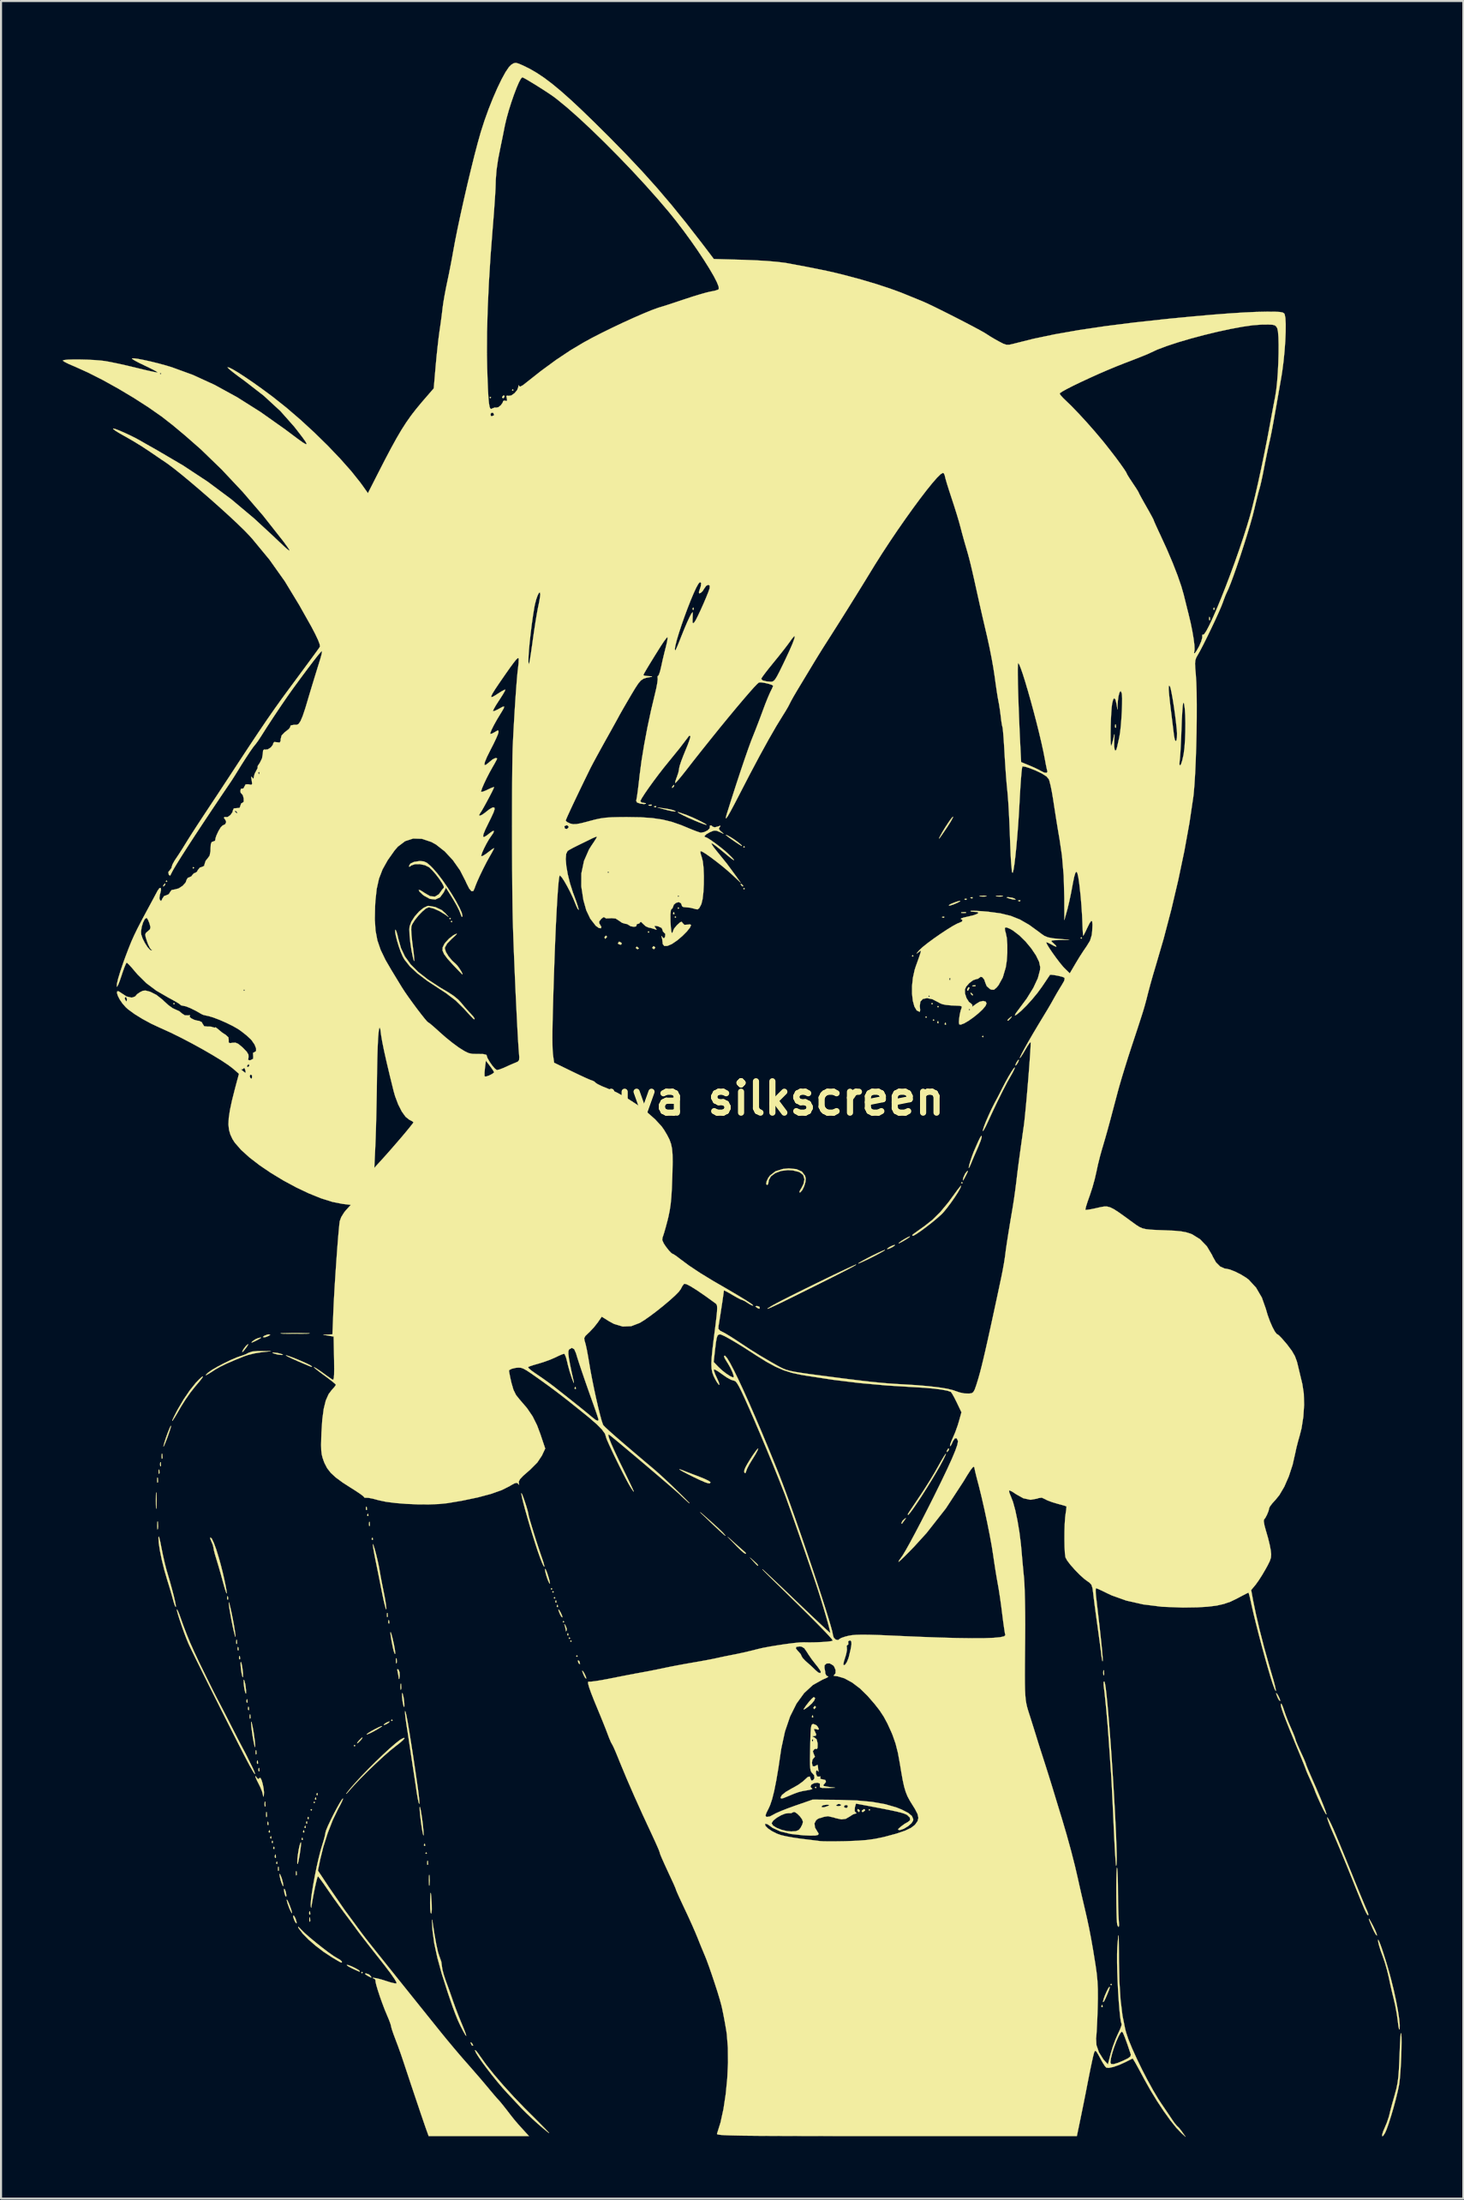
<source format=kicad_pcb>
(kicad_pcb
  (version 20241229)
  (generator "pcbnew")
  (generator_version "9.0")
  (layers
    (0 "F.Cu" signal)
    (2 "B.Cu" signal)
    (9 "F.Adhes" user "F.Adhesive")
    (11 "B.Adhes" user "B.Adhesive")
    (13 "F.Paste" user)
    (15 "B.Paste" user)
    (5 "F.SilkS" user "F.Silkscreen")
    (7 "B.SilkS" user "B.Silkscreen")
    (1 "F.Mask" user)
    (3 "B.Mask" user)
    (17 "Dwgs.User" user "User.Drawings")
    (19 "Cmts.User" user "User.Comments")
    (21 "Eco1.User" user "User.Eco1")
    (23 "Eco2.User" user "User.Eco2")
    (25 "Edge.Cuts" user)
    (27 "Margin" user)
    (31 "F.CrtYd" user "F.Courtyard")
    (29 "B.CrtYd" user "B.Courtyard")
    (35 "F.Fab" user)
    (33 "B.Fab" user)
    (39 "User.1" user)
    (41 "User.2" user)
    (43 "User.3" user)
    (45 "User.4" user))
  (footprint "kaguya silkscreen"
    (layer "F.Cu")
    (at 32.589 50.345)
    (property "Reference" "kaguya silkscreen" (at 0 0 0) (layer "F.SilkS") (effects (font (size 1.524 1.524) (thickness 0.3))))
    (attr through_hole)
    (fp_poly (pts (xy -27.505 -10.559) (xy -27.541 -10.523) (xy -27.577 -10.559) (xy -27.541 -10.595) (xy -27.505 -10.559)) (stroke (width 0.01) (type solid)) (fill yes) (layer "F.SilkS"))
    (fp_poly (pts (xy -27.142 -4.608) (xy -27.178 -4.572) (xy -27.214 -4.608) (xy -27.178 -4.645) (xy -27.142 -4.608)) (stroke (width 0.01) (type solid)) (fill yes) (layer "F.SilkS"))
    (fp_poly (pts (xy -26.198 -11.212) (xy -26.235 -11.176) (xy -26.271 -11.212) (xy -26.235 -11.249) (xy -26.198 -11.212)) (stroke (width 0.01) (type solid)) (fill yes) (layer "F.SilkS"))
    (fp_poly (pts (xy -20.465 34.58) (xy -20.501 34.617) (xy -20.538 34.58) (xy -20.501 34.544) (xy -20.465 34.58)) (stroke (width 0.01) (type solid)) (fill yes) (layer "F.SilkS"))
    (fp_poly (pts (xy -20.32 34.217) (xy -20.356 34.254) (xy -20.393 34.217) (xy -20.356 34.181) (xy -20.32 34.217)) (stroke (width 0.01) (type solid)) (fill yes) (layer "F.SilkS"))
    (fp_poly (pts (xy -18.361 31.46) (xy -18.397 31.496) (xy -18.433 31.46) (xy -18.397 31.423) (xy -18.361 31.46)) (stroke (width 0.01) (type solid)) (fill yes) (layer "F.SilkS"))
    (fp_poly (pts (xy -17.998 42.491) (xy -18.034 42.527) (xy -18.07 42.491) (xy -18.034 42.454) (xy -17.998 42.491)) (stroke (width 0.01) (type solid)) (fill yes) (layer "F.SilkS"))
    (fp_poly (pts (xy -16.546 30.226) (xy -16.583 30.262) (xy -16.619 30.226) (xy -16.583 30.19) (xy -16.546 30.226)) (stroke (width 0.01) (type solid)) (fill yes) (layer "F.SilkS"))
    (fp_poly (pts (xy -14.877 36.685) (xy -14.913 36.721) (xy -14.95 36.685) (xy -14.913 36.649) (xy -14.877 36.685)) (stroke (width 0.01) (type solid)) (fill yes) (layer "F.SilkS"))
    (fp_poly (pts (xy -13.716 -8.745) (xy -13.752 -8.709) (xy -13.789 -8.745) (xy -13.752 -8.781) (xy -13.716 -8.745)) (stroke (width 0.01) (type solid)) (fill yes) (layer "F.SilkS"))
    (fp_poly (pts (xy -13.643 -8.6) (xy -13.68 -8.563) (xy -13.716 -8.6) (xy -13.68 -8.636) (xy -13.643 -8.6)) (stroke (width 0.01) (type solid)) (fill yes) (layer "F.SilkS"))
    (fp_poly (pts (xy -11.757 -34.072) (xy -11.793 -34.036) (xy -11.829 -34.072) (xy -11.793 -34.109) (xy -11.757 -34.072)) (stroke (width 0.01) (type solid)) (fill yes) (layer "F.SilkS"))
    (fp_poly (pts (xy -10.668 -34.435) (xy -10.704 -34.399) (xy -10.741 -34.435) (xy -10.704 -34.471) (xy -10.668 -34.435)) (stroke (width 0.01) (type solid)) (fill yes) (layer "F.SilkS"))
    (fp_poly (pts (xy -8.781 23.84) (xy -8.817 23.876) (xy -8.854 23.84) (xy -8.817 23.803) (xy -8.781 23.84)) (stroke (width 0.01) (type solid)) (fill yes) (layer "F.SilkS"))
    (fp_poly (pts (xy -8.709 23.985) (xy -8.745 24.021) (xy -8.781 23.985) (xy -8.745 23.949) (xy -8.709 23.985)) (stroke (width 0.01) (type solid)) (fill yes) (layer "F.SilkS"))
    (fp_poly (pts (xy -8.636 24.275) (xy -8.672 24.311) (xy -8.709 24.275) (xy -8.672 24.239) (xy -8.636 24.275)) (stroke (width 0.01) (type solid)) (fill yes) (layer "F.SilkS"))
    (fp_poly (pts (xy -8.201 25.436) (xy -8.237 25.473) (xy -8.273 25.436) (xy -8.237 25.4) (xy -8.201 25.436)) (stroke (width 0.01) (type solid)) (fill yes) (layer "F.SilkS"))
    (fp_poly (pts (xy -7.91 26.235) (xy -7.947 26.271) (xy -7.983 26.235) (xy -7.947 26.198) (xy -7.91 26.235)) (stroke (width 0.01) (type solid)) (fill yes) (layer "F.SilkS"))
    (fp_poly (pts (xy -7.838 26.38) (xy -7.874 26.416) (xy -7.91 26.38) (xy -7.874 26.343) (xy -7.838 26.38)) (stroke (width 0.01) (type solid)) (fill yes) (layer "F.SilkS"))
    (fp_poly (pts (xy -7.547 27.105) (xy -7.584 27.142) (xy -7.62 27.105) (xy -7.584 27.069) (xy -7.547 27.105)) (stroke (width 0.01) (type solid)) (fill yes) (layer "F.SilkS"))
    (fp_poly (pts (xy -4.064 -8.092) (xy -4.1 -8.055) (xy -4.137 -8.092) (xy -4.1 -8.128) (xy -4.064 -8.092)) (stroke (width 0.01) (type solid)) (fill yes) (layer "F.SilkS"))
    (fp_poly (pts (xy -2.758 -8.817) (xy -2.794 -8.781) (xy -2.83 -8.817) (xy -2.794 -8.854) (xy -2.758 -8.817)) (stroke (width 0.01) (type solid)) (fill yes) (layer "F.SilkS"))
    (fp_poly (pts (xy -2.613 -9.253) (xy -2.649 -9.217) (xy -2.685 -9.253) (xy -2.649 -9.289) (xy -2.613 -9.253)) (stroke (width 0.01) (type solid)) (fill yes) (layer "F.SilkS"))
    (fp_poly (pts (xy 0.581 -12.228) (xy 0.544 -12.192) (xy 0.508 -12.228) (xy 0.544 -12.265) (xy 0.581 -12.228)) (stroke (width 0.01) (type solid)) (fill yes) (layer "F.SilkS"))
    (fp_poly (pts (xy 0.581 -10.196) (xy 0.544 -10.16) (xy 0.508 -10.196) (xy 0.544 -10.233) (xy 0.581 -10.196)) (stroke (width 0.01) (type solid)) (fill yes) (layer "F.SilkS"))
    (fp_poly (pts (xy 4.064 33.492) (xy 4.028 33.528) (xy 3.991 33.492) (xy 4.028 33.455) (xy 4.064 33.492)) (stroke (width 0.01) (type solid)) (fill yes) (layer "F.SilkS"))
    (fp_poly (pts (xy 6.677 34.58) (xy 6.64 34.617) (xy 6.604 34.58) (xy 6.64 34.544) (xy 6.677 34.58)) (stroke (width 0.01) (type solid)) (fill yes) (layer "F.SilkS"))
    (fp_poly (pts (xy 8.781 -6.931) (xy 8.745 -6.894) (xy 8.709 -6.931) (xy 8.745 -6.967) (xy 8.781 -6.931)) (stroke (width 0.01) (type solid)) (fill yes) (layer "F.SilkS"))
    (fp_poly (pts (xy 9.434 -3.955) (xy 9.398 -3.919) (xy 9.362 -3.955) (xy 9.398 -3.991) (xy 9.434 -3.955)) (stroke (width 0.01) (type solid)) (fill yes) (layer "F.SilkS"))
    (fp_poly (pts (xy 9.725 -4.608) (xy 9.688 -4.572) (xy 9.652 -4.608) (xy 9.688 -4.645) (xy 9.725 -4.608)) (stroke (width 0.01) (type solid)) (fill yes) (layer "F.SilkS"))
    (fp_poly (pts (xy 9.797 -3.81) (xy 9.761 -3.774) (xy 9.725 -3.81) (xy 9.761 -3.846) (xy 9.797 -3.81)) (stroke (width 0.01) (type solid)) (fill yes) (layer "F.SilkS"))
    (fp_poly (pts (xy 10.015 -4.463) (xy 9.979 -4.427) (xy 9.942 -4.463) (xy 9.979 -4.499) (xy 10.015 -4.463)) (stroke (width 0.01) (type solid)) (fill yes) (layer "F.SilkS"))
    (fp_poly (pts (xy 11.176 4.1) (xy 11.14 4.137) (xy 11.103 4.1) (xy 11.14 4.064) (xy 11.176 4.1)) (stroke (width 0.01) (type solid)) (fill yes) (layer "F.SilkS"))
    (fp_poly (pts (xy 12.192 -3.012) (xy 12.156 -2.975) (xy 12.119 -3.012) (xy 12.156 -3.048) (xy 12.192 -3.012)) (stroke (width 0.01) (type solid)) (fill yes) (layer "F.SilkS"))
    (fp_poly (pts (xy 16.982 -7.801) (xy 16.945 -7.765) (xy 16.909 -7.801) (xy 16.945 -7.838) (xy 16.982 -7.801)) (stroke (width 0.01) (type solid)) (fill yes) (layer "F.SilkS"))
    (fp_poly (pts (xy 18.433 43.071) (xy 18.397 43.107) (xy 18.361 43.071) (xy 18.397 43.035) (xy 18.433 43.071)) (stroke (width 0.01) (type solid)) (fill yes) (layer "F.SilkS"))
    (fp_poly (pts (xy -27.892 18.052) (xy -27.882 18.201) (xy -27.892 18.234) (xy -27.918 18.243) (xy -27.929 18.143) (xy -27.917 18.04) (xy -27.892 18.052)) (stroke (width 0.01) (type solid)) (fill yes) (layer "F.SilkS"))
    (fp_poly (pts (xy -27.819 17.689) (xy -27.81 17.838) (xy -27.819 17.871) (xy -27.846 17.88) (xy -27.856 17.78) (xy -27.845 17.677) (xy -27.819 17.689)) (stroke (width 0.01) (type solid)) (fill yes) (layer "F.SilkS"))
    (fp_poly (pts (xy -24.552 24.225) (xy -24.543 24.339) (xy -24.558 24.364) (xy -24.591 24.343) (xy -24.596 24.269) (xy -24.578 24.192) (xy -24.552 24.225)) (stroke (width 0.01) (type solid)) (fill yes) (layer "F.SilkS"))
    (fp_poly (pts (xy -24.118 26.325) (xy -24.109 26.474) (xy -24.118 26.507) (xy -24.145 26.516) (xy -24.155 26.416) (xy -24.143 26.313) (xy -24.118 26.325)) (stroke (width 0.01) (type solid)) (fill yes) (layer "F.SilkS"))
    (fp_poly (pts (xy -24.044 26.693) (xy -24.035 26.806) (xy -24.05 26.832) (xy -24.083 26.81) (xy -24.088 26.737) (xy -24.07 26.659) (xy -24.044 26.693)) (stroke (width 0.01) (type solid)) (fill yes) (layer "F.SilkS"))
    (fp_poly (pts (xy -23.972 27.128) (xy -23.963 27.242) (xy -23.977 27.267) (xy -24.01 27.246) (xy -24.015 27.172) (xy -23.998 27.095) (xy -23.972 27.128)) (stroke (width 0.01) (type solid)) (fill yes) (layer "F.SilkS"))
    (fp_poly (pts (xy -23.609 29.233) (xy -23.6 29.346) (xy -23.614 29.372) (xy -23.647 29.35) (xy -23.653 29.277) (xy -23.635 29.199) (xy -23.609 29.233)) (stroke (width 0.01) (type solid)) (fill yes) (layer "F.SilkS"))
    (fp_poly (pts (xy -23.536 29.596) (xy -23.527 29.709) (xy -23.542 29.735) (xy -23.575 29.713) (xy -23.58 29.639) (xy -23.562 29.562) (xy -23.536 29.596)) (stroke (width 0.01) (type solid)) (fill yes) (layer "F.SilkS"))
    (fp_poly (pts (xy -23.465 29.954) (xy -23.455 30.102) (xy -23.465 30.135) (xy -23.492 30.144) (xy -23.502 30.045) (xy -23.49 29.942) (xy -23.465 29.954)) (stroke (width 0.01) (type solid)) (fill yes) (layer "F.SilkS"))
    (fp_poly (pts (xy -23.175 31.696) (xy -23.165 31.844) (xy -23.175 31.877) (xy -23.201 31.886) (xy -23.211 31.786) (xy -23.2 31.683) (xy -23.175 31.696)) (stroke (width 0.01) (type solid)) (fill yes) (layer "F.SilkS"))
    (fp_poly (pts (xy -23.101 32.208) (xy -23.092 32.322) (xy -23.106 32.347) (xy -23.139 32.326) (xy -23.145 32.252) (xy -23.127 32.175) (xy -23.101 32.208)) (stroke (width 0.01) (type solid)) (fill yes) (layer "F.SilkS"))
    (fp_poly (pts (xy -23.028 32.571) (xy -23.019 32.684) (xy -23.034 32.71) (xy -23.067 32.688) (xy -23.072 32.615) (xy -23.054 32.537) (xy -23.028 32.571)) (stroke (width 0.01) (type solid)) (fill yes) (layer "F.SilkS"))
    (fp_poly (pts (xy -22.593 35.184) (xy -22.584 35.297) (xy -22.598 35.323) (xy -22.631 35.301) (xy -22.637 35.227) (xy -22.619 35.15) (xy -22.593 35.184)) (stroke (width 0.01) (type solid)) (fill yes) (layer "F.SilkS"))
    (fp_poly (pts (xy -22.521 35.584) (xy -22.513 35.67) (xy -22.521 35.681) (xy -22.564 35.671) (xy -22.57 35.633) (xy -22.543 35.573) (xy -22.521 35.584)) (stroke (width 0.01) (type solid)) (fill yes) (layer "F.SilkS"))
    (fp_poly (pts (xy -22.449 35.874) (xy -22.44 35.961) (xy -22.449 35.971) (xy -22.492 35.961) (xy -22.497 35.923) (xy -22.471 35.863) (xy -22.449 35.874)) (stroke (width 0.01) (type solid)) (fill yes) (layer "F.SilkS"))
    (fp_poly (pts (xy -22.376 36.092) (xy -22.368 36.178) (xy -22.376 36.189) (xy -22.419 36.179) (xy -22.425 36.141) (xy -22.398 36.081) (xy -22.376 36.092)) (stroke (width 0.01) (type solid)) (fill yes) (layer "F.SilkS"))
    (fp_poly (pts (xy -22.304 36.382) (xy -22.295 36.469) (xy -22.304 36.479) (xy -22.347 36.469) (xy -22.352 36.431) (xy -22.325 36.371) (xy -22.304 36.382)) (stroke (width 0.01) (type solid)) (fill yes) (layer "F.SilkS"))
    (fp_poly (pts (xy -22.23 36.78) (xy -22.221 36.894) (xy -22.236 36.919) (xy -22.269 36.898) (xy -22.274 36.824) (xy -22.256 36.747) (xy -22.23 36.78)) (stroke (width 0.01) (type solid)) (fill yes) (layer "F.SilkS"))
    (fp_poly (pts (xy -22.158 37.108) (xy -22.15 37.194) (xy -22.158 37.205) (xy -22.202 37.195) (xy -22.207 37.157) (xy -22.18 37.097) (xy -22.158 37.108)) (stroke (width 0.01) (type solid)) (fill yes) (layer "F.SilkS"))
    (fp_poly (pts (xy -22.086 37.356) (xy -22.077 37.505) (xy -22.086 37.538) (xy -22.113 37.547) (xy -22.123 37.447) (xy -22.111 37.344) (xy -22.086 37.356)) (stroke (width 0.01) (type solid)) (fill yes) (layer "F.SilkS"))
    (fp_poly (pts (xy -21.215 37.574) (xy -21.206 37.722) (xy -21.215 37.755) (xy -21.242 37.764) (xy -21.252 37.665) (xy -21.241 37.562) (xy -21.215 37.574)) (stroke (width 0.01) (type solid)) (fill yes) (layer "F.SilkS"))
    (fp_poly (pts (xy -20.925 35.947) (xy -20.916 36.033) (xy -20.925 36.044) (xy -20.968 36.034) (xy -20.973 35.995) (xy -20.947 35.936) (xy -20.925 35.947)) (stroke (width 0.01) (type solid)) (fill yes) (layer "F.SilkS"))
    (fp_poly (pts (xy -20.852 35.584) (xy -20.844 35.67) (xy -20.852 35.681) (xy -20.895 35.671) (xy -20.901 35.633) (xy -20.874 35.573) (xy -20.852 35.584)) (stroke (width 0.01) (type solid)) (fill yes) (layer "F.SilkS"))
    (fp_poly (pts (xy -20.78 35.366) (xy -20.771 35.453) (xy -20.78 35.463) (xy -20.823 35.453) (xy -20.828 35.415) (xy -20.801 35.355) (xy -20.78 35.366)) (stroke (width 0.01) (type solid)) (fill yes) (layer "F.SilkS"))
    (fp_poly (pts (xy -20.707 35.149) (xy -20.698 35.235) (xy -20.707 35.246) (xy -20.75 35.236) (xy -20.755 35.197) (xy -20.729 35.137) (xy -20.707 35.149)) (stroke (width 0.01) (type solid)) (fill yes) (layer "F.SilkS"))
    (fp_poly (pts (xy -20.634 34.931) (xy -20.626 35.017) (xy -20.634 35.028) (xy -20.678 35.018) (xy -20.683 34.979) (xy -20.656 34.92) (xy -20.634 34.931)) (stroke (width 0.01) (type solid)) (fill yes) (layer "F.SilkS"))
    (fp_poly (pts (xy -20.562 39.824) (xy -20.553 39.972) (xy -20.562 40.005) (xy -20.589 40.014) (xy -20.599 39.914) (xy -20.587 39.811) (xy -20.562 39.824)) (stroke (width 0.01) (type solid)) (fill yes) (layer "F.SilkS"))
    (fp_poly (pts (xy -20.561 39.538) (xy -20.552 39.651) (xy -20.566 39.677) (xy -20.599 39.655) (xy -20.605 39.582) (xy -20.587 39.504) (xy -20.561 39.538)) (stroke (width 0.01) (type solid)) (fill yes) (layer "F.SilkS"))
    (fp_poly (pts (xy -20.272 33.988) (xy -20.263 34.074) (xy -20.272 34.084) (xy -20.315 34.074) (xy -20.32 34.036) (xy -20.293 33.976) (xy -20.272 33.988)) (stroke (width 0.01) (type solid)) (fill yes) (layer "F.SilkS"))
    (fp_poly (pts (xy -20.199 33.77) (xy -20.19 33.856) (xy -20.199 33.867) (xy -20.242 33.857) (xy -20.247 33.818) (xy -20.221 33.759) (xy -20.199 33.77)) (stroke (width 0.01) (type solid)) (fill yes) (layer "F.SilkS"))
    (fp_poly (pts (xy -17.803 19.871) (xy -17.794 19.984) (xy -17.809 20.01) (xy -17.842 19.988) (xy -17.847 19.915) (xy -17.829 19.837) (xy -17.803 19.871)) (stroke (width 0.01) (type solid)) (fill yes) (layer "F.SilkS"))
    (fp_poly (pts (xy -17.732 20.199) (xy -17.723 20.285) (xy -17.732 20.296) (xy -17.775 20.286) (xy -17.78 20.247) (xy -17.753 20.188) (xy -17.732 20.199)) (stroke (width 0.01) (type solid)) (fill yes) (layer "F.SilkS"))
    (fp_poly (pts (xy -17.659 20.592) (xy -17.65 20.741) (xy -17.659 20.774) (xy -17.686 20.783) (xy -17.696 20.683) (xy -17.685 20.58) (xy -17.659 20.592)) (stroke (width 0.01) (type solid)) (fill yes) (layer "F.SilkS"))
    (fp_poly (pts (xy -17.514 21.36) (xy -17.505 21.446) (xy -17.514 21.457) (xy -17.557 21.447) (xy -17.562 21.409) (xy -17.536 21.349) (xy -17.514 21.36)) (stroke (width 0.01) (type solid)) (fill yes) (layer "F.SilkS"))
    (fp_poly (pts (xy -16.789 25.019) (xy -16.779 25.168) (xy -16.789 25.2) (xy -16.815 25.21) (xy -16.825 25.11) (xy -16.814 25.007) (xy -16.789 25.019)) (stroke (width 0.01) (type solid)) (fill yes) (layer "F.SilkS"))
    (fp_poly (pts (xy -16.714 25.386) (xy -16.706 25.5) (xy -16.72 25.525) (xy -16.753 25.504) (xy -16.758 25.43) (xy -16.741 25.353) (xy -16.714 25.386)) (stroke (width 0.01) (type solid)) (fill yes) (layer "F.SilkS"))
    (fp_poly (pts (xy -14.974 36.237) (xy -14.965 36.323) (xy -14.974 36.334) (xy -15.017 36.324) (xy -15.022 36.286) (xy -14.996 36.226) (xy -14.974 36.237)) (stroke (width 0.01) (type solid)) (fill yes) (layer "F.SilkS"))
    (fp_poly (pts (xy -14.829 37.066) (xy -14.819 37.214) (xy -14.829 37.247) (xy -14.856 37.256) (xy -14.866 37.157) (xy -14.854 37.054) (xy -14.829 37.066)) (stroke (width 0.01) (type solid)) (fill yes) (layer "F.SilkS"))
    (fp_poly (pts (xy -8.588 24.408) (xy -8.579 24.494) (xy -8.588 24.505) (xy -8.631 24.495) (xy -8.636 24.457) (xy -8.609 24.397) (xy -8.588 24.408)) (stroke (width 0.01) (type solid)) (fill yes) (layer "F.SilkS"))
    (fp_poly (pts (xy -8.515 24.626) (xy -8.506 24.712) (xy -8.515 24.723) (xy -8.558 24.713) (xy -8.563 24.674) (xy -8.537 24.615) (xy -8.515 24.626)) (stroke (width 0.01) (type solid)) (fill yes) (layer "F.SilkS"))
    (fp_poly (pts (xy -8.007 26.005) (xy -7.998 26.091) (xy -8.007 26.102) (xy -8.05 26.092) (xy -8.055 26.053) (xy -8.029 25.993) (xy -8.007 26.005)) (stroke (width 0.01) (type solid)) (fill yes) (layer "F.SilkS"))
    (fp_poly (pts (xy -7.644 14.03) (xy -7.636 14.117) (xy -7.644 14.127) (xy -7.687 14.117) (xy -7.693 14.079) (xy -7.666 14.019) (xy -7.644 14.03)) (stroke (width 0.01) (type solid)) (fill yes) (layer "F.SilkS"))
    (fp_poly (pts (xy -3.939 -14.268) (xy -3.96 -14.235) (xy -4.034 -14.23) (xy -4.111 -14.247) (xy -4.078 -14.274) (xy -3.964 -14.282) (xy -3.939 -14.268)) (stroke (width 0.01) (type solid)) (fill yes) (layer "F.SilkS"))
    (fp_poly (pts (xy -3.725 -14.2) (xy -3.735 -14.157) (xy -3.774 -14.151) (xy -3.833 -14.178) (xy -3.822 -14.2) (xy -3.736 -14.208) (xy -3.725 -14.2)) (stroke (width 0.01) (type solid)) (fill yes) (layer "F.SilkS"))
    (fp_poly (pts (xy -2.854 -9.047) (xy -2.846 -8.961) (xy -2.854 -8.95) (xy -2.898 -8.96) (xy -2.903 -8.999) (xy -2.876 -9.059) (xy -2.854 -9.047)) (stroke (width 0.01) (type solid)) (fill yes) (layer "F.SilkS"))
    (fp_poly (pts (xy -1.911 -23.852) (xy -1.902 -23.766) (xy -1.911 -23.755) (xy -1.954 -23.765) (xy -1.959 -23.803) (xy -1.933 -23.863) (xy -1.911 -23.852)) (stroke (width 0.01) (type solid)) (fill yes) (layer "F.SilkS"))
    (fp_poly (pts (xy 3.895 29.996) (xy 3.903 30.082) (xy 3.895 30.093) (xy 3.852 30.083) (xy 3.846 30.045) (xy 3.873 29.985) (xy 3.895 29.996)) (stroke (width 0.01) (type solid)) (fill yes) (layer "F.SilkS"))
    (fp_poly (pts (xy 9.991 -3.75) (xy 9.999 -3.663) (xy 9.991 -3.653) (xy 9.948 -3.663) (xy 9.942 -3.701) (xy 9.969 -3.761) (xy 9.991 -3.75)) (stroke (width 0.01) (type solid)) (fill yes) (layer "F.SilkS"))
    (fp_poly (pts (xy 10.281 -8.83) (xy 10.271 -8.786) (xy 10.233 -8.781) (xy 10.173 -8.808) (xy 10.184 -8.83) (xy 10.27 -8.838) (xy 10.281 -8.83)) (stroke (width 0.01) (type solid)) (fill yes) (layer "F.SilkS"))
    (fp_poly (pts (xy 10.354 -3.677) (xy 10.362 -3.591) (xy 10.354 -3.58) (xy 10.31 -3.59) (xy 10.305 -3.629) (xy 10.332 -3.688) (xy 10.354 -3.677)) (stroke (width 0.01) (type solid)) (fill yes) (layer "F.SilkS"))
    (fp_poly (pts (xy 11.37 -9.7) (xy 11.36 -9.657) (xy 11.321 -9.652) (xy 11.261 -9.679) (xy 11.273 -9.7) (xy 11.359 -9.709) (xy 11.37 -9.7)) (stroke (width 0.01) (type solid)) (fill yes) (layer "F.SilkS"))
    (fp_poly (pts (xy 11.66 -9.773) (xy 11.65 -9.73) (xy 11.611 -9.725) (xy 11.552 -9.751) (xy 11.563 -9.773) (xy 11.649 -9.782) (xy 11.66 -9.773)) (stroke (width 0.01) (type solid)) (fill yes) (layer "F.SilkS"))
    (fp_poly (pts (xy 11.809 -5.487) (xy 11.788 -5.454) (xy 11.714 -5.449) (xy 11.637 -5.466) (xy 11.67 -5.492) (xy 11.784 -5.501) (xy 11.809 -5.487)) (stroke (width 0.01) (type solid)) (fill yes) (layer "F.SilkS"))
    (fp_poly (pts (xy 13.982 -9.628) (xy 13.972 -9.585) (xy 13.934 -9.579) (xy 13.874 -9.606) (xy 13.885 -9.628) (xy 13.971 -9.636) (xy 13.982 -9.628)) (stroke (width 0.01) (type solid)) (fill yes) (layer "F.SilkS"))
    (fp_poly (pts (xy 17.974 44.075) (xy 17.982 44.161) (xy 17.974 44.172) (xy 17.93 44.162) (xy 17.925 44.123) (xy 17.952 44.064) (xy 17.974 44.075)) (stroke (width 0.01) (type solid)) (fill yes) (layer "F.SilkS"))
    (fp_poly (pts (xy 18.628 -18.156) (xy 18.637 -18.043) (xy 18.622 -18.017) (xy 18.589 -18.039) (xy 18.584 -18.113) (xy 18.602 -18.19) (xy 18.628 -18.156)) (stroke (width 0.01) (type solid)) (fill yes) (layer "F.SilkS"))
    (fp_poly (pts (xy 23.2 -23.382) (xy 23.209 -23.268) (xy 23.194 -23.243) (xy 23.161 -23.264) (xy 23.156 -23.338) (xy 23.174 -23.415) (xy 23.2 -23.382)) (stroke (width 0.01) (type solid)) (fill yes) (layer "F.SilkS"))
    (fp_poly (pts (xy 23.416 -23.852) (xy 23.425 -23.766) (xy 23.416 -23.755) (xy 23.373 -23.765) (xy 23.368 -23.803) (xy 23.395 -23.863) (xy 23.416 -23.852)) (stroke (width 0.01) (type solid)) (fill yes) (layer "F.SilkS"))
    (fp_poly (pts (xy -12.701 45.909) (xy -12.691 45.918) (xy -12.634 46.014) (xy -12.641 46.048) (xy -12.695 46.027) (xy -12.732 45.959) (xy -12.754 45.874) (xy -12.701 45.909)) (stroke (width 0.01) (type solid)) (fill yes) (layer "F.SilkS"))
    (fp_poly (pts (xy -7.477 27.34) (xy -7.45 27.393) (xy -7.431 27.495) (xy -7.48 27.475) (xy -7.514 27.427) (xy -7.536 27.332) (xy -7.527 27.315) (xy -7.477 27.34)) (stroke (width 0.01) (type solid)) (fill yes) (layer "F.SilkS"))
    (fp_poly (pts (xy 0.424 -10.421) (xy 0.502 -10.348) (xy 0.486 -10.306) (xy 0.476 -10.305) (xy 0.415 -10.357) (xy 0.392 -10.389) (xy 0.384 -10.439) (xy 0.424 -10.421)) (stroke (width 0.01) (type solid)) (fill yes) (layer "F.SilkS"))
    (fp_poly (pts (xy 10.501 17.093) (xy 10.459 17.146) (xy 10.398 17.192) (xy 10.413 17.119) (xy 10.419 17.106) (xy 10.476 17.017) (xy 10.509 17.016) (xy 10.501 17.093)) (stroke (width 0.01) (type solid)) (fill yes) (layer "F.SilkS"))
    (fp_poly (pts (xy 11.507 -5.394) (xy 11.494 -5.338) (xy 11.435 -5.236) (xy 11.398 -5.253) (xy 11.394 -5.293) (xy 11.446 -5.392) (xy 11.465 -5.406) (xy 11.507 -5.394)) (stroke (width 0.01) (type solid)) (fill yes) (layer "F.SilkS"))
    (fp_poly (pts (xy 11.6 -5.123) (xy 11.678 -5.05) (xy 11.662 -5.008) (xy 11.652 -5.007) (xy 11.591 -5.059) (xy 11.568 -5.091) (xy 11.56 -5.141) (xy 11.6 -5.123)) (stroke (width 0.01) (type solid)) (fill yes) (layer "F.SilkS"))
    (fp_poly (pts (xy -27.966 18.44) (xy -27.962 18.453) (xy -27.952 18.611) (xy -27.965 18.67) (xy -27.989 18.673) (xy -27.999 18.559) (xy -27.998 18.542) (xy -27.988 18.429) (xy -27.966 18.44)) (stroke (width 0.01) (type solid)) (fill yes) (layer "F.SilkS"))
    (fp_poly (pts (xy -27.961 20.592) (xy -27.949 20.804) (xy -27.961 20.919) (xy -27.979 20.953) (xy -27.991 20.862) (xy -27.993 20.755) (xy -27.987 20.598) (xy -27.973 20.555) (xy -27.961 20.592)) (stroke (width 0.01) (type solid)) (fill yes) (layer "F.SilkS"))
    (fp_poly (pts (xy -27.748 17.279) (xy -27.745 17.292) (xy -27.734 17.45) (xy -27.747 17.509) (xy -27.771 17.512) (xy -27.781 17.398) (xy -27.781 17.381) (xy -27.77 17.268) (xy -27.748 17.279)) (stroke (width 0.01) (type solid)) (fill yes) (layer "F.SilkS"))
    (fp_poly (pts (xy -27.6 -10.403) (xy -27.613 -10.378) (xy -27.682 -10.308) (xy -27.695 -10.305) (xy -27.7 -10.352) (xy -27.686 -10.378) (xy -27.618 -10.447) (xy -27.605 -10.45) (xy -27.6 -10.403)) (stroke (width 0.01) (type solid)) (fill yes) (layer "F.SilkS"))
    (fp_poly (pts (xy -22.741 34.188) (xy -22.737 34.201) (xy -22.727 34.359) (xy -22.74 34.418) (xy -22.764 34.421) (xy -22.773 34.307) (xy -22.773 34.29) (xy -22.763 34.177) (xy -22.741 34.188)) (stroke (width 0.01) (type solid)) (fill yes) (layer "F.SilkS"))
    (fp_poly (pts (xy -22.668 34.696) (xy -22.665 34.709) (xy -22.654 34.867) (xy -22.667 34.926) (xy -22.691 34.929) (xy -22.701 34.815) (xy -22.701 34.798) (xy -22.69 34.685) (xy -22.668 34.696)) (stroke (width 0.01) (type solid)) (fill yes) (layer "F.SilkS"))
    (fp_poly (pts (xy -21.783 38.452) (xy -21.74 38.577) (xy -21.715 38.729) (xy -21.723 38.801) (xy -21.76 38.764) (xy -21.803 38.639) (xy -21.828 38.487) (xy -21.82 38.415) (xy -21.783 38.452)) (stroke (width 0.01) (type solid)) (fill yes) (layer "F.SilkS"))
    (fp_poly (pts (xy -18.026 31.106) (xy -18.107 31.206) (xy -18.216 31.313) (xy -18.274 31.351) (xy -18.259 31.306) (xy -18.179 31.206) (xy -18.07 31.098) (xy -18.012 31.061) (xy -18.026 31.106)) (stroke (width 0.01) (type solid)) (fill yes) (layer "F.SilkS"))
    (fp_poly (pts (xy -16.691 30.293) (xy -16.747 30.352) (xy -16.837 30.407) (xy -16.949 30.454) (xy -16.982 30.449) (xy -16.926 30.391) (xy -16.837 30.335) (xy -16.724 30.288) (xy -16.691 30.293)) (stroke (width 0.01) (type solid)) (fill yes) (layer "F.SilkS"))
    (fp_poly (pts (xy -16.354 27.221) (xy -16.351 27.234) (xy -16.34 27.392) (xy -16.354 27.452) (xy -16.377 27.454) (xy -16.387 27.34) (xy -16.387 27.323) (xy -16.377 27.211) (xy -16.354 27.221)) (stroke (width 0.01) (type solid)) (fill yes) (layer "F.SilkS"))
    (fp_poly (pts (xy -16.133 28.466) (xy -16.122 28.65) (xy -16.133 28.72) (xy -16.154 28.743) (xy -16.166 28.642) (xy -16.167 28.593) (xy -16.159 28.461) (xy -16.14 28.446) (xy -16.133 28.466)) (stroke (width 0.01) (type solid)) (fill yes) (layer "F.SilkS"))
    (fp_poly (pts (xy -11.104 -34.125) (xy -11.103 -34.109) (xy -11.159 -34.039) (xy -11.18 -34.036) (xy -11.224 -34.08) (xy -11.212 -34.109) (xy -11.147 -34.178) (xy -11.135 -34.181) (xy -11.104 -34.125)) (stroke (width 0.01) (type solid)) (fill yes) (layer "F.SilkS"))
    (fp_poly (pts (xy -6.121 -7.866) (xy -6.132 -7.838) (xy -6.197 -7.768) (xy -6.209 -7.765) (xy -6.24 -7.821) (xy -6.241 -7.838) (xy -6.185 -7.907) (xy -6.164 -7.91) (xy -6.121 -7.866)) (stroke (width 0.01) (type solid)) (fill yes) (layer "F.SilkS"))
    (fp_poly (pts (xy -5.421 -7.567) (xy -5.407 -7.547) (xy -5.423 -7.485) (xy -5.475 -7.475) (xy -5.574 -7.513) (xy -5.588 -7.547) (xy -5.536 -7.618) (xy -5.52 -7.62) (xy -5.421 -7.567)) (stroke (width 0.01) (type solid)) (fill yes) (layer "F.SilkS"))
    (fp_poly (pts (xy -4.645 -7.366) (xy -4.575 -7.301) (xy -4.572 -7.289) (xy -4.628 -7.258) (xy -4.645 -7.257) (xy -4.714 -7.313) (xy -4.717 -7.334) (xy -4.673 -7.377) (xy -4.645 -7.366)) (stroke (width 0.01) (type solid)) (fill yes) (layer "F.SilkS"))
    (fp_poly (pts (xy -3.776 -7.347) (xy -3.774 -7.33) (xy -3.829 -7.259) (xy -3.846 -7.257) (xy -3.917 -7.312) (xy -3.919 -7.33) (xy -3.864 -7.4) (xy -3.846 -7.402) (xy -3.776 -7.347)) (stroke (width 0.01) (type solid)) (fill yes) (layer "F.SilkS"))
    (fp_poly (pts (xy -2.853 -15.193) (xy -2.867 -15.167) (xy -2.935 -15.098) (xy -2.948 -15.095) (xy -2.953 -15.142) (xy -2.939 -15.167) (xy -2.871 -15.237) (xy -2.858 -15.24) (xy -2.853 -15.193)) (stroke (width 0.01) (type solid)) (fill yes) (layer "F.SilkS"))
    (fp_poly (pts (xy 1.034 22.492) (xy 1.186 22.633) (xy 1.233 22.702) (xy 1.21 22.715) (xy 1.152 22.666) (xy 1.038 22.546) (xy 1.011 22.515) (xy 0.835 22.316) (xy 1.034 22.492)) (stroke (width 0.01) (type solid)) (fill yes) (layer "F.SilkS"))
    (fp_poly (pts (xy 1.287 10.122) (xy 1.306 10.16) (xy 1.295 10.223) (xy 1.232 10.205) (xy 1.161 10.16) (xy 1.094 10.104) (xy 1.163 10.089) (xy 1.179 10.089) (xy 1.287 10.122)) (stroke (width 0.01) (type solid)) (fill yes) (layer "F.SilkS"))
    (fp_poly (pts (xy 4.039 29.581) (xy 4.028 29.609) (xy 3.963 29.678) (xy 3.951 29.682) (xy 3.92 29.626) (xy 3.919 29.609) (xy 3.975 29.539) (xy 3.996 29.537) (xy 4.039 29.581)) (stroke (width 0.01) (type solid)) (fill yes) (layer "F.SilkS"))
    (fp_poly (pts (xy 6.166 34.597) (xy 6.169 34.617) (xy 6.144 34.687) (xy 6.137 34.689) (xy 6.075 34.638) (xy 6.06 34.617) (xy 6.065 34.55) (xy 6.092 34.544) (xy 6.166 34.597)) (stroke (width 0.01) (type solid)) (fill yes) (layer "F.SilkS"))
    (fp_poly (pts (xy 6.434 34.589) (xy 6.423 34.617) (xy 6.326 34.686) (xy 6.305 34.689) (xy 6.266 34.644) (xy 6.277 34.617) (xy 6.374 34.547) (xy 6.395 34.544) (xy 6.434 34.589)) (stroke (width 0.01) (type solid)) (fill yes) (layer "F.SilkS"))
    (fp_poly (pts (xy 11.341 -9.046) (xy 11.343 -9.023) (xy 11.229 -9.013) (xy 11.212 -9.013) (xy 11.1 -9.023) (xy 11.11 -9.046) (xy 11.123 -9.049) (xy 11.281 -9.06) (xy 11.341 -9.046)) (stroke (width 0.01) (type solid)) (fill yes) (layer "F.SilkS"))
    (fp_poly (pts (xy 12.32 -9.847) (xy 12.337 -9.827) (xy 12.233 -9.816) (xy 12.156 -9.815) (xy 12.015 -9.823) (xy 11.994 -9.839) (xy 12.03 -9.848) (xy 12.219 -9.86) (xy 12.32 -9.847)) (stroke (width 0.01) (type solid)) (fill yes) (layer "F.SilkS"))
    (fp_poly (pts (xy 13.118 -9.847) (xy 13.135 -9.827) (xy 13.031 -9.816) (xy 12.954 -9.815) (xy 12.813 -9.823) (xy 12.792 -9.839) (xy 12.828 -9.848) (xy 13.017 -9.86) (xy 13.118 -9.847)) (stroke (width 0.01) (type solid)) (fill yes) (layer "F.SilkS"))
    (fp_poly (pts (xy 13.548 -3.953) (xy 13.508 -3.901) (xy 13.402 -3.788) (xy 13.354 -3.788) (xy 13.353 -3.801) (xy 13.403 -3.862) (xy 13.48 -3.928) (xy 13.566 -3.991) (xy 13.548 -3.953)) (stroke (width 0.01) (type solid)) (fill yes) (layer "F.SilkS"))
    (fp_poly (pts (xy 13.902 -1.834) (xy 13.861 -1.742) (xy 13.786 -1.628) (xy 13.747 -1.597) (xy 13.748 -1.65) (xy 13.789 -1.742) (xy 13.864 -1.856) (xy 13.903 -1.887) (xy 13.902 -1.834)) (stroke (width 0.01) (type solid)) (fill yes) (layer "F.SilkS"))
    (fp_poly (pts (xy 18.044 27.802) (xy 18.048 27.814) (xy 18.059 27.972) (xy 18.045 28.032) (xy 18.021 28.035) (xy 18.012 27.921) (xy 18.012 27.904) (xy 18.022 27.791) (xy 18.044 27.802)) (stroke (width 0.01) (type solid)) (fill yes) (layer "F.SilkS"))
    (fp_poly (pts (xy -23.606 12.027) (xy -23.658 12.101) (xy -23.788 12.268) (xy -23.855 12.332) (xy -23.85 12.286) (xy -23.81 12.204) (xy -23.693 12.046) (xy -23.612 11.968) (xy -23.564 11.946) (xy -23.606 12.027)) (stroke (width 0.01) (type solid)) (fill yes) (layer "F.SilkS"))
    (fp_poly (pts (xy -22.955 11.644) (xy -23.09 11.724) (xy -23.223 11.792) (xy -23.373 11.86) (xy -23.41 11.859) (xy -23.368 11.809) (xy -23.212 11.702) (xy -23.078 11.646) (xy -22.95 11.618) (xy -22.955 11.644)) (stroke (width 0.01) (type solid)) (fill yes) (layer "F.SilkS"))
    (fp_poly (pts (xy -21.329 39.745) (xy -21.265 39.874) (xy -21.263 39.878) (xy -21.213 40.047) (xy -21.222 40.103) (xy -21.279 40.036) (xy -21.327 39.941) (xy -21.378 39.793) (xy -21.377 39.713) (xy -21.329 39.745)) (stroke (width 0.01) (type solid)) (fill yes) (layer "F.SilkS"))
    (fp_poly (pts (xy -17.7 42.579) (xy -17.635 42.636) (xy -17.573 42.721) (xy -17.602 42.729) (xy -17.738 42.66) (xy -17.78 42.636) (xy -17.886 42.56) (xy -17.859 42.53) (xy -17.843 42.529) (xy -17.7 42.579)) (stroke (width 0.01) (type solid)) (fill yes) (layer "F.SilkS"))
    (fp_poly (pts (xy -14.752 37.791) (xy -14.752 37.793) (xy -14.74 38.03) (xy -14.753 38.228) (xy -14.768 38.268) (xy -14.778 38.182) (xy -14.782 37.991) (xy -14.778 37.805) (xy -14.767 37.733) (xy -14.752 37.791)) (stroke (width 0.01) (type solid)) (fill yes) (layer "F.SilkS"))
    (fp_poly (pts (xy -8.432 24.89) (xy -8.373 24.989) (xy -8.305 25.139) (xy -8.29 25.223) (xy -8.292 25.225) (xy -8.339 25.191) (xy -8.406 25.07) (xy -8.475 24.899) (xy -8.482 24.835) (xy -8.432 24.89)) (stroke (width 0.01) (type solid)) (fill yes) (layer "F.SilkS"))
    (fp_poly (pts (xy -8.164 25.583) (xy -8.128 25.639) (xy -8.076 25.782) (xy -8.081 25.856) (xy -8.114 25.903) (xy -8.122 25.86) (xy -8.148 25.72) (xy -8.17 25.642) (xy -8.195 25.55) (xy -8.164 25.583)) (stroke (width 0.01) (type solid)) (fill yes) (layer "F.SilkS"))
    (fp_poly (pts (xy -7.271 27.865) (xy -7.212 27.965) (xy -7.144 28.114) (xy -7.129 28.199) (xy -7.131 28.201) (xy -7.178 28.166) (xy -7.245 28.046) (xy -7.314 27.875) (xy -7.321 27.811) (xy -7.271 27.865)) (stroke (width 0.01) (type solid)) (fill yes) (layer "F.SilkS"))
    (fp_poly (pts (xy 8.401 20.428) (xy 8.348 20.501) (xy 8.259 20.624) (xy 8.221 20.677) (xy 8.202 20.653) (xy 8.201 20.631) (xy 8.252 20.53) (xy 8.328 20.456) (xy 8.412 20.394) (xy 8.401 20.428)) (stroke (width 0.01) (type solid)) (fill yes) (layer "F.SilkS"))
    (fp_poly (pts (xy 11.416 3.573) (xy 11.356 3.701) (xy 11.247 3.909) (xy 11.19 3.988) (xy 11.188 3.934) (xy 11.211 3.846) (xy 11.295 3.661) (xy 11.373 3.556) (xy 11.429 3.513) (xy 11.416 3.573)) (stroke (width 0.01) (type solid)) (fill yes) (layer "F.SilkS"))
    (fp_poly (pts (xy 13.58 -9.757) (xy 13.68 -9.725) (xy 13.753 -9.68) (xy 13.714 -9.665) (xy 13.594 -9.68) (xy 13.426 -9.725) (xy 13.315 -9.766) (xy 13.339 -9.783) (xy 13.389 -9.785) (xy 13.58 -9.757)) (stroke (width 0.01) (type solid)) (fill yes) (layer "F.SilkS"))
    (fp_poly (pts (xy 26.475 28.954) (xy 26.533 29.053) (xy 26.602 29.203) (xy 26.617 29.287) (xy 26.615 29.289) (xy 26.568 29.255) (xy 26.5 29.134) (xy 26.432 28.963) (xy 26.425 28.899) (xy 26.475 28.954)) (stroke (width 0.01) (type solid)) (fill yes) (layer "F.SilkS"))
    (fp_poly (pts (xy -22.497 11.478) (xy -22.552 11.527) (xy -22.57 11.539) (xy -22.725 11.601) (xy -22.787 11.609) (xy -22.86 11.599) (xy -22.806 11.551) (xy -22.787 11.539) (xy -22.632 11.476) (xy -22.57 11.469) (xy -22.497 11.478)) (stroke (width 0.01) (type solid)) (fill yes) (layer "F.SilkS"))
    (fp_poly (pts (xy -22.132 12.374) (xy -21.989 12.41) (xy -21.88 12.451) (xy -21.905 12.467) (xy -21.953 12.468) (xy -22.137 12.445) (xy -22.279 12.41) (xy -22.389 12.368) (xy -22.364 12.353) (xy -22.316 12.352) (xy -22.132 12.374)) (stroke (width 0.01) (type solid)) (fill yes) (layer "F.SilkS"))
    (fp_poly (pts (xy -3.338 -14.102) (xy -3.104 -14.063) (xy -2.91 -14.017) (xy -2.867 -14.002) (xy -2.784 -13.958) (xy -2.82 -13.946) (xy -2.955 -13.965) (xy -3.167 -14.011) (xy -3.302 -14.046) (xy -3.665 -14.143) (xy -3.338 -14.102)) (stroke (width 0.01) (type solid)) (fill yes) (layer "F.SilkS"))
    (fp_poly (pts (xy 7.873 7.147) (xy 7.771 7.218) (xy 7.765 7.221) (xy 7.609 7.297) (xy 7.511 7.325) (xy 7.512 7.295) (xy 7.615 7.224) (xy 7.62 7.221) (xy 7.776 7.145) (xy 7.874 7.117) (xy 7.873 7.147)) (stroke (width 0.01) (type solid)) (fill yes) (layer "F.SilkS"))
    (fp_poly (pts (xy -28.032 19.211) (xy -28.021 19.485) (xy -28.027 19.788) (xy -28.032 19.864) (xy -28.043 19.949) (xy -28.052 19.902) (xy -28.058 19.735) (xy -28.059 19.558) (xy -28.057 19.312) (xy -28.05 19.171) (xy -28.04 19.151) (xy -28.032 19.211)) (stroke (width 0.01) (type solid)) (fill yes) (layer "F.SilkS"))
    (fp_poly (pts (xy -16.282 27.749) (xy -16.261 27.767) (xy -16.208 27.892) (xy -16.202 28.083) (xy -16.203 28.094) (xy -16.225 28.217) (xy -16.242 28.218) (xy -16.245 28.194) (xy -16.273 28.007) (xy -16.303 27.867) (xy -16.322 27.748) (xy -16.282 27.749)) (stroke (width 0.01) (type solid)) (fill yes) (layer "F.SilkS"))
    (fp_poly (pts (xy 11.039 -9.575) (xy 10.922 -9.512) (xy 10.719 -9.426) (xy 10.559 -9.377) (xy 10.523 -9.373) (xy 10.505 -9.397) (xy 10.601 -9.454) (xy 10.632 -9.468) (xy 10.836 -9.548) (xy 10.986 -9.596) (xy 11.061 -9.605) (xy 11.039 -9.575)) (stroke (width 0.01) (type solid)) (fill yes) (layer "F.SilkS"))
    (fp_poly (pts (xy -23.902 27.434) (xy -23.868 27.585) (xy -23.846 27.728) (xy -23.823 27.945) (xy -23.82 28.096) (xy -23.829 28.135) (xy -23.856 28.089) (xy -23.89 27.937) (xy -23.912 27.795) (xy -23.935 27.578) (xy -23.938 27.428) (xy -23.929 27.389) (xy -23.902 27.434)) (stroke (width 0.01) (type solid)) (fill yes) (layer "F.SilkS"))
    (fp_poly (pts (xy -23.753 28.301) (xy -23.717 28.45) (xy -23.698 28.56) (xy -23.674 28.765) (xy -23.673 28.903) (xy -23.68 28.93) (xy -23.709 28.886) (xy -23.745 28.736) (xy -23.764 28.626) (xy -23.787 28.421) (xy -23.789 28.284) (xy -23.781 28.257) (xy -23.753 28.301)) (stroke (width 0.01) (type solid)) (fill yes) (layer "F.SilkS"))
    (fp_poly (pts (xy -22.006 37.737) (xy -21.949 37.88) (xy -21.923 37.961) (xy -21.875 38.15) (xy -21.859 38.271) (xy -21.864 38.289) (xy -21.9 38.246) (xy -21.957 38.102) (xy -21.983 38.021) (xy -22.031 37.832) (xy -22.047 37.711) (xy -22.042 37.693) (xy -22.006 37.737)) (stroke (width 0.01) (type solid)) (fill yes) (layer "F.SilkS"))
    (fp_poly (pts (xy -21.671 38.961) (xy -21.611 39.079) (xy -21.552 39.221) (xy -21.478 39.425) (xy -21.439 39.567) (xy -21.438 39.605) (xy -21.477 39.56) (xy -21.546 39.419) (xy -21.581 39.335) (xy -21.653 39.134) (xy -21.693 38.982) (xy -21.695 38.951) (xy -21.671 38.961)) (stroke (width 0.01) (type solid)) (fill yes) (layer "F.SilkS"))
    (fp_poly (pts (xy -17.113 30.558) (xy -17.265 30.652) (xy -17.453 30.758) (xy -17.651 30.859) (xy -17.78 30.912) (xy -17.811 30.907) (xy -17.736 30.846) (xy -17.586 30.755) (xy -17.401 30.654) (xy -17.224 30.566) (xy -17.095 30.512) (xy -17.054 30.51) (xy -17.113 30.558)) (stroke (width 0.01) (type solid)) (fill yes) (layer "F.SilkS"))
    (fp_poly (pts (xy -16.053 28.946) (xy -16.017 29.096) (xy -15.999 29.207) (xy -15.976 29.412) (xy -15.975 29.55) (xy -15.983 29.578) (xy -16.012 29.535) (xy -16.047 29.386) (xy -16.065 29.273) (xy -16.086 29.066) (xy -16.088 28.929) (xy -16.08 28.901) (xy -16.053 28.946)) (stroke (width 0.01) (type solid)) (fill yes) (layer "F.SilkS"))
    (fp_poly (pts (xy -9.074 22.95) (xy -9.014 23.111) (xy -8.955 23.301) (xy -8.909 23.471) (xy -8.893 23.574) (xy -8.899 23.586) (xy -8.944 23.526) (xy -9 23.401) (xy -9.069 23.197) (xy -9.118 23.013) (xy -9.137 22.89) (xy -9.118 22.866) (xy -9.074 22.95)) (stroke (width 0.01) (type solid)) (fill yes) (layer "F.SilkS"))
    (fp_poly (pts (xy 0.145 21.659) (xy 0.35 21.841) (xy 0.516 21.988) (xy 0.61 22.07) (xy 0.613 22.074) (xy 0.639 22.128) (xy 0.611 22.134) (xy 0.53 22.085) (xy 0.38 21.955) (xy 0.19 21.769) (xy 0.143 21.72) (xy -0.254 21.306) (xy 0.145 21.659)) (stroke (width 0.01) (type solid)) (fill yes) (layer "F.SilkS"))
    (fp_poly (pts (xy 4 29.143) (xy 3.965 29.252) (xy 3.848 29.402) (xy 3.686 29.549) (xy 3.532 29.662) (xy 3.447 29.705) (xy 3.445 29.682) (xy 3.56 29.513) (xy 3.699 29.335) (xy 3.831 29.186) (xy 3.923 29.106) (xy 3.937 29.101) (xy 4 29.143)) (stroke (width 0.01) (type solid)) (fill yes) (layer "F.SilkS"))
    (fp_poly (pts (xy 8.613 6.715) (xy 8.6 6.729) (xy 8.495 6.805) (xy 8.317 6.915) (xy 8.237 6.961) (xy 8.099 7.032) (xy 8.059 7.037) (xy 8.092 7.004) (xy 8.21 6.918) (xy 8.356 6.828) (xy 8.496 6.751) (xy 8.594 6.707) (xy 8.613 6.715)) (stroke (width 0.01) (type solid)) (fill yes) (layer "F.SilkS"))
    (fp_poly (pts (xy 31.006 39.978) (xy 31.134 40.216) (xy 31.141 40.23) (xy 31.247 40.451) (xy 31.312 40.618) (xy 31.322 40.693) (xy 31.276 40.652) (xy 31.193 40.51) (xy 31.1 40.313) (xy 30.984 40.041) (xy 30.93 39.893) (xy 30.938 39.871) (xy 31.006 39.978)) (stroke (width 0.01) (type solid)) (fill yes) (layer "F.SilkS"))
    (fp_poly (pts (xy -21.057 11.403) (xy -20.698 11.412) (xy -20.58 11.42) (xy -20.596 11.427) (xy -20.736 11.433) (xy -20.989 11.436) (xy -21.3 11.437) (xy -21.64 11.436) (xy -21.874 11.432) (xy -21.992 11.426) (xy -21.984 11.419) (xy -21.859 11.412) (xy -21.477 11.403) (xy -21.057 11.403)) (stroke (width 0.01) (type solid)) (fill yes) (layer "F.SilkS"))
    (fp_poly (pts (xy -14.686 38.631) (xy -14.669 38.783) (xy -14.65 39.076) (xy -14.644 39.207) (xy -14.641 39.431) (xy -14.656 39.582) (xy -14.678 39.624) (xy -14.701 39.557) (xy -14.717 39.379) (xy -14.722 39.123) (xy -14.721 39.025) (xy -14.713 38.75) (xy -14.701 38.619) (xy -14.686 38.631)) (stroke (width 0.01) (type solid)) (fill yes) (layer "F.SilkS"))
    (fp_poly (pts (xy -0.25 -12.781) (xy -0.109 -12.702) (xy 0.06 -12.594) (xy 0.229 -12.473) (xy 0.366 -12.363) (xy 0.442 -12.289) (xy 0.433 -12.272) (xy 0.36 -12.313) (xy 0.204 -12.413) (xy 0.052 -12.516) (xy -0.182 -12.68) (xy -0.313 -12.783) (xy -0.338 -12.818) (xy -0.25 -12.781)) (stroke (width 0.01) (type solid)) (fill yes) (layer "F.SilkS"))
    (fp_poly (pts (xy 6.02 -0.304) (xy 6.023 -0.258) (xy 5.989 -0.161) (xy 5.905 -0.03) (xy 5.803 0.097) (xy 5.713 0.183) (xy 5.665 0.192) (xy 5.663 0.181) (xy 5.696 0.08) (xy 5.776 -0.075) (xy 5.873 -0.234) (xy 5.956 -0.343) (xy 5.986 -0.363) (xy 6.02 -0.304)) (stroke (width 0.01) (type solid)) (fill yes) (layer "F.SilkS"))
    (fp_poly (pts (xy 18.329 43.219) (xy 18.29 43.347) (xy 18.195 43.58) (xy 18.116 43.761) (xy 18.046 43.894) (xy 18.006 43.925) (xy 18.002 43.906) (xy 18.028 43.786) (xy 18.093 43.605) (xy 18.177 43.412) (xy 18.257 43.255) (xy 18.315 43.181) (xy 18.319 43.18) (xy 18.329 43.219)) (stroke (width 0.01) (type solid)) (fill yes) (layer "F.SilkS"))
    (fp_poly (pts (xy -27.333 15.982) (xy -27.387 16.159) (xy -27.473 16.406) (xy -27.511 16.511) (xy -27.601 16.744) (xy -27.664 16.886) (xy -27.69 16.919) (xy -27.686 16.888) (xy -27.642 16.718) (xy -27.571 16.5) (xy -27.489 16.271) (xy -27.41 16.071) (xy -27.349 15.939) (xy -27.321 15.908) (xy -27.333 15.982)) (stroke (width 0.01) (type solid)) (fill yes) (layer "F.SilkS"))
    (fp_poly (pts (xy -20.999 36.241) (xy -21.019 36.429) (xy -21.056 36.69) (xy -21.074 36.801) (xy -21.124 37.072) (xy -21.159 37.206) (xy -21.179 37.199) (xy -21.183 37.142) (xy -21.176 36.959) (xy -21.148 36.732) (xy -21.11 36.5) (xy -21.066 36.302) (xy -21.026 36.18) (xy -21.002 36.161) (xy -20.999 36.241)) (stroke (width 0.01) (type solid)) (fill yes) (layer "F.SilkS"))
    (fp_poly (pts (xy -18.696 42.127) (xy -18.545 42.186) (xy -18.368 42.27) (xy -18.218 42.354) (xy -18.144 42.414) (xy -18.143 42.419) (xy -18.144 42.442) (xy -18.168 42.442) (xy -18.249 42.409) (xy -18.42 42.332) (xy -18.494 42.297) (xy -18.67 42.207) (xy -18.767 42.138) (xy -18.773 42.117) (xy -18.696 42.127)) (stroke (width 0.01) (type solid)) (fill yes) (layer "F.SilkS"))
    (fp_poly (pts (xy -16.623 25.977) (xy -16.576 26.137) (xy -16.543 26.267) (xy -16.479 26.558) (xy -16.434 26.804) (xy -16.417 26.964) (xy -16.418 26.993) (xy -16.444 26.991) (xy -16.487 26.874) (xy -16.529 26.706) (xy -16.59 26.405) (xy -16.631 26.166) (xy -16.651 26.006) (xy -16.648 25.938) (xy -16.623 25.977)) (stroke (width 0.01) (type solid)) (fill yes) (layer "F.SilkS"))
    (fp_poly (pts (xy -2.576 -13.895) (xy -2.23 -13.772) (xy -1.936 -13.649) (xy -1.609 -13.493) (xy -1.38 -13.375) (xy -1.28 -13.311) (xy -1.302 -13.3) (xy -1.44 -13.343) (xy -1.688 -13.439) (xy -1.887 -13.522) (xy -2.152 -13.638) (xy -2.383 -13.747) (xy -2.56 -13.837) (xy -2.663 -13.899) (xy -2.674 -13.922) (xy -2.576 -13.895)) (stroke (width 0.01) (type solid)) (fill yes) (layer "F.SilkS"))
    (fp_poly (pts (xy 10.688 -13.627) (xy 10.6 -13.467) (xy 10.463 -13.248) (xy 10.408 -13.165) (xy 10.207 -12.869) (xy 10.082 -12.691) (xy 10.028 -12.629) (xy 10.043 -12.679) (xy 10.089 -12.77) (xy 10.204 -12.976) (xy 10.344 -13.203) (xy 10.486 -13.418) (xy 10.608 -13.59) (xy 10.691 -13.687) (xy 10.711 -13.697) (xy 10.688 -13.627)) (stroke (width 0.01) (type solid)) (fill yes) (layer "F.SilkS"))
    (fp_poly (pts (xy -23.399 30.345) (xy -23.361 30.509) (xy -23.315 30.756) (xy -23.295 30.879) (xy -23.256 31.161) (xy -23.232 31.384) (xy -23.228 31.513) (xy -23.233 31.53) (xy -23.258 31.479) (xy -23.296 31.315) (xy -23.341 31.068) (xy -23.361 30.944) (xy -23.4 30.662) (xy -23.424 30.439) (xy -23.428 30.311) (xy -23.424 30.294) (xy -23.399 30.345)) (stroke (width 0.01) (type solid)) (fill yes) (layer "F.SilkS"))
    (fp_poly (pts (xy -15.203 34.485) (xy -15.168 34.652) (xy -15.128 34.905) (xy -15.101 35.095) (xy -15.066 35.396) (xy -15.044 35.638) (xy -15.038 35.789) (xy -15.043 35.823) (xy -15.066 35.77) (xy -15.1 35.603) (xy -15.141 35.35) (xy -15.167 35.161) (xy -15.204 34.86) (xy -15.226 34.618) (xy -15.231 34.466) (xy -15.226 34.433) (xy -15.203 34.485)) (stroke (width 0.01) (type solid)) (fill yes) (layer "F.SilkS"))
    (fp_poly (pts (xy 7.342 7.41) (xy 7.178 7.504) (xy 6.94 7.632) (xy 6.749 7.729) (xy 6.476 7.862) (xy 6.26 7.962) (xy 6.126 8.016) (xy 6.096 8.021) (xy 6.157 7.975) (xy 6.32 7.881) (xy 6.559 7.754) (xy 6.749 7.656) (xy 7.022 7.523) (xy 7.239 7.423) (xy 7.373 7.369) (xy 7.402 7.365) (xy 7.342 7.41)) (stroke (width 0.01) (type solid)) (fill yes) (layer "F.SilkS"))
    (fp_poly (pts (xy -21.63 12.511) (xy -21.434 12.582) (xy -21.188 12.679) (xy -20.931 12.788) (xy -20.704 12.89) (xy -20.547 12.97) (xy -20.505 12.998) (xy -20.467 13.037) (xy -20.473 13.05) (xy -20.542 13.029) (xy -20.694 12.968) (xy -20.947 12.86) (xy -21.155 12.771) (xy -21.422 12.652) (xy -21.621 12.558) (xy -21.727 12.499) (xy -21.734 12.486) (xy -21.63 12.511)) (stroke (width 0.01) (type solid)) (fill yes) (layer "F.SilkS"))
    (fp_poly (pts (xy -1.558 20.134) (xy -1.43 20.244) (xy -1.21 20.437) (xy -1.197 20.447) (xy -0.941 20.675) (xy -0.713 20.883) (xy -0.544 21.043) (xy -0.479 21.11) (xy -0.373 21.234) (xy -0.367 21.258) (xy -0.458 21.185) (xy -0.642 21.019) (xy -0.917 20.761) (xy -1.089 20.598) (xy -1.357 20.34) (xy -1.524 20.179) (xy -1.59 20.112) (xy -1.558 20.134)) (stroke (width 0.01) (type solid)) (fill yes) (layer "F.SilkS"))
    (fp_poly (pts (xy -24.488 24.543) (xy -24.443 24.713) (xy -24.385 24.973) (xy -24.32 25.297) (xy -24.319 25.299) (xy -24.258 25.63) (xy -24.213 25.905) (xy -24.188 26.095) (xy -24.188 26.171) (xy -24.212 26.117) (xy -24.257 25.947) (xy -24.316 25.686) (xy -24.381 25.363) (xy -24.381 25.361) (xy -24.442 25.03) (xy -24.488 24.755) (xy -24.512 24.565) (xy -24.513 24.489) (xy -24.488 24.543)) (stroke (width 0.01) (type solid)) (fill yes) (layer "F.SilkS"))
    (fp_poly (pts (xy -2.507 18.049) (xy -2.391 18.094) (xy -2.198 18.171) (xy -1.925 18.276) (xy -1.631 18.387) (xy -1.615 18.393) (xy -1.366 18.495) (xy -1.18 18.585) (xy -1.092 18.649) (xy -1.089 18.657) (xy -1.112 18.706) (xy -1.196 18.707) (xy -1.357 18.654) (xy -1.613 18.542) (xy -1.905 18.403) (xy -2.219 18.247) (xy -2.445 18.128) (xy -2.575 18.051) (xy -2.599 18.023) (xy -2.507 18.049)) (stroke (width 0.01) (type solid)) (fill yes) (layer "F.SilkS"))
    (fp_poly (pts (xy 1.234 17.026) (xy 1.197 17.121) (xy 1.099 17.301) (xy 0.96 17.527) (xy 0.943 17.553) (xy 0.801 17.787) (xy 0.698 17.984) (xy 0.654 18.103) (xy 0.653 18.109) (xy 0.617 18.204) (xy 0.587 18.215) (xy 0.552 18.157) (xy 0.563 18.052) (xy 0.614 17.932) (xy 0.712 17.753) (xy 0.839 17.545) (xy 0.974 17.337) (xy 1.098 17.161) (xy 1.191 17.045) (xy 1.233 17.02) (xy 1.234 17.026)) (stroke (width 0.01) (type solid)) (fill yes) (layer "F.SilkS"))
    (fp_poly (pts (xy -23.181 32.974) (xy -23.149 33.02) (xy -23.08 33.09) (xy -23.015 33.031) (xy -23.012 33.028) (xy -22.968 33.034) (xy -22.915 33.146) (xy -22.863 33.325) (xy -22.822 33.531) (xy -22.801 33.725) (xy -22.809 33.87) (xy -22.81 33.873) (xy -22.836 33.944) (xy -22.85 33.877) (xy -22.852 33.847) (xy -22.89 33.697) (xy -22.978 33.482) (xy -23.041 33.354) (xy -23.145 33.147) (xy -23.208 33.001) (xy -23.222 32.936) (xy -23.181 32.974)) (stroke (width 0.01) (type solid)) (fill yes) (layer "F.SilkS"))
    (fp_poly (pts (xy 12.103 1.876) (xy 12.052 2.053) (xy 11.942 2.33) (xy 11.866 2.504) (xy 11.746 2.777) (xy 11.63 3.052) (xy 11.588 3.157) (xy 11.519 3.313) (xy 11.477 3.377) (xy 11.47 3.366) (xy 11.491 3.249) (xy 11.55 3.047) (xy 11.631 2.808) (xy 11.717 2.581) (xy 11.75 2.504) (xy 11.821 2.342) (xy 11.915 2.13) (xy 11.934 2.086) (xy 12.017 1.917) (xy 12.079 1.822) (xy 12.091 1.814) (xy 12.103 1.876)) (stroke (width 0.01) (type solid)) (fill yes) (layer "F.SilkS"))
    (fp_poly (pts (xy -25.809 13.588) (xy -25.933 13.749) (xy -26.134 13.987) (xy -26.153 14.009) (xy -26.376 14.29) (xy -26.62 14.637) (xy -26.839 14.985) (xy -26.886 15.066) (xy -27.036 15.327) (xy -27.16 15.532) (xy -27.242 15.654) (xy -27.264 15.675) (xy -27.248 15.617) (xy -27.175 15.46) (xy -27.059 15.233) (xy -26.994 15.113) (xy -26.708 14.627) (xy -26.405 14.182) (xy -26.111 13.816) (xy -25.948 13.647) (xy -25.812 13.528) (xy -25.768 13.511) (xy -25.809 13.588)) (stroke (width 0.01) (type solid)) (fill yes) (layer "F.SilkS"))
    (fp_poly (pts (xy -21.056 40.331) (xy -20.996 40.396) (xy -20.828 40.562) (xy -20.581 40.78) (xy -20.286 41.025) (xy -19.974 41.273) (xy -19.677 41.499) (xy -19.425 41.678) (xy -19.25 41.784) (xy -19.094 41.875) (xy -19.016 41.95) (xy -19.014 41.96) (xy -19.015 41.997) (xy -19.038 42.006) (xy -19.107 41.975) (xy -19.25 41.894) (xy -19.485 41.754) (xy -19.891 41.489) (xy -20.283 41.191) (xy -20.635 40.885) (xy -20.92 40.595) (xy -21.11 40.343) (xy -21.141 40.287) (xy -21.136 40.261) (xy -21.056 40.331)) (stroke (width 0.01) (type solid)) (fill yes) (layer "F.SilkS"))
    (fp_poly (pts (xy 18.696 37.446) (xy 18.709 37.622) (xy 18.72 37.896) (xy 18.727 38.246) (xy 18.729 38.505) (xy 18.733 38.927) (xy 18.741 39.322) (xy 18.751 39.656) (xy 18.763 39.895) (xy 18.769 39.969) (xy 18.783 40.182) (xy 18.767 40.272) (xy 18.724 40.231) (xy 18.697 40.167) (xy 18.682 40.06) (xy 18.669 39.84) (xy 18.66 39.536) (xy 18.653 39.177) (xy 18.649 38.788) (xy 18.648 38.4) (xy 18.65 38.038) (xy 18.656 37.732) (xy 18.665 37.51) (xy 18.678 37.399) (xy 18.682 37.392) (xy 18.696 37.446)) (stroke (width 0.01) (type solid)) (fill yes) (layer "F.SilkS"))
    (fp_poly (pts (xy -27.889 21.369) (xy -27.841 21.569) (xy -27.795 21.808) (xy -27.718 22.19) (xy -27.627 22.587) (xy -27.538 22.933) (xy -27.506 23.041) (xy -27.386 23.447) (xy -27.279 23.835) (xy -27.189 24.181) (xy -27.124 24.46) (xy -27.089 24.648) (xy -27.089 24.718) (xy -27.124 24.675) (xy -27.177 24.527) (xy -27.212 24.404) (xy -27.275 24.174) (xy -27.367 23.861) (xy -27.471 23.521) (xy -27.507 23.404) (xy -27.649 22.916) (xy -27.77 22.43) (xy -27.862 21.98) (xy -27.919 21.6) (xy -27.934 21.346) (xy -27.921 21.291) (xy -27.889 21.369)) (stroke (width 0.01) (type solid)) (fill yes) (layer "F.SilkS"))
    (fp_poly (pts (xy -15.967 31.103) (xy -16.041 31.19) (xy -16.198 31.329) (xy -16.413 31.496) (xy -16.676 31.707) (xy -17.007 31.998) (xy -17.377 32.34) (xy -17.757 32.705) (xy -18.118 33.067) (xy -18.429 33.395) (xy -18.58 33.564) (xy -18.719 33.723) (xy -18.797 33.803) (xy -18.797 33.789) (xy -18.792 33.782) (xy -18.623 33.563) (xy -18.376 33.279) (xy -18.072 32.951) (xy -17.732 32.599) (xy -17.375 32.243) (xy -17.022 31.904) (xy -16.694 31.601) (xy -16.411 31.355) (xy -16.193 31.185) (xy -16.11 31.133) (xy -15.986 31.079) (xy -15.967 31.103)) (stroke (width 0.01) (type solid)) (fill yes) (layer "F.SilkS"))
    (fp_poly (pts (xy -22.935 12.276) (xy -22.461 12.287) (xy -22.933 12.338) (xy -23.254 12.39) (xy -23.582 12.47) (xy -23.767 12.533) (xy -24.257 12.732) (xy -24.633 12.896) (xy -24.922 13.036) (xy -25.148 13.164) (xy -25.219 13.209) (xy -25.467 13.369) (xy -25.607 13.447) (xy -25.635 13.442) (xy -25.549 13.355) (xy -25.509 13.32) (xy -25.331 13.195) (xy -25.061 13.037) (xy -24.74 12.869) (xy -24.411 12.711) (xy -24.117 12.584) (xy -23.898 12.51) (xy -23.897 12.51) (xy -23.691 12.437) (xy -23.551 12.363) (xy -23.376 12.303) (xy -23.089 12.276) (xy -22.935 12.276)) (stroke (width 0.01) (type solid)) (fill yes) (layer "F.SilkS"))
    (fp_poly (pts (xy -17.464 21.753) (xy -17.404 21.949) (xy -17.335 22.212) (xy -17.266 22.505) (xy -17.206 22.788) (xy -17.167 23.005) (xy -17.129 23.223) (xy -17.072 23.53) (xy -17.003 23.876) (xy -16.97 24.038) (xy -16.91 24.347) (xy -16.869 24.606) (xy -16.85 24.781) (xy -16.852 24.831) (xy -16.877 24.799) (xy -16.921 24.649) (xy -16.98 24.405) (xy -17.046 24.091) (xy -17.046 24.088) (xy -17.136 23.641) (xy -17.237 23.135) (xy -17.335 22.65) (xy -17.378 22.44) (xy -17.44 22.123) (xy -17.484 21.87) (xy -17.507 21.707) (xy -17.504 21.661) (xy -17.464 21.753)) (stroke (width 0.01) (type solid)) (fill yes) (layer "F.SilkS"))
    (fp_poly (pts (xy -25.334 21.405) (xy -25.239 21.605) (xy -25.122 21.924) (xy -24.99 22.352) (xy -24.98 22.388) (xy -24.894 22.702) (xy -24.809 23.041) (xy -24.732 23.374) (xy -24.669 23.672) (xy -24.627 23.903) (xy -24.612 24.038) (xy -24.616 24.06) (xy -24.645 24.007) (xy -24.7 23.843) (xy -24.771 23.598) (xy -24.81 23.455) (xy -24.906 23.103) (xy -25.01 22.743) (xy -25.101 22.441) (xy -25.116 22.392) (xy -25.19 22.146) (xy -25.24 21.945) (xy -25.255 21.848) (xy -25.288 21.705) (xy -25.36 21.536) (xy -25.415 21.399) (xy -25.407 21.336) (xy -25.404 21.336) (xy -25.334 21.405)) (stroke (width 0.01) (type solid)) (fill yes) (layer "F.SilkS"))
    (fp_poly (pts (xy 10.338 17.344) (xy 10.248 17.533) (xy 10.224 17.58) (xy 10.076 17.856) (xy 9.887 18.185) (xy 9.671 18.547) (xy 9.44 18.921) (xy 9.209 19.285) (xy 8.99 19.619) (xy 8.797 19.901) (xy 8.644 20.112) (xy 8.544 20.23) (xy 8.516 20.247) (xy 8.514 20.2) (xy 8.53 20.17) (xy 8.587 20.083) (xy 8.708 19.902) (xy 8.877 19.651) (xy 9.075 19.356) (xy 9.102 19.317) (xy 9.345 18.946) (xy 9.598 18.543) (xy 9.827 18.161) (xy 9.971 17.907) (xy 10.128 17.626) (xy 10.25 17.42) (xy 10.331 17.298) (xy 10.363 17.269) (xy 10.338 17.344)) (stroke (width 0.01) (type solid)) (fill yes) (layer "F.SilkS"))
    (fp_poly (pts (xy 11.103 4.243) (xy 11.061 4.36) (xy 10.95 4.558) (xy 10.79 4.806) (xy 10.603 5.073) (xy 10.412 5.327) (xy 10.238 5.537) (xy 10.147 5.632) (xy 9.939 5.818) (xy 9.688 6.026) (xy 9.421 6.235) (xy 9.165 6.425) (xy 8.949 6.574) (xy 8.8 6.662) (xy 8.756 6.677) (xy 8.722 6.646) (xy 8.748 6.617) (xy 8.837 6.549) (xy 9.012 6.423) (xy 9.239 6.262) (xy 9.305 6.216) (xy 9.706 5.9) (xy 10.089 5.521) (xy 10.479 5.052) (xy 10.775 4.649) (xy 10.927 4.439) (xy 11.042 4.295) (xy 11.1 4.239) (xy 11.103 4.243)) (stroke (width 0.01) (type solid)) (fill yes) (layer "F.SilkS"))
    (fp_poly (pts (xy 13.714 -1.496) (xy 13.68 -1.402) (xy 13.592 -1.229) (xy 13.516 -1.097) (xy 13.341 -0.786) (xy 13.125 -0.371) (xy 12.882 0.119) (xy 12.626 0.654) (xy 12.409 1.125) (xy 12.291 1.372) (xy 12.205 1.531) (xy 12.159 1.586) (xy 12.157 1.546) (xy 12.21 1.374) (xy 12.311 1.114) (xy 12.445 0.806) (xy 12.592 0.491) (xy 12.735 0.208) (xy 12.789 0.109) (xy 12.863 -0.028) (xy 12.976 -0.247) (xy 13.105 -0.503) (xy 13.108 -0.508) (xy 13.261 -0.803) (xy 13.412 -1.074) (xy 13.547 -1.298) (xy 13.65 -1.45) (xy 13.707 -1.507) (xy 13.714 -1.496)) (stroke (width 0.01) (type solid)) (fill yes) (layer "F.SilkS"))
    (fp_poly (pts (xy -15.913 29.83) (xy -15.869 30.024) (xy -15.807 30.353) (xy -15.729 30.813) (xy -15.636 31.399) (xy -15.537 32.04) (xy -15.438 32.705) (xy -15.36 33.237) (xy -15.303 33.647) (xy -15.266 33.947) (xy -15.246 34.147) (xy -15.243 34.257) (xy -15.25 34.288) (xy -15.276 34.238) (xy -15.313 34.077) (xy -15.356 33.835) (xy -15.368 33.762) (xy -15.433 33.325) (xy -15.509 32.826) (xy -15.589 32.297) (xy -15.669 31.767) (xy -15.745 31.267) (xy -15.811 30.828) (xy -15.865 30.48) (xy -15.891 30.306) (xy -15.926 30.054) (xy -15.943 29.864) (xy -15.939 29.777) (xy -15.939 29.775) (xy -15.913 29.83)) (stroke (width 0.01) (type solid)) (fill yes) (layer "F.SilkS"))
    (fp_poly (pts (xy -13.423 -7.995) (xy -13.504 -7.91) (xy -13.662 -7.768) (xy -13.893 -7.531) (xy -14 -7.342) (xy -14.006 -7.293) (xy -13.956 -7.124) (xy -13.825 -6.909) (xy -13.647 -6.694) (xy -13.48 -6.545) (xy -13.397 -6.457) (xy -13.296 -6.319) (xy -13.204 -6.173) (xy -13.149 -6.062) (xy -13.152 -6.027) (xy -13.207 -6.078) (xy -13.337 -6.211) (xy -13.519 -6.401) (xy -13.607 -6.494) (xy -13.874 -6.789) (xy -14.041 -7.013) (xy -14.118 -7.189) (xy -14.112 -7.344) (xy -14.034 -7.502) (xy -13.979 -7.579) (xy -13.798 -7.773) (xy -13.595 -7.93) (xy -13.549 -7.956) (xy -13.44 -8.007) (xy -13.423 -7.995)) (stroke (width 0.01) (type solid)) (fill yes) (layer "F.SilkS"))
    (fp_poly (pts (xy 5.976 8.096) (xy 5.897 8.144) (xy 5.75 8.225) (xy 5.525 8.343) (xy 5.215 8.501) (xy 4.811 8.705) (xy 4.304 8.959) (xy 3.685 9.266) (xy 2.947 9.633) (xy 2.772 9.719) (xy 2.335 9.933) (xy 2.005 10.09) (xy 1.787 10.188) (xy 1.684 10.226) (xy 1.7 10.201) (xy 1.84 10.113) (xy 1.959 10.043) (xy 2.134 9.948) (xy 2.401 9.81) (xy 2.742 9.637) (xy 3.137 9.44) (xy 3.567 9.227) (xy 4.013 9.008) (xy 4.457 8.792) (xy 4.878 8.588) (xy 5.259 8.406) (xy 5.579 8.255) (xy 5.821 8.144) (xy 5.963 8.084) (xy 5.995 8.075) (xy 5.976 8.096)) (stroke (width 0.01) (type solid)) (fill yes) (layer "F.SilkS"))
    (fp_poly (pts (xy -10.251 19.234) (xy -10.191 19.382) (xy -10.118 19.591) (xy -10.044 19.819) (xy -9.983 20.029) (xy -9.947 20.179) (xy -9.942 20.218) (xy -9.921 20.316) (xy -9.863 20.523) (xy -9.778 20.808) (xy -9.675 21.143) (xy -9.563 21.498) (xy -9.451 21.843) (xy -9.348 22.149) (xy -9.28 22.343) (xy -9.209 22.56) (xy -9.17 22.714) (xy -9.17 22.765) (xy -9.208 22.718) (xy -9.279 22.565) (xy -9.369 22.338) (xy -9.382 22.302) (xy -9.491 21.992) (xy -9.613 21.62) (xy -9.742 21.209) (xy -9.872 20.782) (xy -9.994 20.363) (xy -10.104 19.974) (xy -10.193 19.639) (xy -10.256 19.381) (xy -10.285 19.223) (xy -10.283 19.185) (xy -10.251 19.234)) (stroke (width 0.01) (type solid)) (fill yes) (layer "F.SilkS"))
    (fp_poly (pts (xy 3.095 3.436) (xy 3.36 3.557) (xy 3.513 3.76) (xy 3.544 3.89) (xy 3.53 4.066) (xy 3.468 4.27) (xy 3.38 4.451) (xy 3.286 4.56) (xy 3.249 4.572) (xy 3.243 4.521) (xy 3.309 4.396) (xy 3.333 4.361) (xy 3.438 4.15) (xy 3.483 3.932) (xy 3.483 3.928) (xy 3.419 3.718) (xy 3.227 3.574) (xy 2.915 3.496) (xy 2.669 3.483) (xy 2.345 3.523) (xy 2.062 3.63) (xy 1.853 3.785) (xy 1.748 3.971) (xy 1.742 4.03) (xy 1.715 4.165) (xy 1.664 4.209) (xy 1.621 4.156) (xy 1.644 4.026) (xy 1.72 3.865) (xy 1.805 3.748) (xy 2.075 3.539) (xy 2.44 3.426) (xy 2.724 3.401) (xy 3.095 3.436)) (stroke (width 0.01) (type solid)) (fill yes) (layer "F.SilkS"))
    (fp_poly (pts (xy 31.403 40.917) (xy 31.458 41.04) (xy 31.535 41.248) (xy 31.629 41.524) (xy 31.733 41.85) (xy 31.841 42.209) (xy 31.947 42.581) (xy 32.01 42.817) (xy 32.142 43.349) (xy 32.254 43.862) (xy 32.342 44.332) (xy 32.403 44.735) (xy 32.433 45.047) (xy 32.427 45.245) (xy 32.425 45.251) (xy 32.405 45.255) (xy 32.377 45.139) (xy 32.347 44.926) (xy 32.34 44.862) (xy 32.289 44.497) (xy 32.214 44.093) (xy 32.149 43.81) (xy 32.064 43.463) (xy 31.972 43.062) (xy 31.897 42.711) (xy 31.813 42.361) (xy 31.708 41.996) (xy 31.603 41.695) (xy 31.602 41.693) (xy 31.501 41.417) (xy 31.421 41.155) (xy 31.385 41.001) (xy 31.376 40.898) (xy 31.403 40.917)) (stroke (width 0.01) (type solid)) (fill yes) (layer "F.SilkS"))
    (fp_poly (pts (xy -12.484 46.296) (xy -12.381 46.426) (xy -12.295 46.55) (xy -12.001 46.96) (xy -11.617 47.442) (xy -11.162 47.971) (xy -10.658 48.525) (xy -10.123 49.082) (xy -9.911 49.293) (xy -9.603 49.599) (xy -9.337 49.867) (xy -9.126 50.082) (xy -8.987 50.229) (xy -8.934 50.291) (xy -8.934 50.292) (xy -9 50.247) (xy -9.149 50.128) (xy -9.354 49.955) (xy -9.473 49.851) (xy -9.754 49.597) (xy -10.043 49.323) (xy -10.286 49.079) (xy -10.328 49.035) (xy -10.557 48.789) (xy -10.794 48.536) (xy -10.952 48.369) (xy -11.196 48.099) (xy -11.457 47.791) (xy -11.721 47.465) (xy -11.971 47.141) (xy -12.194 46.84) (xy -12.373 46.581) (xy -12.493 46.386) (xy -12.54 46.274) (xy -12.536 46.258) (xy -12.484 46.296)) (stroke (width 0.01) (type solid)) (fill yes) (layer "F.SilkS"))
    (fp_poly (pts (xy -14.471 -9.305) (xy -14.161 -9.158) (xy -13.97 -8.993) (xy -13.825 -8.822) (xy -14.006 -8.949) (xy -14.269 -9.107) (xy -14.536 -9.227) (xy -14.754 -9.286) (xy -14.796 -9.289) (xy -14.924 -9.234) (xy -15.098 -9.09) (xy -15.288 -8.893) (xy -15.462 -8.677) (xy -15.589 -8.477) (xy -15.633 -8.362) (xy -15.641 -8.206) (xy -15.627 -7.95) (xy -15.596 -7.634) (xy -15.571 -7.44) (xy -15.525 -7.095) (xy -15.499 -6.846) (xy -15.492 -6.704) (xy -15.506 -6.68) (xy -15.54 -6.786) (xy -15.552 -6.836) (xy -15.627 -7.202) (xy -15.685 -7.583) (xy -15.721 -7.936) (xy -15.732 -8.221) (xy -15.721 -8.36) (xy -15.632 -8.596) (xy -15.469 -8.849) (xy -15.263 -9.082) (xy -15.045 -9.262) (xy -14.847 -9.356) (xy -14.796 -9.362) (xy -14.471 -9.305)) (stroke (width 0.01) (type solid)) (fill yes) (layer "F.SilkS"))
    (fp_poly (pts (xy 28.926 34.961) (xy 29.002 35.088) (xy 29.054 35.188) (xy 29.121 35.328) (xy 29.208 35.522) (xy 29.319 35.783) (xy 29.461 36.123) (xy 29.639 36.555) (xy 29.858 37.091) (xy 30.124 37.745) (xy 30.232 38.014) (xy 30.402 38.432) (xy 30.559 38.812) (xy 30.691 39.129) (xy 30.789 39.36) (xy 30.845 39.482) (xy 30.847 39.487) (xy 30.9 39.633) (xy 30.9 39.706) (xy 30.862 39.686) (xy 30.788 39.56) (xy 30.71 39.393) (xy 30.618 39.175) (xy 30.49 38.863) (xy 30.342 38.498) (xy 30.19 38.12) (xy 30.182 38.1) (xy 29.895 37.388) (xy 29.62 36.721) (xy 29.371 36.129) (xy 29.159 35.642) (xy 29.139 35.596) (xy 29.036 35.354) (xy 28.955 35.138) (xy 28.927 35.052) (xy 28.903 34.948) (xy 28.926 34.961)) (stroke (width 0.01) (type solid)) (fill yes) (layer "F.SilkS"))
    (fp_poly (pts (xy -16.368 -8.136) (xy -16.315 -7.966) (xy -16.265 -7.752) (xy -16.139 -7.307) (xy -15.945 -6.901) (xy -15.672 -6.521) (xy -15.305 -6.153) (xy -14.832 -5.783) (xy -14.24 -5.396) (xy -13.841 -5.161) (xy -13.584 -4.992) (xy -13.352 -4.801) (xy -13.224 -4.665) (xy -13.039 -4.441) (xy -12.833 -4.21) (xy -12.791 -4.166) (xy -12.62 -3.979) (xy -12.556 -3.876) (xy -12.586 -3.846) (xy -12.644 -3.897) (xy -12.775 -4.033) (xy -12.956 -4.23) (xy -13.068 -4.354) (xy -13.48 -4.762) (xy -13.968 -5.133) (xy -14.216 -5.294) (xy -14.84 -5.702) (xy -15.334 -6.075) (xy -15.706 -6.42) (xy -15.965 -6.746) (xy -16.053 -6.899) (xy -16.149 -7.12) (xy -16.243 -7.384) (xy -16.326 -7.657) (xy -16.389 -7.905) (xy -16.422 -8.096) (xy -16.417 -8.194) (xy -16.406 -8.201) (xy -16.368 -8.136)) (stroke (width 0.01) (type solid)) (fill yes) (layer "F.SilkS"))
    (fp_poly (pts (xy -14.616 39.951) (xy -14.514 40.607) (xy -14.422 41.118) (xy -14.341 41.485) (xy -14.27 41.708) (xy -14.257 41.735) (xy -14.179 41.959) (xy -14.151 42.157) (xy -14.126 42.335) (xy -14.059 42.591) (xy -13.967 42.868) (xy -13.841 43.213) (xy -13.704 43.598) (xy -13.61 43.869) (xy -13.495 44.19) (xy -13.35 44.568) (xy -13.204 44.93) (xy -13.184 44.976) (xy -13.057 45.286) (xy -12.984 45.485) (xy -12.966 45.567) (xy -13.005 45.527) (xy -13.101 45.36) (xy -13.113 45.339) (xy -13.246 45.081) (xy -13.367 44.819) (xy -13.488 44.524) (xy -13.622 44.164) (xy -13.78 43.71) (xy -13.862 43.466) (xy -14.154 42.553) (xy -14.373 41.754) (xy -14.522 41.061) (xy -14.603 40.465) (xy -14.612 40.334) (xy -14.625 40.091) (xy -14.629 39.946) (xy -14.623 39.917) (xy -14.616 39.951)) (stroke (width 0.01) (type solid)) (fill yes) (layer "F.SilkS"))
    (fp_poly (pts (xy 32.506 45.475) (xy 32.517 45.633) (xy 32.52 45.884) (xy 32.516 46.2) (xy 32.505 46.557) (xy 32.488 46.928) (xy 32.466 47.286) (xy 32.441 47.607) (xy 32.412 47.862) (xy 32.4 47.942) (xy 32.334 48.261) (xy 32.241 48.644) (xy 32.129 49.058) (xy 32.01 49.465) (xy 31.893 49.832) (xy 31.789 50.123) (xy 31.717 50.286) (xy 31.627 50.425) (xy 31.58 50.444) (xy 31.578 50.365) (xy 31.626 50.208) (xy 31.683 50.076) (xy 31.801 49.796) (xy 31.901 49.503) (xy 31.931 49.387) (xy 31.986 49.163) (xy 32.068 48.856) (xy 32.163 48.522) (xy 32.191 48.423) (xy 32.269 48.135) (xy 32.326 47.855) (xy 32.366 47.547) (xy 32.394 47.173) (xy 32.416 46.696) (xy 32.418 46.627) (xy 32.433 46.232) (xy 32.449 45.891) (xy 32.465 45.629) (xy 32.478 45.471) (xy 32.485 45.436) (xy 32.506 45.475)) (stroke (width 0.01) (type solid)) (fill yes) (layer "F.SilkS"))
    (fp_poly (pts (xy 18.068 28.345) (xy 18.098 28.441) (xy 18.133 28.663) (xy 18.172 28.997) (xy 18.215 29.427) (xy 18.261 29.94) (xy 18.308 30.519) (xy 18.357 31.15) (xy 18.405 31.818) (xy 18.451 32.508) (xy 18.496 33.204) (xy 18.537 33.893) (xy 18.575 34.558) (xy 18.607 35.184) (xy 18.634 35.758) (xy 18.653 36.263) (xy 18.665 36.685) (xy 18.667 37.009) (xy 18.66 37.219) (xy 18.642 37.301) (xy 18.64 37.302) (xy 18.628 37.232) (xy 18.612 37.036) (xy 18.592 36.731) (xy 18.569 36.336) (xy 18.545 35.869) (xy 18.52 35.349) (xy 18.516 35.252) (xy 18.491 34.698) (xy 18.466 34.171) (xy 18.443 33.696) (xy 18.423 33.295) (xy 18.407 32.99) (xy 18.395 32.807) (xy 18.395 32.802) (xy 18.379 32.586) (xy 18.356 32.263) (xy 18.329 31.871) (xy 18.299 31.446) (xy 18.288 31.278) (xy 18.226 30.449) (xy 18.156 29.651) (xy 18.082 28.926) (xy 18.034 28.527) (xy 18.028 28.375) (xy 18.059 28.338) (xy 18.068 28.345)) (stroke (width 0.01) (type solid)) (fill yes) (layer "F.SilkS"))
    (fp_poly (pts (xy -27.002 24.883) (xy -26.937 25.03) (xy -26.889 25.16) (xy -26.716 25.641) (xy -26.555 26.062) (xy -26.389 26.464) (xy -26.2 26.887) (xy -25.972 27.372) (xy -25.79 27.746) (xy -25.591 28.152) (xy -25.406 28.526) (xy -25.248 28.844) (xy -25.128 29.081) (xy -25.061 29.21) (xy -24.986 29.35) (xy -24.861 29.591) (xy -24.699 29.904) (xy -24.516 30.261) (xy -24.423 30.444) (xy -24.239 30.804) (xy -24.073 31.128) (xy -23.938 31.388) (xy -23.848 31.559) (xy -23.823 31.605) (xy -23.736 31.768) (xy -23.63 31.977) (xy -23.617 32.004) (xy -23.499 32.244) (xy -23.371 32.502) (xy -23.353 32.537) (xy -23.273 32.713) (xy -23.238 32.827) (xy -23.241 32.844) (xy -23.283 32.795) (xy -23.377 32.641) (xy -23.509 32.407) (xy -23.656 32.13) (xy -23.832 31.789) (xy -24.048 31.368) (xy -24.294 30.883) (xy -24.562 30.353) (xy -24.843 29.795) (xy -25.128 29.227) (xy -25.409 28.667) (xy -25.675 28.133) (xy -25.918 27.642) (xy -26.13 27.213) (xy -26.301 26.863) (xy -26.423 26.609) (xy -26.48 26.486) (xy -26.58 26.243) (xy -26.69 25.952) (xy -26.801 25.641) (xy -26.901 25.343) (xy -26.981 25.089) (xy -27.03 24.91) (xy -27.038 24.836) (xy -27.002 24.883)) (stroke (width 0.01) (type solid)) (fill yes) (layer "F.SilkS"))
    (fp_poly (pts (xy -15.026 -11.522) (xy -14.878 -11.454) (xy -14.709 -11.311) (xy -14.592 -11.193) (xy -14.372 -10.941) (xy -14.135 -10.63) (xy -13.894 -10.285) (xy -13.664 -9.929) (xy -13.46 -9.586) (xy -13.296 -9.279) (xy -13.187 -9.033) (xy -13.148 -8.871) (xy -13.151 -8.842) (xy -13.187 -8.834) (xy -13.232 -8.943) (xy -13.237 -8.963) (xy -13.3 -9.125) (xy -13.42 -9.365) (xy -13.574 -9.636) (xy -13.621 -9.713) (xy -13.952 -10.246) (xy -14.064 -10.014) (xy -14.24 -9.777) (xy -14.467 -9.672) (xy -14.733 -9.7) (xy -15.027 -9.863) (xy -15.092 -9.915) (xy -15.244 -10.062) (xy -15.278 -10.135) (xy -15.207 -10.126) (xy -15.042 -10.025) (xy -14.993 -9.989) (xy -14.717 -9.831) (xy -14.485 -9.81) (xy -14.298 -9.926) (xy -14.245 -9.997) (xy -14.138 -10.15) (xy -14.055 -10.241) (xy -14.054 -10.242) (xy -14.06 -10.318) (xy -14.141 -10.471) (xy -14.274 -10.67) (xy -14.436 -10.883) (xy -14.605 -11.079) (xy -14.759 -11.228) (xy -14.774 -11.24) (xy -14.974 -11.34) (xy -15.223 -11.39) (xy -15.464 -11.386) (xy -15.641 -11.324) (xy -15.661 -11.307) (xy -15.733 -11.258) (xy -15.748 -11.304) (xy -15.682 -11.415) (xy -15.506 -11.498) (xy -15.256 -11.537) (xy -15.195 -11.539) (xy -15.026 -11.522)) (stroke (width 0.01) (type solid)) (fill yes) (layer "F.SilkS"))
    (fp_poly (pts (xy 26.698 29.456) (xy 26.759 29.6) (xy 26.801 29.729) (xy 26.887 29.979) (xy 27.008 30.291) (xy 27.133 30.581) (xy 27.242 30.83) (xy 27.322 31.028) (xy 27.359 31.14) (xy 27.359 31.147) (xy 27.388 31.239) (xy 27.466 31.427) (xy 27.576 31.674) (xy 27.613 31.755) (xy 27.731 32.01) (xy 27.819 32.212) (xy 27.864 32.328) (xy 27.867 32.341) (xy 27.895 32.423) (xy 27.968 32.604) (xy 28.073 32.849) (xy 28.112 32.938) (xy 28.36 33.504) (xy 28.563 33.98) (xy 28.717 34.357) (xy 28.819 34.624) (xy 28.865 34.775) (xy 28.865 34.805) (xy 28.823 34.758) (xy 28.737 34.607) (xy 28.624 34.379) (xy 28.568 34.258) (xy 28.449 33.995) (xy 28.358 33.785) (xy 28.308 33.66) (xy 28.303 33.641) (xy 28.275 33.562) (xy 28.201 33.387) (xy 28.096 33.153) (xy 28.085 33.129) (xy 27.979 32.892) (xy 27.901 32.712) (xy 27.868 32.624) (xy 27.867 32.622) (xy 27.841 32.548) (xy 27.767 32.361) (xy 27.655 32.083) (xy 27.512 31.734) (xy 27.347 31.335) (xy 27.332 31.299) (xy 27.099 30.733) (xy 26.92 30.286) (xy 26.789 29.948) (xy 26.703 29.703) (xy 26.657 29.541) (xy 26.646 29.447) (xy 26.658 29.416) (xy 26.698 29.456)) (stroke (width 0.01) (type solid)) (fill yes) (layer "F.SilkS"))
    (fp_poly (pts (xy 4.061 30.466) (xy 4.14 30.559) (xy 4.186 30.668) (xy 4.133 30.681) (xy 4.064 30.661) (xy 3.954 30.639) (xy 3.955 30.699) (xy 3.985 30.759) (xy 4.054 30.91) (xy 4.035 30.976) (xy 3.937 30.993) (xy 3.864 31.005) (xy 3.921 31.042) (xy 3.961 31.058) (xy 4.073 31.151) (xy 4.119 31.332) (xy 4.123 31.391) (xy 4.119 31.552) (xy 4.096 31.619) (xy 4.087 31.616) (xy 4.001 31.615) (xy 3.947 31.648) (xy 3.89 31.739) (xy 3.937 31.87) (xy 3.94 31.875) (xy 3.991 31.996) (xy 3.945 32.053) (xy 3.937 32.056) (xy 3.87 32.145) (xy 3.846 32.297) (xy 3.874 32.435) (xy 3.894 32.463) (xy 3.981 32.465) (xy 4.039 32.43) (xy 4.118 32.391) (xy 4.137 32.461) (xy 4.152 32.627) (xy 4.161 32.669) (xy 4.166 32.726) (xy 4.155 32.712) (xy 4.087 32.652) (xy 4.043 32.708) (xy 4.045 32.833) (xy 4.102 32.961) (xy 4.192 32.966) (xy 4.268 32.96) (xy 4.253 33.008) (xy 4.262 33.077) (xy 4.346 33.093) (xy 4.499 33.129) (xy 4.529 33.22) (xy 4.45 33.32) (xy 4.393 33.383) (xy 4.43 33.422) (xy 4.583 33.453) (xy 4.651 33.463) (xy 4.971 33.506) (xy 4.582 33.517) (xy 4.356 33.516) (xy 4.248 33.492) (xy 4.229 33.438) (xy 4.234 33.421) (xy 4.233 33.302) (xy 4.116 33.258) (xy 3.958 33.28) (xy 3.819 33.353) (xy 3.775 33.454) (xy 3.841 33.537) (xy 3.864 33.547) (xy 3.854 33.573) (xy 3.729 33.608) (xy 3.601 33.631) (xy 3.384 33.669) (xy 3.193 33.718) (xy 2.978 33.795) (xy 2.689 33.915) (xy 2.638 33.937) (xy 2.445 34.014) (xy 2.351 34.03) (xy 2.323 33.987) (xy 2.322 33.975) (xy 2.389 33.858) (xy 2.578 33.708) (xy 2.875 33.535) (xy 2.94 33.502) (xy 3.182 33.363) (xy 3.396 33.209) (xy 3.479 33.134) (xy 3.645 32.983) (xy 3.743 32.96) (xy 3.774 33.056) (xy 3.813 33.153) (xy 3.897 33.144) (xy 3.97 33.045) (xy 3.954 32.901) (xy 3.877 32.809) (xy 3.824 32.755) (xy 3.787 32.679) (xy 3.765 32.557) (xy 3.754 32.368) (xy 3.752 32.086) (xy 3.758 31.689) (xy 3.761 31.55) (xy 3.769 31.206) (xy 3.846 31.206) (xy 3.873 31.265) (xy 3.895 31.254) (xy 3.903 31.168) (xy 3.895 31.157) (xy 3.852 31.167) (xy 3.846 31.206) (xy 3.769 31.206) (xy 3.771 31.119) (xy 3.782 30.812) (xy 3.797 30.609) (xy 3.82 30.488) (xy 3.853 30.428) (xy 3.899 30.408) (xy 3.921 30.407) (xy 4.061 30.466)) (stroke (width 0.01) (type solid)) (fill yes) (layer "F.SilkS"))
    (fp_poly (pts (xy -18.958 34.05) (xy -19.008 34.174) (xy -19.11 34.379) (xy -19.193 34.532) (xy -19.456 35.075) (xy -19.704 35.712) (xy -19.919 36.392) (xy -20.07 37.007) (xy -20.179 37.531) (xy -19.616 38.378) (xy -18.874 39.453) (xy -18.052 40.569) (xy -17.868 40.81) (xy -17.741 40.973) (xy -17.526 41.244) (xy -17.225 41.621) (xy -16.843 42.099) (xy -16.382 42.675) (xy -15.845 43.344) (xy -15.236 44.103) (xy -14.557 44.948) (xy -14.192 45.402) (xy -13.901 45.758) (xy -13.574 46.15) (xy -13.257 46.523) (xy -13.067 46.742) (xy -12.727 47.128) (xy -12.461 47.434) (xy -12.243 47.686) (xy -12.05 47.914) (xy -11.858 48.143) (xy -11.793 48.222) (xy -11.619 48.428) (xy -11.468 48.603) (xy -11.388 48.689) (xy -11.289 48.802) (xy -11.135 48.992) (xy -10.957 49.22) (xy -10.942 49.24) (xy -10.759 49.477) (xy -10.605 49.669) (xy -10.442 49.858) (xy -10.235 50.088) (xy -10.098 50.238) (xy -9.915 50.437) (xy -14.793 50.437) (xy -14.905 50.129) (xy -14.966 49.956) (xy -15.064 49.67) (xy -15.191 49.298) (xy -15.337 48.864) (xy -15.496 48.393) (xy -15.657 47.912) (xy -15.812 47.445) (xy -15.954 47.018) (xy -16.023 46.809) (xy -16.146 46.446) (xy -16.291 46.043) (xy -16.41 45.729) (xy -16.509 45.465) (xy -16.583 45.247) (xy -16.618 45.116) (xy -16.619 45.103) (xy -16.647 44.993) (xy -16.719 44.796) (xy -16.807 44.586) (xy -16.926 44.302) (xy -17.048 43.98) (xy -17.165 43.653) (xy -17.265 43.348) (xy -17.339 43.098) (xy -17.376 42.931) (xy -17.376 42.882) (xy -17.4 42.813) (xy -17.435 42.793) (xy -17.517 42.751) (xy -17.487 42.741) (xy -17.373 42.758) (xy -17.205 42.796) (xy -17.009 42.851) (xy -16.88 42.893) (xy -16.639 42.969) (xy -16.445 43.014) (xy -16.355 43.02) (xy -16.361 42.958) (xy -16.458 42.793) (xy -16.641 42.531) (xy -16.906 42.18) (xy -17.146 41.874) (xy -17.437 41.505) (xy -17.712 41.155) (xy -17.951 40.847) (xy -18.138 40.605) (xy -18.252 40.452) (xy -18.254 40.45) (xy -18.395 40.257) (xy -18.591 39.992) (xy -18.808 39.702) (xy -18.905 39.573) (xy -19.157 39.231) (xy -19.435 38.843) (xy -19.687 38.48) (xy -19.739 38.404) (xy -19.913 38.152) (xy -20.057 37.954) (xy -20.153 37.834) (xy -20.179 37.811) (xy -20.208 37.877) (xy -20.254 38.052) (xy -20.312 38.306) (xy -20.374 38.605) (xy -20.433 38.918) (xy -20.483 39.21) (xy -20.491 39.261) (xy -20.51 39.344) (xy -20.522 39.289) (xy -20.528 39.189) (xy -20.516 38.974) (xy -20.476 38.651) (xy -20.413 38.254) (xy -20.333 37.816) (xy -20.243 37.369) (xy -20.148 36.947) (xy -20.055 36.583) (xy -20 36.395) (xy -19.913 36.111) (xy -19.848 35.871) (xy -19.815 35.714) (xy -19.813 35.69) (xy -19.779 35.572) (xy -19.691 35.36) (xy -19.564 35.09) (xy -19.416 34.794) (xy -19.265 34.506) (xy -19.126 34.259) (xy -19.017 34.086) (xy -18.97 34.03) (xy -18.958 34.05)) (stroke (width 0.01) (type solid)) (fill yes) (layer "F.SilkS"))
    (fp_poly (pts (xy -10.413 -50.302) (xy -10.205 -50.212) (xy -9.867 -50.045) (xy -9.525 -49.846) (xy -9.168 -49.607) (xy -8.784 -49.317) (xy -8.361 -48.966) (xy -7.888 -48.547) (xy -7.354 -48.048) (xy -6.748 -47.461) (xy -6.057 -46.776) (xy -5.986 -46.705) (xy -5.157 -45.859) (xy -4.4 -45.054) (xy -3.685 -44.257) (xy -2.987 -43.438) (xy -2.278 -42.564) (xy -1.531 -41.604) (xy -1.315 -41.321) (xy -0.925 -40.806) (xy 0.535 -40.764) (xy 1.125 -40.741) (xy 1.676 -40.708) (xy 2.158 -40.666) (xy 2.539 -40.62) (xy 2.649 -40.601) (xy 3.288 -40.482) (xy 3.811 -40.382) (xy 4.244 -40.295) (xy 4.616 -40.217) (xy 4.952 -40.141) (xy 5.28 -40.062) (xy 5.515 -40.002) (xy 6.257 -39.802) (xy 6.974 -39.589) (xy 7.63 -39.374) (xy 8.189 -39.17) (xy 8.309 -39.121) (xy 8.631 -38.99) (xy 8.966 -38.853) (xy 9.217 -38.751) (xy 9.421 -38.661) (xy 9.716 -38.521) (xy 10.077 -38.344) (xy 10.479 -38.143) (xy 10.897 -37.931) (xy 11.305 -37.721) (xy 11.679 -37.525) (xy 11.994 -37.356) (xy 12.225 -37.227) (xy 12.336 -37.158) (xy 12.504 -37.049) (xy 12.74 -36.909) (xy 12.921 -36.808) (xy 13.145 -36.691) (xy 13.301 -36.637) (xy 13.446 -36.637) (xy 13.639 -36.681) (xy 13.68 -36.692) (xy 14.613 -36.926) (xy 15.66 -37.145) (xy 16.828 -37.35) (xy 18.122 -37.542) (xy 19.548 -37.722) (xy 21.112 -37.892) (xy 21.336 -37.914) (xy 22.399 -38.016) (xy 23.329 -38.098) (xy 24.138 -38.16) (xy 24.838 -38.205) (xy 25.44 -38.233) (xy 25.955 -38.244) (xy 26.037 -38.244) (xy 26.38 -38.242) (xy 26.605 -38.23) (xy 26.739 -38.204) (xy 26.81 -38.161) (xy 26.836 -38.118) (xy 26.871 -37.939) (xy 26.887 -37.643) (xy 26.884 -37.258) (xy 26.865 -36.809) (xy 26.83 -36.325) (xy 26.781 -35.831) (xy 26.719 -35.354) (xy 26.677 -35.088) (xy 26.552 -34.371) (xy 26.449 -33.781) (xy 26.364 -33.301) (xy 26.295 -32.914) (xy 26.238 -32.604) (xy 26.19 -32.356) (xy 26.148 -32.151) (xy 26.11 -31.974) (xy 26.086 -31.873) (xy 26.022 -31.584) (xy 25.945 -31.212) (xy 25.866 -30.818) (xy 25.829 -30.625) (xy 25.762 -30.285) (xy 25.695 -29.976) (xy 25.639 -29.741) (xy 25.612 -29.645) (xy 25.566 -29.484) (xy 25.498 -29.222) (xy 25.419 -28.9) (xy 25.364 -28.666) (xy 25.277 -28.319) (xy 25.156 -27.891) (xy 25.01 -27.406) (xy 24.848 -26.89) (xy 24.679 -26.369) (xy 24.509 -25.868) (xy 24.349 -25.413) (xy 24.207 -25.03) (xy 24.09 -24.743) (xy 24.032 -24.621) (xy 23.962 -24.466) (xy 23.875 -24.24) (xy 23.833 -24.121) (xy 23.752 -23.913) (xy 23.62 -23.61) (xy 23.452 -23.241) (xy 23.263 -22.841) (xy 23.069 -22.44) (xy 22.885 -22.071) (xy 22.726 -21.766) (xy 22.609 -21.557) (xy 22.606 -21.554) (xy 22.534 -21.424) (xy 22.492 -21.299) (xy 22.478 -21.141) (xy 22.488 -20.911) (xy 22.514 -20.61) (xy 22.538 -20.228) (xy 22.554 -19.729) (xy 22.56 -19.14) (xy 22.559 -18.489) (xy 22.55 -17.802) (xy 22.534 -17.109) (xy 22.511 -16.436) (xy 22.483 -15.81) (xy 22.449 -15.26) (xy 22.411 -14.813) (xy 22.393 -14.659) (xy 22.205 -13.394) (xy 21.959 -12.036) (xy 21.662 -10.622) (xy 21.324 -9.187) (xy 20.951 -7.768) (xy 20.552 -6.402) (xy 20.536 -6.35) (xy 20.421 -5.962) (xy 20.299 -5.53) (xy 20.195 -5.139) (xy 20.18 -5.08) (xy 20.126 -4.865) (xy 20.077 -4.679) (xy 20.027 -4.498) (xy 19.97 -4.303) (xy 19.898 -4.072) (xy 19.805 -3.784) (xy 19.686 -3.417) (xy 19.532 -2.951) (xy 19.384 -2.504) (xy 19.226 -2.018) (xy 19.067 -1.51) (xy 18.918 -1.022) (xy 18.794 -0.597) (xy 18.729 -0.363) (xy 18.617 0.058) (xy 18.496 0.515) (xy 18.383 0.942) (xy 18.324 1.161) (xy 18.218 1.549) (xy 18.099 1.968) (xy 17.989 2.344) (xy 17.962 2.431) (xy 17.858 2.802) (xy 17.755 3.214) (xy 17.678 3.575) (xy 17.598 3.922) (xy 17.486 4.325) (xy 17.362 4.705) (xy 17.342 4.759) (xy 17.245 5.035) (xy 17.176 5.256) (xy 17.144 5.389) (xy 17.146 5.413) (xy 17.227 5.414) (xy 17.41 5.386) (xy 17.657 5.335) (xy 17.666 5.332) (xy 17.882 5.283) (xy 18.053 5.254) (xy 18.202 5.254) (xy 18.352 5.293) (xy 18.528 5.38) (xy 18.751 5.524) (xy 19.046 5.733) (xy 19.435 6.017) (xy 19.449 6.027) (xy 19.628 6.156) (xy 19.775 6.249) (xy 19.92 6.312) (xy 20.091 6.353) (xy 20.32 6.378) (xy 20.635 6.395) (xy 21.049 6.41) (xy 21.476 6.43) (xy 21.794 6.46) (xy 22.039 6.504) (xy 22.246 6.568) (xy 22.335 6.604) (xy 22.72 6.842) (xy 23.054 7.189) (xy 23.306 7.612) (xy 23.337 7.684) (xy 23.496 7.967) (xy 23.702 8.172) (xy 23.924 8.27) (xy 23.977 8.274) (xy 24.167 8.314) (xy 24.428 8.417) (xy 24.712 8.56) (xy 24.972 8.721) (xy 25.09 8.811) (xy 25.444 9.196) (xy 25.727 9.68) (xy 25.915 10.21) (xy 26.007 10.523) (xy 26.12 10.834) (xy 26.242 11.113) (xy 26.357 11.328) (xy 26.452 11.45) (xy 26.487 11.466) (xy 26.56 11.519) (xy 26.698 11.661) (xy 26.875 11.865) (xy 26.956 11.962) (xy 27.183 12.264) (xy 27.332 12.521) (xy 27.431 12.787) (xy 27.466 12.924) (xy 27.546 13.259) (xy 27.636 13.636) (xy 27.696 13.884) (xy 27.766 14.348) (xy 27.781 14.894) (xy 27.744 15.47) (xy 27.658 16.025) (xy 27.572 16.365) (xy 27.484 16.676) (xy 27.405 16.986) (xy 27.358 17.208) (xy 27.223 17.803) (xy 27.038 18.369) (xy 26.818 18.873) (xy 26.575 19.285) (xy 26.394 19.506) (xy 26.231 19.686) (xy 26.119 19.835) (xy 26.086 19.905) (xy 26.051 20.053) (xy 25.975 20.239) (xy 25.889 20.4) (xy 25.832 20.467) (xy 25.82 20.552) (xy 25.851 20.741) (xy 25.921 21.002) (xy 25.936 21.049) (xy 26.029 21.373) (xy 26.109 21.701) (xy 26.159 21.963) (xy 26.159 21.964) (xy 26.179 22.159) (xy 26.168 22.318) (xy 26.114 22.485) (xy 26.004 22.706) (xy 25.913 22.871) (xy 25.746 23.157) (xy 25.574 23.426) (xy 25.431 23.626) (xy 25.412 23.65) (xy 25.207 23.895) (xy 25.303 24.412) (xy 25.439 25.071) (xy 25.616 25.827) (xy 25.825 26.641) (xy 26.057 27.476) (xy 26.19 27.931) (xy 26.295 28.291) (xy 26.367 28.564) (xy 26.405 28.74) (xy 26.407 28.807) (xy 26.37 28.752) (xy 26.332 28.666) (xy 26.252 28.442) (xy 26.144 28.103) (xy 26.017 27.673) (xy 25.878 27.179) (xy 25.732 26.645) (xy 25.587 26.097) (xy 25.449 25.56) (xy 25.327 25.06) (xy 25.226 24.622) (xy 25.186 24.438) (xy 25.136 24.216) (xy 25.094 24.065) (xy 25.074 24.021) (xy 25.003 24.053) (xy 24.835 24.139) (xy 24.603 24.262) (xy 24.506 24.314) (xy 24.198 24.462) (xy 23.876 24.573) (xy 23.516 24.654) (xy 23.09 24.706) (xy 22.575 24.736) (xy 21.943 24.746) (xy 21.862 24.746) (xy 20.871 24.708) (xy 19.956 24.594) (xy 19.133 24.408) (xy 18.418 24.153) (xy 18.217 24.058) (xy 17.972 23.938) (xy 17.778 23.848) (xy 17.671 23.805) (xy 17.663 23.803) (xy 17.645 23.869) (xy 17.648 24.038) (xy 17.665 24.221) (xy 17.763 25.06) (xy 17.845 25.775) (xy 17.908 26.361) (xy 17.954 26.815) (xy 17.981 27.133) (xy 17.989 27.311) (xy 17.988 27.323) (xy 17.977 27.362) (xy 17.954 27.275) (xy 17.925 27.081) (xy 17.915 26.997) (xy 17.879 26.709) (xy 17.829 26.328) (xy 17.771 25.902) (xy 17.712 25.48) (xy 17.711 25.473) (xy 17.654 25.065) (xy 17.6 24.665) (xy 17.556 24.317) (xy 17.526 24.065) (xy 17.525 24.052) (xy 17.489 23.793) (xy 17.436 23.636) (xy 17.347 23.537) (xy 17.284 23.495) (xy 17.094 23.356) (xy 16.868 23.152) (xy 16.634 22.914) (xy 16.421 22.673) (xy 16.259 22.461) (xy 16.176 22.308) (xy 16.174 22.299) (xy 16.148 22.1) (xy 16.132 21.798) (xy 16.126 21.432) (xy 16.128 21.044) (xy 16.14 20.675) (xy 16.161 20.366) (xy 16.18 20.211) (xy 16.211 20.001) (xy 16.225 19.861) (xy 16.223 19.829) (xy 16.149 19.802) (xy 15.975 19.751) (xy 15.777 19.698) (xy 15.515 19.619) (xy 15.287 19.532) (xy 15.179 19.476) (xy 15.025 19.405) (xy 14.866 19.426) (xy 14.797 19.452) (xy 14.477 19.509) (xy 14.127 19.434) (xy 13.773 19.236) (xy 13.596 19.118) (xy 13.47 19.056) (xy 13.434 19.054) (xy 13.438 19.137) (xy 13.497 19.292) (xy 13.513 19.325) (xy 13.625 19.614) (xy 13.736 20.02) (xy 13.84 20.513) (xy 13.933 21.066) (xy 14.007 21.649) (xy 14.045 22.062) (xy 14.069 22.346) (xy 14.103 22.714) (xy 14.14 23.107) (xy 14.159 23.295) (xy 14.178 23.571) (xy 14.194 23.964) (xy 14.207 24.448) (xy 14.215 24.994) (xy 14.218 25.576) (xy 14.215 26.165) (xy 14.215 26.198) (xy 14.208 26.936) (xy 14.203 27.544) (xy 14.201 28.04) (xy 14.203 28.44) (xy 14.21 28.76) (xy 14.223 29.015) (xy 14.242 29.224) (xy 14.27 29.401) (xy 14.306 29.563) (xy 14.352 29.726) (xy 14.409 29.907) (xy 14.442 30.008) (xy 14.551 30.353) (xy 14.655 30.684) (xy 14.739 30.953) (xy 14.772 31.061) (xy 14.838 31.276) (xy 14.934 31.579) (xy 15.043 31.918) (xy 15.094 32.077) (xy 15.216 32.456) (xy 15.357 32.903) (xy 15.496 33.349) (xy 15.562 33.564) (xy 15.686 33.973) (xy 15.821 34.416) (xy 15.946 34.825) (xy 16.005 35.016) (xy 16.231 35.783) (xy 16.446 36.562) (xy 16.635 37.301) (xy 16.77 37.882) (xy 16.857 38.273) (xy 16.961 38.729) (xy 17.065 39.172) (xy 17.103 39.334) (xy 17.22 39.842) (xy 17.324 40.328) (xy 17.421 40.833) (xy 17.52 41.396) (xy 17.628 42.061) (xy 17.633 42.091) (xy 17.693 42.513) (xy 17.731 42.898) (xy 17.75 43.293) (xy 17.752 43.747) (xy 17.742 44.196) (xy 17.728 44.623) (xy 17.71 45.022) (xy 17.692 45.36) (xy 17.674 45.605) (xy 17.665 45.692) (xy 17.682 46.015) (xy 17.805 46.368) (xy 18.018 46.705) (xy 18.091 46.791) (xy 18.241 46.954) (xy 18.265 46.86) (xy 18.361 46.86) (xy 18.398 46.936) (xy 18.519 46.941) (xy 18.739 46.874) (xy 18.984 46.773) (xy 19.216 46.659) (xy 19.333 46.57) (xy 19.357 46.486) (xy 19.352 46.464) (xy 19.189 45.978) (xy 19.063 45.632) (xy 18.975 45.425) (xy 18.924 45.358) (xy 18.852 45.422) (xy 18.756 45.592) (xy 18.649 45.835) (xy 18.543 46.117) (xy 18.451 46.404) (xy 18.386 46.662) (xy 18.361 46.856) (xy 18.361 46.86) (xy 18.265 46.86) (xy 18.373 46.436) (xy 18.476 46.095) (xy 18.61 45.734) (xy 18.721 45.484) (xy 18.827 45.257) (xy 18.894 45.082) (xy 18.908 44.999) (xy 18.871 44.872) (xy 18.834 44.624) (xy 18.799 44.281) (xy 18.766 43.867) (xy 18.737 43.406) (xy 18.713 42.923) (xy 18.696 42.444) (xy 18.686 41.992) (xy 18.686 41.592) (xy 18.697 41.269) (xy 18.703 41.184) (xy 18.725 40.926) (xy 18.741 40.755) (xy 18.753 40.681) (xy 18.762 40.711) (xy 18.767 40.854) (xy 18.771 41.119) (xy 18.774 41.515) (xy 18.776 41.91) (xy 18.798 42.925) (xy 18.855 43.809) (xy 18.948 44.574) (xy 19.079 45.23) (xy 19.128 45.413) (xy 19.244 45.756) (xy 19.423 46.19) (xy 19.647 46.685) (xy 19.902 47.209) (xy 20.173 47.731) (xy 20.443 48.22) (xy 20.697 48.645) (xy 20.826 48.841) (xy 21.017 49.122) (xy 21.2 49.392) (xy 21.342 49.604) (xy 21.373 49.651) (xy 21.496 49.825) (xy 21.597 49.942) (xy 21.62 49.962) (xy 21.706 50.047) (xy 21.826 50.201) (xy 21.854 50.24) (xy 22.015 50.473) (xy 21.813 50.292) (xy 21.566 50.034) (xy 21.275 49.67) (xy 20.955 49.225) (xy 20.624 48.724) (xy 20.299 48.191) (xy 19.998 47.653) (xy 19.993 47.643) (xy 19.835 47.348) (xy 19.692 47.086) (xy 19.585 46.893) (xy 19.546 46.826) (xy 19.445 46.663) (xy 19.103 46.836) (xy 18.788 46.979) (xy 18.503 47.078) (xy 18.281 47.123) (xy 18.159 47.109) (xy 18.084 47.022) (xy 17.976 46.851) (xy 17.911 46.735) (xy 17.767 46.468) (xy 17.675 46.322) (xy 17.616 46.291) (xy 17.572 46.368) (xy 17.525 46.547) (xy 17.514 46.594) (xy 17.463 46.824) (xy 17.394 47.151) (xy 17.317 47.532) (xy 17.245 47.897) (xy 17.157 48.35) (xy 17.057 48.852) (xy 16.959 49.332) (xy 16.9 49.621) (xy 16.73 50.437) (xy 7.958 50.437) (xy 6.638 50.437) (xy 5.457 50.437) (xy 4.405 50.436) (xy 3.477 50.434) (xy 2.664 50.432) (xy 1.959 50.429) (xy 1.355 50.426) (xy 0.844 50.421) (xy 0.42 50.416) (xy 0.074 50.409) (xy -0.201 50.402) (xy -0.412 50.393) (xy -0.567 50.382) (xy -0.673 50.37) (xy -0.737 50.357) (xy -0.767 50.342) (xy -0.771 50.326) (xy -0.599 49.777) (xy -0.456 49.121) (xy -0.346 48.393) (xy -0.271 47.631) (xy -0.235 46.87) (xy -0.242 46.145) (xy -0.293 45.492) (xy -0.323 45.285) (xy -0.388 44.91) (xy -0.459 44.535) (xy -0.525 44.216) (xy -0.555 44.087) (xy -0.631 43.81) (xy -0.742 43.442) (xy -0.877 43.024) (xy -1.021 42.593) (xy -1.162 42.188) (xy -1.287 41.848) (xy -1.38 41.62) (xy -1.472 41.401) (xy -1.591 41.112) (xy -1.707 40.821) (xy -1.817 40.556) (xy -1.97 40.204) (xy -2.147 39.813) (xy -2.327 39.427) (xy -2.332 39.418) (xy -2.487 39.088) (xy -2.617 38.807) (xy -2.71 38.599) (xy -2.755 38.491) (xy -2.758 38.481) (xy -2.786 38.399) (xy -2.859 38.227) (xy -2.93 38.071) (xy -3.154 37.588) (xy -3.322 37.222) (xy -3.44 36.958) (xy -3.514 36.784) (xy -3.55 36.685) (xy -3.556 36.653) (xy -3.585 36.567) (xy -3.665 36.378) (xy -3.782 36.116) (xy -3.909 35.84) (xy -4.178 35.261) (xy 1.566 35.261) (xy 1.583 35.356) (xy 1.705 35.481) (xy 1.9 35.614) (xy 2.136 35.734) (xy 2.345 35.809) (xy 2.597 35.867) (xy 2.932 35.928) (xy 3.286 35.98) (xy 3.375 35.991) (xy 3.695 36.03) (xy 3.986 36.066) (xy 4.197 36.093) (xy 4.245 36.099) (xy 4.394 36.108) (xy 4.656 36.112) (xy 4.998 36.111) (xy 5.389 36.105) (xy 5.552 36.101) (xy 6.081 36.08) (xy 6.514 36.046) (xy 6.897 35.993) (xy 7.279 35.915) (xy 7.396 35.887) (xy 7.946 35.739) (xy 8.365 35.598) (xy 8.662 35.457) (xy 8.85 35.314) (xy 8.863 35.298) (xy 8.983 35.131) (xy 9.024 34.97) (xy 8.983 34.783) (xy 8.856 34.536) (xy 8.752 34.369) (xy 8.608 34.136) (xy 8.495 33.926) (xy 8.407 33.709) (xy 8.332 33.457) (xy 8.262 33.14) (xy 8.189 32.73) (xy 8.126 32.347) (xy 8.028 31.809) (xy 7.915 31.364) (xy 7.774 30.959) (xy 7.702 30.786) (xy 7.518 30.385) (xy 7.34 30.053) (xy 7.14 29.749) (xy 6.891 29.43) (xy 6.565 29.055) (xy 6.549 29.037) (xy 6.186 28.681) (xy 5.803 28.392) (xy 5.429 28.188) (xy 5.093 28.087) (xy 5.007 28.079) (xy 4.904 28.064) (xy 4.917 28.037) (xy 4.995 27.939) (xy 4.996 27.778) (xy 4.924 27.61) (xy 4.867 27.546) (xy 4.819 27.519) (xy 5.373 27.519) (xy 5.407 27.552) (xy 5.47 27.512) (xy 5.549 27.393) (xy 5.627 27.195) (xy 5.647 27.122) (xy 5.73 26.772) (xy 5.769 26.539) (xy 5.765 26.405) (xy 5.72 26.349) (xy 5.687 26.343) (xy 5.606 26.389) (xy 5.614 26.452) (xy 5.612 26.546) (xy 5.578 26.561) (xy 5.533 26.615) (xy 5.544 26.677) (xy 5.549 26.812) (xy 5.509 27.019) (xy 5.48 27.115) (xy 5.398 27.378) (xy 5.373 27.519) (xy 4.819 27.519) (xy 4.707 27.46) (xy 4.557 27.466) (xy 4.462 27.55) (xy 4.456 27.675) (xy 4.491 27.862) (xy 4.498 27.958) (xy 4.559 28.068) (xy 4.626 28.09) (xy 4.636 28.115) (xy 4.532 28.176) (xy 4.371 28.245) (xy 3.894 28.51) (xy 3.467 28.904) (xy 3.094 29.418) (xy 2.782 30.044) (xy 2.534 30.773) (xy 2.356 31.596) (xy 2.327 31.786) (xy 2.215 32.543) (xy 2.109 33.167) (xy 2.008 33.67) (xy 1.909 34.064) (xy 1.808 34.362) (xy 1.739 34.513) (xy 1.631 34.729) (xy 1.59 34.85) (xy 1.61 34.907) (xy 1.657 34.924) (xy 1.799 34.903) (xy 1.961 34.818) (xy 2.1 34.743) (xy 2.342 34.638) (xy 2.655 34.514) (xy 2.973 34.399) (xy 4.318 34.399) (xy 4.325 34.457) (xy 4.434 34.456) (xy 4.52 34.428) (xy 5.398 34.428) (xy 5.453 34.478) (xy 5.551 34.486) (xy 5.594 34.415) (xy 5.564 34.351) (xy 5.477 34.347) (xy 5.44 34.364) (xy 5.398 34.428) (xy 4.52 34.428) (xy 4.608 34.399) (xy 4.688 34.358) (xy 5.015 34.358) (xy 5.057 34.392) (xy 5.157 34.399) (xy 5.258 34.372) (xy 5.263 34.329) (xy 5.169 34.29) (xy 5.114 34.301) (xy 5.015 34.358) (xy 4.688 34.358) (xy 4.696 34.354) (xy 4.656 34.336) (xy 4.558 34.331) (xy 4.398 34.352) (xy 4.318 34.399) (xy 2.973 34.399) (xy 3.004 34.388) (xy 3.014 34.384) (xy 3.883 34.083) (xy 5.163 34.096) (xy 6.03 34.124) (xy 6.772 34.193) (xy 7.407 34.305) (xy 7.95 34.462) (xy 8.208 34.565) (xy 8.523 34.726) (xy 8.707 34.878) (xy 8.773 35.033) (xy 8.768 35.1) (xy 8.688 35.23) (xy 8.522 35.374) (xy 8.323 35.495) (xy 8.143 35.558) (xy 8.112 35.56) (xy 8.036 35.547) (xy 8.06 35.494) (xy 8.177 35.391) (xy 8.35 35.264) (xy 8.498 35.18) (xy 8.509 35.175) (xy 8.621 35.084) (xy 8.61 34.959) (xy 8.482 34.833) (xy 8.436 34.808) (xy 8.338 34.765) (xy 8.197 34.72) (xy 7.997 34.669) (xy 7.718 34.608) (xy 7.343 34.533) (xy 6.854 34.439) (xy 6.495 34.371) (xy 5.987 34.276) (xy 5.935 34.462) (xy 5.924 34.637) (xy 5.971 34.703) (xy 6.018 34.751) (xy 5.962 34.761) (xy 5.84 34.803) (xy 5.682 34.905) (xy 5.68 34.907) (xy 5.49 35.017) (xy 5.281 35.043) (xy 5.009 34.985) (xy 4.901 34.95) (xy 4.627 34.889) (xy 4.43 34.92) (xy 4.281 34.97) (xy 4.209 34.984) (xy 4.132 35.021) (xy 4.051 35.082) (xy 3.969 35.239) (xy 3.996 35.443) (xy 4.115 35.644) (xy 4.173 35.737) (xy 4.144 35.797) (xy 4.013 35.828) (xy 3.767 35.832) (xy 3.432 35.818) (xy 2.81 35.751) (xy 2.307 35.628) (xy 1.93 35.454) (xy 1.823 35.375) (xy 1.678 35.276) (xy 1.579 35.251) (xy 1.566 35.261) (xy -4.178 35.261) (xy -4.19 35.235) (xy 1.887 35.235) (xy 1.952 35.343) (xy 2.124 35.452) (xy 2.362 35.547) (xy 2.629 35.612) (xy 2.84 35.631) (xy 3.066 35.617) (xy 3.203 35.56) (xy 3.294 35.454) (xy 3.38 35.286) (xy 3.411 35.163) (xy 3.368 35.042) (xy 3.265 34.899) (xy 3.135 34.769) (xy 3.015 34.688) (xy 2.939 34.689) (xy 2.937 34.692) (xy 2.834 34.744) (xy 2.712 34.742) (xy 2.551 34.76) (xy 2.344 34.843) (xy 2.135 34.965) (xy 1.968 35.099) (xy 1.889 35.219) (xy 1.887 35.235) (xy -4.19 35.235) (xy -4.387 34.812) (xy -4.803 33.889) (xy -5.168 33.05) (xy -5.491 32.274) (xy -5.599 32.006) (xy -5.708 31.742) (xy -5.803 31.528) (xy -5.867 31.402) (xy -5.876 31.389) (xy -5.933 31.284) (xy -6.016 31.089) (xy -6.082 30.915) (xy -6.173 30.674) (xy -6.302 30.35) (xy -6.446 29.995) (xy -6.531 29.791) (xy -6.744 29.276) (xy -6.898 28.883) (xy -6.996 28.604) (xy -7.041 28.43) (xy -7.035 28.352) (xy -7.005 28.349) (xy -6.9 28.349) (xy -6.684 28.323) (xy -6.387 28.275) (xy -6.041 28.21) (xy -6.012 28.204) (xy -5.588 28.12) (xy -5.138 28.032) (xy -4.723 27.953) (xy -4.463 27.906) (xy -4.097 27.838) (xy -3.717 27.763) (xy -3.394 27.696) (xy -3.338 27.684) (xy -3.07 27.628) (xy -2.711 27.559) (xy -2.31 27.485) (xy -1.996 27.43) (xy -1.625 27.366) (xy -1.279 27.303) (xy -0.998 27.249) (xy -0.835 27.215) (xy -0.585 27.16) (xy -0.353 27.111) (xy -0.327 27.106) (xy 0.185 27.005) (xy 0.602 26.915) (xy 0.974 26.826) (xy 1.197 26.768) (xy 1.351 26.732) (xy 3.062 26.732) (xy 3.168 26.864) (xy 3.193 26.888) (xy 3.302 27.013) (xy 3.338 27.099) (xy 3.39 27.191) (xy 3.519 27.329) (xy 3.594 27.397) (xy 3.791 27.57) (xy 3.967 27.737) (xy 4.006 27.777) (xy 4.159 27.908) (xy 4.256 27.934) (xy 4.282 27.874) (xy 4.238 27.786) (xy 4.127 27.629) (xy 4.022 27.498) (xy 3.838 27.261) (xy 3.668 27.014) (xy 3.605 26.911) (xy 3.474 26.724) (xy 3.339 26.644) (xy 3.248 26.634) (xy 3.088 26.658) (xy 3.062 26.732) (xy 1.351 26.732) (xy 1.46 26.707) (xy 1.805 26.642) (xy 2.195 26.578) (xy 2.592 26.519) (xy 2.959 26.472) (xy 3.257 26.443) (xy 3.447 26.436) (xy 3.729 26.441) (xy 4.037 26.436) (xy 4.339 26.423) (xy 4.599 26.404) (xy 4.785 26.38) (xy 4.862 26.354) (xy 4.862 26.352) (xy 4.81 26.274) (xy 4.658 26.103) (xy 4.411 25.842) (xy 4.075 25.499) (xy 3.655 25.078) (xy 3.156 24.586) (xy 2.584 24.026) (xy 2.318 23.767) (xy 2.014 23.471) (xy 1.762 23.222) (xy 1.574 23.034) (xy 1.462 22.918) (xy 1.439 22.887) (xy 1.451 22.896) (xy 1.549 22.983) (xy 1.737 23.156) (xy 1.998 23.401) (xy 2.32 23.705) (xy 2.685 24.052) (xy 3.08 24.43) (xy 3.165 24.511) (xy 3.556 24.884) (xy 3.912 25.222) (xy 4.221 25.513) (xy 4.469 25.744) (xy 4.643 25.903) (xy 4.73 25.977) (xy 4.737 25.981) (xy 4.731 25.915) (xy 4.688 25.736) (xy 4.616 25.466) (xy 4.52 25.13) (xy 4.409 24.752) (xy 4.288 24.356) (xy 4.166 23.965) (xy 4.048 23.605) (xy 4.041 23.586) (xy 3.908 23.19) (xy 3.748 22.724) (xy 3.572 22.211) (xy 3.385 21.673) (xy 3.198 21.135) (xy 3.017 20.618) (xy 2.851 20.146) (xy 2.707 19.742) (xy 2.595 19.429) (xy 2.522 19.231) (xy 2.27 18.59) (xy 1.976 17.858) (xy 1.655 17.08) (xy 1.326 16.297) (xy 1.007 15.551) (xy 0.783 15.04) (xy 0.577 14.579) (xy 0.417 14.236) (xy 0.295 13.994) (xy 0.202 13.838) (xy 0.128 13.751) (xy 0.065 13.718) (xy 0.044 13.716) (xy -0.09 13.673) (xy -0.291 13.563) (xy -0.497 13.421) (xy -0.698 13.278) (xy -0.851 13.186) (xy -0.925 13.165) (xy -0.925 13.165) (xy -0.917 13.246) (xy -0.855 13.414) (xy -0.783 13.569) (xy -0.683 13.795) (xy -0.651 13.912) (xy -0.684 13.914) (xy -0.774 13.791) (xy -0.85 13.662) (xy -0.936 13.491) (xy -0.997 13.325) (xy -1.033 13.14) (xy -1.044 12.912) (xy -1.04 12.809) (xy -0.933 12.809) (xy -0.702 13.05) (xy -0.521 13.219) (xy -0.321 13.375) (xy -0.136 13.496) (xy -0.003 13.557) (xy 0.041 13.554) (xy 0.037 13.468) (xy -0.023 13.298) (xy -0.124 13.085) (xy -0.246 12.871) (xy -0.287 12.809) (xy -0.397 12.625) (xy -0.433 12.518) (xy -0.389 12.504) (xy -0.369 12.515) (xy -0.277 12.622) (xy -0.138 12.853) (xy 0.043 13.198) (xy 0.262 13.645) (xy 0.513 14.184) (xy 0.792 14.803) (xy 1.093 15.492) (xy 1.412 16.24) (xy 1.744 17.036) (xy 2.083 17.869) (xy 2.251 18.288) (xy 2.406 18.689) (xy 2.587 19.174) (xy 2.788 19.727) (xy 3.003 20.332) (xy 3.228 20.975) (xy 3.457 21.639) (xy 3.685 22.309) (xy 3.908 22.97) (xy 4.119 23.606) (xy 4.314 24.202) (xy 4.487 24.743) (xy 4.634 25.213) (xy 4.748 25.596) (xy 4.826 25.877) (xy 4.861 26.041) (xy 4.862 26.062) (xy 4.906 26.209) (xy 5.008 26.307) (xy 5.122 26.326) (xy 5.186 26.276) (xy 5.275 26.224) (xy 5.46 26.161) (xy 5.627 26.119) (xy 5.793 26.09) (xy 6.003 26.073) (xy 6.276 26.065) (xy 6.632 26.069) (xy 7.089 26.082) (xy 7.667 26.107) (xy 7.821 26.114) (xy 8.983 26.165) (xy 10.001 26.203) (xy 10.878 26.227) (xy 11.615 26.237) (xy 12.214 26.235) (xy 12.675 26.218) (xy 13.001 26.188) (xy 13.193 26.145) (xy 13.252 26.088) (xy 13.25 26.078) (xy 13.227 25.972) (xy 13.193 25.752) (xy 13.15 25.45) (xy 13.105 25.096) (xy 13.1 25.055) (xy 13.047 24.64) (xy 12.987 24.217) (xy 12.928 23.839) (xy 12.883 23.586) (xy 12.828 23.278) (xy 12.764 22.886) (xy 12.7 22.468) (xy 12.662 22.207) (xy 12.591 21.756) (xy 12.49 21.206) (xy 12.368 20.597) (xy 12.233 19.968) (xy 12.094 19.36) (xy 11.959 18.813) (xy 11.906 18.615) (xy 11.834 18.337) (xy 11.776 18.095) (xy 11.745 17.941) (xy 11.744 17.939) (xy 11.719 17.897) (xy 11.659 17.938) (xy 11.555 18.073) (xy 11.4 18.314) (xy 11.212 18.624) (xy 10.359 19.929) (xy 9.422 21.122) (xy 8.811 21.793) (xy 8.549 22.061) (xy 8.327 22.283) (xy 8.161 22.442) (xy 8.068 22.521) (xy 8.055 22.524) (xy 8.098 22.433) (xy 8.156 22.358) (xy 8.258 22.213) (xy 8.416 21.949) (xy 8.624 21.577) (xy 8.875 21.108) (xy 9.165 20.555) (xy 9.485 19.928) (xy 9.763 19.377) (xy 10.13 18.632) (xy 10.428 18.009) (xy 10.657 17.506) (xy 10.819 17.118) (xy 10.916 16.842) (xy 10.948 16.674) (xy 10.946 16.645) (xy 10.887 16.517) (xy 10.8 16.521) (xy 10.707 16.652) (xy 10.685 16.704) (xy 10.618 16.848) (xy 10.566 16.902) (xy 10.561 16.899) (xy 10.569 16.819) (xy 10.63 16.652) (xy 10.696 16.504) (xy 10.815 16.226) (xy 10.933 15.898) (xy 10.993 15.701) (xy 11.118 15.255) (xy 10.891 14.779) (xy 10.771 14.54) (xy 10.668 14.356) (xy 10.602 14.265) (xy 10.599 14.262) (xy 10.441 14.207) (xy 10.162 14.154) (xy 9.786 14.105) (xy 9.335 14.064) (xy 8.903 14.038) (xy 7.489 13.952) (xy 6.165 13.834) (xy 4.88 13.677) (xy 3.581 13.478) (xy 3.302 13.43) (xy 2.873 13.338) (xy 2.474 13.213) (xy 2.072 13.038) (xy 1.634 12.8) (xy 1.126 12.484) (xy 1.016 12.412) (xy 0.593 12.139) (xy 0.205 11.898) (xy -0.132 11.7) (xy -0.396 11.556) (xy -0.57 11.478) (xy -0.619 11.466) (xy -0.694 11.479) (xy -0.748 11.535) (xy -0.788 11.659) (xy -0.825 11.878) (xy -0.864 12.201) (xy -0.933 12.809) (xy -1.04 12.809) (xy -1.032 12.62) (xy -0.996 12.24) (xy -0.937 11.749) (xy -0.905 11.501) (xy -0.842 11.009) (xy -0.798 10.641) (xy -0.771 10.378) (xy -0.762 10.199) (xy -0.768 10.084) (xy -0.791 10.015) (xy -0.828 9.972) (xy -0.849 9.955) (xy -1.345 9.597) (xy -1.75 9.32) (xy -2.059 9.128) (xy -2.266 9.023) (xy -2.367 9.008) (xy -2.369 9.009) (xy -2.457 9.122) (xy -2.536 9.273) (xy -2.629 9.398) (xy -2.815 9.586) (xy -3.071 9.817) (xy -3.373 10.071) (xy -3.695 10.329) (xy -4.013 10.569) (xy -4.302 10.772) (xy -4.527 10.91) (xy -4.941 11.069) (xy -5.355 11.086) (xy -5.78 10.959) (xy -6.016 10.832) (xy -6.375 10.608) (xy -6.574 10.895) (xy -6.759 11.129) (xy -6.97 11.353) (xy -7.022 11.401) (xy -7.173 11.547) (xy -7.229 11.655) (xy -7.211 11.777) (xy -7.197 11.815) (xy -7.155 11.968) (xy -7.099 12.224) (xy -7.04 12.542) (xy -7.001 12.773) (xy -6.93 13.194) (xy -6.843 13.653) (xy -6.747 14.126) (xy -6.647 14.588) (xy -6.549 15.015) (xy -6.457 15.384) (xy -6.379 15.668) (xy -6.318 15.845) (xy -6.299 15.883) (xy -6.206 15.981) (xy -6.004 16.167) (xy -5.698 16.438) (xy -5.291 16.79) (xy -4.787 17.22) (xy -4.191 17.725) (xy -3.815 18.041) (xy -3.597 18.233) (xy -3.31 18.495) (xy -2.989 18.797) (xy -2.669 19.106) (xy -2.607 19.166) (xy -2.368 19.403) (xy -2.201 19.573) (xy -2.113 19.668) (xy -2.114 19.677) (xy -2.17 19.631) (xy -2.351 19.469) (xy -2.486 19.345) (xy -2.538 19.294) (xy -2.612 19.223) (xy -2.778 19.076) (xy -3.02 18.865) (xy -3.321 18.606) (xy -3.666 18.311) (xy -4.037 17.995) (xy -4.419 17.671) (xy -4.795 17.354) (xy -5.15 17.056) (xy -5.466 16.791) (xy -5.728 16.574) (xy -5.919 16.418) (xy -6.024 16.337) (xy -6.038 16.329) (xy -6.056 16.377) (xy -6.016 16.525) (xy -5.915 16.78) (xy -5.751 17.147) (xy -5.522 17.632) (xy -5.361 17.961) (xy -5.142 18.411) (xy -4.983 18.74) (xy -4.879 18.961) (xy -4.827 19.082) (xy -4.822 19.114) (xy -4.86 19.068) (xy -4.937 18.954) (xy -4.969 18.905) (xy -5.069 18.734) (xy -5.208 18.477) (xy -5.371 18.162) (xy -5.547 17.812) (xy -5.722 17.455) (xy -5.884 17.117) (xy -6.021 16.822) (xy -6.119 16.598) (xy -6.167 16.469) (xy -6.169 16.455) (xy -6.217 16.297) (xy -6.365 16.093) (xy -6.621 15.834) (xy -6.992 15.512) (xy -7.122 15.406) (xy -7.6 15.021) (xy -7.993 14.707) (xy -8.328 14.445) (xy -8.631 14.214) (xy -8.93 13.992) (xy -9.251 13.76) (xy -9.462 13.61) (xy -9.784 13.383) (xy -10.014 13.229) (xy -10.18 13.136) (xy -10.307 13.09) (xy -10.423 13.081) (xy -10.553 13.094) (xy -10.569 13.097) (xy -10.76 13.143) (xy -10.873 13.204) (xy -10.886 13.231) (xy -10.87 13.34) (xy -10.829 13.548) (xy -10.771 13.809) (xy -10.767 13.825) (xy -10.669 14.162) (xy -10.546 14.412) (xy -10.378 14.623) (xy -10.012 15.049) (xy -9.738 15.451) (xy -9.522 15.884) (xy -9.364 16.305) (xy -9.124 17.018) (xy -9.287 17.363) (xy -9.506 17.693) (xy -9.864 18.052) (xy -9.948 18.125) (xy -10.198 18.344) (xy -10.346 18.5) (xy -10.408 18.615) (xy -10.407 18.687) (xy -10.391 18.778) (xy -10.432 18.74) (xy -10.439 18.73) (xy -10.501 18.684) (xy -10.603 18.703) (xy -10.777 18.796) (xy -10.861 18.848) (xy -11.241 19.038) (xy -11.757 19.221) (xy -12.403 19.393) (xy -13.168 19.553) (xy -13.881 19.673) (xy -14.29 19.715) (xy -14.784 19.734) (xy -15.325 19.731) (xy -15.875 19.708) (xy -16.398 19.666) (xy -16.855 19.608) (xy -17.208 19.534) (xy -17.236 19.527) (xy -17.497 19.457) (xy -17.709 19.415) (xy -17.83 19.409) (xy -17.834 19.41) (xy -17.917 19.407) (xy -17.925 19.386) (xy -17.983 19.325) (xy -18.139 19.209) (xy -18.366 19.058) (xy -18.524 18.959) (xy -18.972 18.672) (xy -19.309 18.424) (xy -19.555 18.197) (xy -19.732 17.969) (xy -19.86 17.72) (xy -19.887 17.651) (xy -19.952 17.466) (xy -19.994 17.293) (xy -20.016 17.097) (xy -20.023 16.843) (xy -20.015 16.498) (xy -20.007 16.256) (xy -19.966 15.607) (xy -19.896 15.086) (xy -19.795 14.679) (xy -19.657 14.371) (xy -19.516 14.184) (xy -19.385 14.037) (xy -19.31 13.935) (xy -19.304 13.917) (xy -19.359 13.857) (xy -19.507 13.735) (xy -19.722 13.571) (xy -19.864 13.467) (xy -20.098 13.294) (xy -20.272 13.159) (xy -20.363 13.078) (xy -20.369 13.063) (xy -20.286 13.103) (xy -20.124 13.207) (xy -19.936 13.34) (xy -19.725 13.493) (xy -19.552 13.614) (xy -19.465 13.672) (xy -19.429 13.666) (xy -19.405 13.588) (xy -19.391 13.419) (xy -19.387 13.142) (xy -19.388 13.056) (xy -9.958 13.056) (xy -9.927 13.114) (xy -9.799 13.224) (xy -9.6 13.366) (xy -9.563 13.39) (xy -9.264 13.594) (xy -8.931 13.832) (xy -8.677 14.024) (xy -8.169 14.424) (xy -7.72 14.78) (xy -7.344 15.081) (xy -7.055 15.316) (xy -6.867 15.474) (xy -6.671 15.628) (xy -6.561 15.671) (xy -6.531 15.62) (xy -6.555 15.533) (xy -6.617 15.34) (xy -6.709 15.073) (xy -6.792 14.84) (xy -6.995 14.27) (xy -7.183 13.733) (xy -7.348 13.251) (xy -7.484 12.845) (xy -7.582 12.538) (xy -7.624 12.392) (xy -7.713 12.19) (xy -7.826 12.123) (xy -7.955 12.195) (xy -7.971 12.214) (xy -7.997 12.284) (xy -7.999 12.415) (xy -7.974 12.622) (xy -7.919 12.923) (xy -7.833 13.335) (xy -7.731 13.789) (xy -7.731 13.828) (xy -7.77 13.747) (xy -7.83 13.594) (xy -7.931 13.289) (xy -8.023 12.951) (xy -8.054 12.814) (xy -8.111 12.595) (xy -8.17 12.448) (xy -8.208 12.41) (xy -8.308 12.44) (xy -8.489 12.519) (xy -8.62 12.583) (xy -8.883 12.698) (xy -9.205 12.814) (xy -9.434 12.884) (xy -9.681 12.955) (xy -9.87 13.017) (xy -9.958 13.056) (xy -19.388 13.056) (xy -19.391 12.741) (xy -19.393 12.651) (xy -19.413 11.575) (xy -19.667 11.53) (xy -19.921 11.485) (xy -19.472 11.466) (xy -19.426 10.323) (xy -19.407 9.915) (xy -19.381 9.435) (xy -19.349 8.908) (xy -19.313 8.357) (xy -19.275 7.808) (xy -19.237 7.285) (xy -19.2 6.812) (xy -19.165 6.415) (xy -19.136 6.118) (xy -19.117 5.965) (xy -19.044 5.767) (xy -18.905 5.543) (xy -18.829 5.448) (xy -18.579 5.172) (xy -18.98 5.125) (xy -19.469 5.029) (xy -20.022 4.855) (xy -20.619 4.615) (xy -21.238 4.321) (xy -21.857 3.987) (xy -22.456 3.625) (xy -22.827 3.375) (xy -17.436 3.375) (xy -17.039 2.939) (xy -16.82 2.696) (xy -16.549 2.387) (xy -16.265 2.059) (xy -16.086 1.851) (xy -15.87 1.593) (xy -15.693 1.376) (xy -15.574 1.225) (xy -15.531 1.161) (xy -15.589 1.109) (xy -15.731 1.035) (xy -15.739 1.032) (xy -15.916 0.89) (xy -16.1 0.633) (xy -16.275 0.289) (xy -16.426 -0.113) (xy -16.497 -0.363) (xy -16.681 -1.11) (xy -12.076 -1.11) (xy -12.069 -1.071) (xy -11.996 -1.067) (xy -11.858 -1.114) (xy -11.714 -1.185) (xy -11.621 -1.255) (xy -11.611 -1.277) (xy -11.652 -1.353) (xy -11.753 -1.5) (xy -11.811 -1.578) (xy -12.011 -1.84) (xy -12.055 -1.483) (xy -12.075 -1.265) (xy -12.076 -1.11) (xy -16.681 -1.11) (xy -16.682 -1.113) (xy -16.837 -1.767) (xy -16.96 -2.315) (xy -17.048 -2.747) (xy -17.1 -3.053) (xy -17.108 -3.116) (xy -17.14 -3.351) (xy -17.171 -3.446) (xy -17.2 -3.406) (xy -17.227 -3.235) (xy -17.251 -2.938) (xy -17.272 -2.52) (xy -17.289 -1.986) (xy -17.302 -1.341) (xy -17.307 -1.016) (xy -17.315 -0.401) (xy -17.327 0.231) (xy -17.34 0.847) (xy -17.355 1.414) (xy -17.37 1.9) (xy -17.384 2.25) (xy -17.436 3.375) (xy -22.827 3.375) (xy -23.013 3.248) (xy -23.507 2.868) (xy -23.917 2.497) (xy -24.22 2.149) (xy -24.335 1.97) (xy -24.437 1.75) (xy -24.503 1.521) (xy -24.529 1.262) (xy -24.515 0.955) (xy -24.459 0.579) (xy -24.361 0.115) (xy -24.217 -0.456) (xy -24.126 -0.798) (xy -24.047 -1.087) (xy -23.495 -1.087) (xy -23.471 -1.006) (xy -23.415 -0.951) (xy -23.383 -1.006) (xy -23.383 -1.119) (xy -23.397 -1.141) (xy -23.467 -1.158) (xy -23.495 -1.087) (xy -24.047 -1.087) (xy -24.017 -1.197) (xy -24.265 -1.415) (xy -23.918 -1.415) (xy -23.844 -1.348) (xy -23.722 -1.254) (xy -23.686 -1.261) (xy -23.71 -1.379) (xy -23.714 -1.395) (xy -23.756 -1.486) (xy -23.786 -1.467) (xy -23.863 -1.411) (xy -23.9 -1.42) (xy -23.918 -1.415) (xy -24.265 -1.415) (xy -24.289 -1.437) (xy -24.497 -1.597) (xy -23.622 -1.597) (xy -23.616 -1.53) (xy -23.59 -1.524) (xy -23.516 -1.577) (xy -23.513 -1.597) (xy -23.538 -1.667) (xy -23.545 -1.669) (xy -23.607 -1.618) (xy -23.622 -1.597) (xy -24.497 -1.597) (xy -24.528 -1.62) (xy -24.874 -1.85) (xy -25.302 -2.111) (xy -25.786 -2.391) (xy -26.302 -2.674) (xy -26.824 -2.947) (xy -27.327 -3.195) (xy -27.787 -3.405) (xy -27.857 -3.435) (xy -28.289 -3.637) (xy -28.717 -3.869) (xy -29.103 -4.108) (xy -29.409 -4.332) (xy -29.52 -4.431) (xy -29.683 -4.616) (xy -29.815 -4.81) (xy -29.852 -4.882) (xy -29.574 -4.882) (xy -29.563 -4.826) (xy -29.511 -4.731) (xy -29.493 -4.717) (xy -29.467 -4.776) (xy -29.464 -4.826) (xy -29.502 -4.923) (xy -29.534 -4.935) (xy -29.574 -4.882) (xy -29.852 -4.882) (xy -29.907 -4.989) (xy -29.951 -5.13) (xy -29.938 -5.21) (xy -29.861 -5.205) (xy -29.773 -5.146) (xy -29.486 -4.959) (xy -29.251 -4.902) (xy -29.182 -4.912) (xy -29.06 -4.963) (xy -29.029 -5) (xy -28.973 -5.067) (xy -28.837 -5.161) (xy -28.829 -5.166) (xy -28.689 -5.234) (xy -28.558 -5.244) (xy -28.374 -5.197) (xy -28.31 -5.175) (xy -28.033 -5.034) (xy -27.741 -4.806) (xy -27.655 -4.723) (xy -27.447 -4.534) (xy -27.243 -4.388) (xy -27.107 -4.325) (xy -26.921 -4.243) (xy -26.803 -4.141) (xy -26.649 -4.04) (xy -26.509 -4.038) (xy -26.396 -4.044) (xy -26.399 -4.022) (xy -26.403 -4.02) (xy -26.42 -3.966) (xy -26.337 -3.893) (xy -26.195 -3.823) (xy -26.034 -3.779) (xy -25.965 -3.774) (xy -25.829 -3.711) (xy -25.783 -3.624) (xy -25.708 -3.511) (xy -25.554 -3.494) (xy -25.376 -3.49) (xy -25.273 -3.458) (xy -25.193 -3.437) (xy -25.182 -3.456) (xy -25.137 -3.448) (xy -25.026 -3.362) (xy -25.004 -3.341) (xy -24.825 -3.195) (xy -24.659 -3.089) (xy -24.53 -2.969) (xy -24.517 -2.835) (xy -24.518 -2.718) (xy -24.446 -2.689) (xy -24.333 -2.706) (xy -24.191 -2.713) (xy -24.055 -2.656) (xy -23.88 -2.514) (xy -23.819 -2.457) (xy -23.639 -2.27) (xy -23.557 -2.131) (xy -23.553 -2.006) (xy -23.556 -1.995) (xy -23.57 -1.873) (xy -23.5 -1.853) (xy -23.442 -1.866) (xy -23.328 -1.929) (xy -23.324 -2.061) (xy -23.328 -2.078) (xy -23.334 -2.215) (xy -23.267 -2.25) (xy -23.185 -2.301) (xy -23.185 -2.434) (xy -23.256 -2.616) (xy -23.391 -2.814) (xy -23.449 -2.881) (xy -23.657 -3.072) (xy -23.916 -3.275) (xy -24.057 -3.373) (xy -24.316 -3.521) (xy -24.633 -3.677) (xy -24.967 -3.823) (xy -25.274 -3.939) (xy -25.513 -4.01) (xy -25.575 -4.02) (xy -25.754 -4.063) (xy -25.837 -4.101) (xy -26.113 -4.259) (xy -26.378 -4.39) (xy -26.594 -4.476) (xy -26.704 -4.499) (xy -26.829 -4.525) (xy -26.864 -4.554) (xy -26.935 -4.61) (xy -27.104 -4.713) (xy -27.34 -4.843) (xy -27.432 -4.891) (xy -28.032 -5.238) (xy -28.063 -5.261) (xy -23.803 -5.261) (xy -23.767 -5.225) (xy -23.731 -5.261) (xy -23.767 -5.298) (xy -23.803 -5.261) (xy -28.063 -5.261) (xy -28.526 -5.608) (xy -28.951 -6.029) (xy -29.066 -6.163) (xy -29.242 -6.371) (xy -29.385 -6.525) (xy -29.469 -6.6) (xy -29.478 -6.603) (xy -29.52 -6.539) (xy -29.592 -6.367) (xy -29.681 -6.118) (xy -29.728 -5.976) (xy -29.818 -5.712) (xy -29.893 -5.523) (xy -29.944 -5.435) (xy -29.958 -5.437) (xy -29.953 -5.571) (xy -29.894 -5.824) (xy -29.786 -6.182) (xy -29.632 -6.633) (xy -29.523 -6.931) (xy -29.379 -7.309) (xy -29.248 -7.634) (xy -29.11 -7.941) (xy -29.02 -8.126) (xy -28.781 -8.126) (xy -28.773 -7.975) (xy -28.704 -7.773) (xy -28.593 -7.554) (xy -28.465 -7.357) (xy -28.346 -7.224) (xy -28.275 -7.19) (xy -28.241 -7.21) (xy -28.28 -7.231) (xy -28.35 -7.315) (xy -28.436 -7.493) (xy -28.489 -7.635) (xy -28.557 -7.851) (xy -28.575 -7.974) (xy -28.539 -8.052) (xy -28.448 -8.128) (xy -28.345 -8.223) (xy -28.322 -8.326) (xy -28.366 -8.499) (xy -28.372 -8.516) (xy -28.441 -8.686) (xy -28.451 -8.701) (xy -17.411 -8.701) (xy -17.377 -8.165) (xy -17.287 -7.687) (xy -17.13 -7.226) (xy -16.895 -6.738) (xy -16.615 -6.256) (xy -16.433 -5.957) (xy -16.25 -5.656) (xy -16.101 -5.412) (xy -16.084 -5.385) (xy -15.953 -5.183) (xy -15.777 -4.929) (xy -15.574 -4.648) (xy -15.364 -4.364) (xy -15.164 -4.103) (xy -14.994 -3.889) (xy -14.872 -3.746) (xy -14.818 -3.7) (xy -14.746 -3.653) (xy -14.596 -3.528) (xy -14.391 -3.347) (xy -14.26 -3.227) (xy -13.969 -2.971) (xy -13.649 -2.712) (xy -13.357 -2.497) (xy -13.292 -2.453) (xy -13.04 -2.296) (xy -12.852 -2.206) (xy -12.673 -2.168) (xy -12.449 -2.162) (xy -12.403 -2.163) (xy -12.14 -2.158) (xy -11.996 -2.125) (xy -11.974 -2.095) (xy -11.934 -1.968) (xy -11.833 -1.79) (xy -11.703 -1.603) (xy -11.574 -1.453) (xy -11.478 -1.382) (xy -11.471 -1.382) (xy -11.345 -1.41) (xy -11.152 -1.484) (xy -11.072 -1.52) (xy -10.836 -1.628) (xy -10.616 -1.721) (xy -10.57 -1.739) (xy -10.451 -1.793) (xy -10.395 -1.868) (xy -10.385 -2.008) (xy -10.4 -2.196) (xy -10.42 -2.449) (xy -10.444 -2.826) (xy -10.448 -2.887) (xy -8.776 -2.887) (xy -8.772 -2.587) (xy -8.764 -2.35) (xy -8.749 -2.162) (xy -8.736 -2.048) (xy -8.691 -1.737) (xy -7.802 -1.304) (xy -7.471 -1.145) (xy -7.185 -1.013) (xy -6.97 -0.918) (xy -6.851 -0.873) (xy -6.84 -0.871) (xy -6.735 -0.821) (xy -6.684 -0.771) (xy -6.576 -0.696) (xy -6.375 -0.598) (xy -6.149 -0.508) (xy -5.665 -0.3) (xy -5.157 -0.022) (xy -4.654 0.304) (xy -4.184 0.657) (xy -3.777 1.016) (xy -3.463 1.359) (xy -3.339 1.535) (xy -3.192 1.782) (xy -3.082 1.998) (xy -3.006 2.209) (xy -2.957 2.443) (xy -2.933 2.727) (xy -2.928 3.088) (xy -2.937 3.553) (xy -2.946 3.838) (xy -2.966 4.375) (xy -2.992 4.802) (xy -3.026 5.151) (xy -3.073 5.459) (xy -3.135 5.758) (xy -3.173 5.915) (xy -3.257 6.232) (xy -3.335 6.506) (xy -3.396 6.699) (xy -3.421 6.765) (xy -3.434 6.883) (xy -3.358 7.052) (xy -3.249 7.214) (xy -3.107 7.394) (xy -2.993 7.513) (xy -2.947 7.543) (xy -2.857 7.588) (xy -2.699 7.698) (xy -2.584 7.787) (xy -2.135 8.121) (xy -1.578 8.491) (xy -0.94 8.879) (xy -0.798 8.961) (xy -0.201 9.307) (xy 0.272 9.586) (xy 0.623 9.8) (xy 0.856 9.951) (xy 0.973 10.04) (xy 0.988 10.068) (xy 0.912 10.053) (xy 0.77 9.973) (xy 0.737 9.95) (xy 0.578 9.849) (xy 0.466 9.798) (xy 0.456 9.797) (xy 0.365 9.762) (xy 0.189 9.67) (xy -0.022 9.548) (xy -0.23 9.428) (xy -0.378 9.35) (xy -0.435 9.331) (xy -0.435 9.331) (xy -0.446 9.424) (xy -0.474 9.624) (xy -0.513 9.896) (xy -0.56 10.203) (xy -0.607 10.509) (xy -0.65 10.779) (xy -0.682 10.977) (xy -0.696 11.048) (xy -0.703 11.2) (xy -0.617 11.292) (xy -0.532 11.334) (xy -0.383 11.411) (xy -0.153 11.549) (xy 0.121 11.723) (xy 0.274 11.824) (xy 0.822 12.186) (xy 1.324 12.499) (xy 1.845 12.804) (xy 2.141 12.972) (xy 2.304 13.061) (xy 2.451 13.132) (xy 2.602 13.19) (xy 2.78 13.24) (xy 3.007 13.287) (xy 3.304 13.335) (xy 3.695 13.391) (xy 4.2 13.458) (xy 4.391 13.483) (xy 5.136 13.58) (xy 5.76 13.659) (xy 6.282 13.722) (xy 6.725 13.773) (xy 7.108 13.812) (xy 7.455 13.843) (xy 7.785 13.868) (xy 8.121 13.888) (xy 8.309 13.898) (xy 8.946 13.937) (xy 9.524 13.987) (xy 10.023 14.045) (xy 10.421 14.109) (xy 10.7 14.177) (xy 10.741 14.192) (xy 11.037 14.293) (xy 11.267 14.34) (xy 11.493 14.345) (xy 11.5 14.344) (xy 11.611 14.329) (xy 11.69 14.277) (xy 11.758 14.16) (xy 11.834 13.948) (xy 11.884 13.789) (xy 11.95 13.571) (xy 12.019 13.323) (xy 12.094 13.033) (xy 12.178 12.689) (xy 12.274 12.279) (xy 12.385 11.789) (xy 12.514 11.208) (xy 12.663 10.522) (xy 12.836 9.721) (xy 13.034 8.79) (xy 13.052 8.709) (xy 13.123 8.353) (xy 13.187 7.999) (xy 13.233 7.705) (xy 13.244 7.62) (xy 13.279 7.347) (xy 13.331 6.99) (xy 13.403 6.534) (xy 13.496 5.964) (xy 13.609 5.298) (xy 13.67 4.913) (xy 13.732 4.472) (xy 13.784 4.065) (xy 13.789 4.028) (xy 13.821 3.754) (xy 13.857 3.46) (xy 13.901 3.122) (xy 13.956 2.719) (xy 14.024 2.228) (xy 14.108 1.626) (xy 14.154 1.306) (xy 14.182 1.079) (xy 14.215 0.758) (xy 14.253 0.364) (xy 14.294 -0.079) (xy 14.334 -0.549) (xy 14.374 -1.025) (xy 14.41 -1.484) (xy 14.441 -1.903) (xy 14.465 -2.26) (xy 14.481 -2.533) (xy 14.486 -2.7) (xy 14.483 -2.741) (xy 14.434 -2.7) (xy 14.338 -2.561) (xy 14.222 -2.366) (xy 14.099 -2.157) (xy 14.003 -2.011) (xy 13.958 -1.959) (xy 13.972 -2.018) (xy 14.052 -2.184) (xy 14.19 -2.439) (xy 14.374 -2.765) (xy 14.595 -3.147) (xy 14.845 -3.567) (xy 15.112 -4.008) (xy 15.146 -4.064) (xy 15.319 -4.35) (xy 15.488 -4.64) (xy 15.612 -4.862) (xy 15.767 -5.135) (xy 15.94 -5.423) (xy 15.993 -5.507) (xy 16.111 -5.712) (xy 16.14 -5.832) (xy 16.108 -5.88) (xy 15.997 -5.921) (xy 15.818 -5.964) (xy 15.626 -5.998) (xy 15.475 -6.015) (xy 15.423 -6.008) (xy 15.378 -5.942) (xy 15.272 -5.785) (xy 15.123 -5.563) (xy 15.042 -5.443) (xy 14.819 -5.137) (xy 14.556 -4.818) (xy 14.281 -4.515) (xy 14.023 -4.26) (xy 13.808 -4.082) (xy 13.743 -4.04) (xy 13.714 -4.05) (xy 13.767 -4.149) (xy 13.871 -4.288) (xy 14.293 -4.857) (xy 14.616 -5.38) (xy 14.833 -5.846) (xy 14.939 -6.245) (xy 14.949 -6.385) (xy 14.894 -6.643) (xy 14.742 -6.955) (xy 14.516 -7.292) (xy 14.24 -7.625) (xy 13.935 -7.925) (xy 13.624 -8.163) (xy 13.487 -8.243) (xy 13.306 -8.318) (xy 13.227 -8.293) (xy 13.238 -8.158) (xy 13.272 -8.048) (xy 13.323 -7.804) (xy 13.347 -7.465) (xy 13.347 -7.079) (xy 13.321 -6.694) (xy 13.272 -6.372) (xy 13.127 -5.881) (xy 12.921 -5.506) (xy 12.829 -5.394) (xy 12.703 -5.287) (xy 12.578 -5.288) (xy 12.506 -5.317) (xy 12.347 -5.459) (xy 12.288 -5.6) (xy 12.224 -5.782) (xy 12.133 -5.896) (xy 12.045 -5.913) (xy 12.013 -5.882) (xy 11.906 -5.812) (xy 11.858 -5.806) (xy 11.687 -5.749) (xy 11.499 -5.61) (xy 11.346 -5.434) (xy 11.286 -5.302) (xy 11.291 -5.098) (xy 11.365 -4.874) (xy 11.482 -4.691) (xy 11.582 -4.616) (xy 11.653 -4.537) (xy 11.637 -4.482) (xy 11.65 -4.466) (xy 11.747 -4.531) (xy 11.812 -4.584) (xy 12 -4.699) (xy 12.175 -4.74) (xy 12.3 -4.704) (xy 12.337 -4.615) (xy 12.284 -4.492) (xy 12.142 -4.325) (xy 11.94 -4.136) (xy 11.706 -3.947) (xy 11.467 -3.778) (xy 11.252 -3.652) (xy 11.088 -3.589) (xy 11.011 -3.6) (xy 10.994 -3.695) (xy 11.005 -3.876) (xy 11.037 -4.09) (xy 11.082 -4.282) (xy 11.095 -4.318) (xy 11.466 -4.318) (xy 11.503 -4.282) (xy 11.539 -4.318) (xy 11.503 -4.354) (xy 11.466 -4.318) (xy 11.095 -4.318) (xy 11.116 -4.372) (xy 11.139 -4.465) (xy 11.058 -4.501) (xy 10.979 -4.507) (xy 10.615 -4.523) (xy 10.364 -4.547) (xy 10.19 -4.582) (xy 10.062 -4.635) (xy 10.006 -4.669) (xy 9.705 -4.824) (xy 9.444 -4.878) (xy 9.241 -4.837) (xy 9.117 -4.704) (xy 9.091 -4.485) (xy 9.095 -4.453) (xy 9.109 -4.291) (xy 9.091 -4.212) (xy 9.085 -4.21) (xy 8.941 -4.281) (xy 8.83 -4.467) (xy 8.754 -4.745) (xy 8.728 -4.971) (xy 9.507 -4.971) (xy 9.543 -4.935) (xy 9.579 -4.971) (xy 9.543 -5.007) (xy 9.507 -4.971) (xy 8.728 -4.971) (xy 8.715 -5.088) (xy 8.715 -5.471) (xy 8.751 -5.806) (xy 10.523 -5.806) (xy 10.549 -5.746) (xy 10.571 -5.757) (xy 10.58 -5.843) (xy 10.571 -5.854) (xy 10.528 -5.844) (xy 10.523 -5.806) (xy 8.751 -5.806) (xy 8.757 -5.869) (xy 8.843 -6.257) (xy 8.897 -6.423) (xy 8.994 -6.692) (xy 9.075 -6.924) (xy 9.123 -7.07) (xy 9.125 -7.076) (xy 9.148 -7.171) (xy 9.116 -7.174) (xy 9.001 -7.084) (xy 8.992 -7.077) (xy 8.938 -7.044) (xy 8.977 -7.103) (xy 9.071 -7.211) (xy 9.232 -7.36) (xy 9.475 -7.554) (xy 9.772 -7.773) (xy 10.094 -7.997) (xy 10.41 -8.206) (xy 10.692 -8.38) (xy 10.91 -8.498) (xy 11.009 -8.537) (xy 11.147 -8.601) (xy 11.165 -8.676) (xy 11.087 -8.726) (xy 11.104 -8.753) (xy 11.236 -8.796) (xy 11.448 -8.844) (xy 11.714 -8.908) (xy 11.884 -8.972) (xy 11.946 -9.026) (xy 11.887 -9.062) (xy 11.749 -9.071) (xy 11.602 -9.082) (xy 11.554 -9.109) (xy 11.557 -9.114) (xy 11.642 -9.124) (xy 11.84 -9.119) (xy 12.122 -9.102) (xy 12.422 -9.076) (xy 13.011 -8.998) (xy 13.51 -8.877) (xy 13.962 -8.697) (xy 14.409 -8.44) (xy 14.895 -8.087) (xy 14.971 -8.027) (xy 15.142 -7.908) (xy 15.319 -7.833) (xy 15.553 -7.787) (xy 15.806 -7.761) (xy 16.365 -7.714) (xy 15.893 -7.701) (xy 15.642 -7.692) (xy 15.514 -7.677) (xy 15.488 -7.645) (xy 15.543 -7.587) (xy 15.585 -7.552) (xy 15.719 -7.425) (xy 15.734 -7.376) (xy 15.634 -7.408) (xy 15.494 -7.484) (xy 15.337 -7.566) (xy 15.248 -7.592) (xy 15.24 -7.584) (xy 15.282 -7.486) (xy 15.391 -7.306) (xy 15.547 -7.076) (xy 15.726 -6.828) (xy 15.905 -6.593) (xy 16.063 -6.402) (xy 16.14 -6.321) (xy 16.386 -6.082) (xy 16.678 -6.579) (xy 16.856 -6.873) (xy 17.046 -7.168) (xy 17.206 -7.401) (xy 17.207 -7.402) (xy 17.371 -7.67) (xy 17.453 -7.941) (xy 17.476 -8.14) (xy 17.49 -8.443) (xy 17.476 -8.606) (xy 17.43 -8.632) (xy 17.35 -8.522) (xy 17.252 -8.326) (xy 17.151 -8.111) (xy 17.074 -7.961) (xy 17.04 -7.911) (xy 17.028 -7.978) (xy 17.016 -8.157) (xy 17.004 -8.416) (xy 17 -8.546) (xy 16.983 -8.921) (xy 16.954 -9.362) (xy 16.919 -9.789) (xy 16.907 -9.906) (xy 16.853 -10.396) (xy 16.803 -10.744) (xy 16.756 -10.953) (xy 16.708 -11.025) (xy 16.657 -10.964) (xy 16.6 -10.773) (xy 16.534 -10.453) (xy 16.511 -10.323) (xy 16.44 -9.95) (xy 16.358 -9.567) (xy 16.28 -9.239) (xy 16.255 -9.144) (xy 16.123 -8.672) (xy 16.119 -9.764) (xy 16.09 -10.827) (xy 16.006 -11.801) (xy 15.89 -12.591) (xy 15.841 -12.876) (xy 15.791 -13.174) (xy 15.735 -13.518) (xy 15.669 -13.938) (xy 15.588 -14.464) (xy 15.57 -14.581) (xy 15.513 -14.916) (xy 15.452 -15.215) (xy 15.395 -15.436) (xy 15.365 -15.521) (xy 15.251 -15.655) (xy 15.024 -15.8) (xy 14.706 -15.95) (xy 14.441 -16.055) (xy 14.228 -16.122) (xy 14.099 -16.142) (xy 14.08 -16.135) (xy 14.061 -16.048) (xy 14.037 -15.837) (xy 14.011 -15.524) (xy 13.983 -15.129) (xy 13.956 -14.675) (xy 13.942 -14.405) (xy 13.91 -13.84) (xy 13.873 -13.276) (xy 13.83 -12.732) (xy 13.786 -12.227) (xy 13.74 -11.781) (xy 13.696 -11.414) (xy 13.656 -11.145) (xy 13.62 -10.994) (xy 13.608 -10.971) (xy 13.576 -10.999) (xy 13.566 -11.073) (xy 13.554 -11.249) (xy 13.536 -11.43) (xy 13.526 -11.571) (xy 13.512 -11.83) (xy 13.497 -12.178) (xy 13.48 -12.588) (xy 13.466 -12.99) (xy 13.446 -13.471) (xy 13.422 -13.951) (xy 13.396 -14.392) (xy 13.368 -14.755) (xy 13.35 -14.95) (xy 13.321 -15.242) (xy 13.288 -15.637) (xy 13.256 -16.091) (xy 13.225 -16.562) (xy 13.213 -16.78) (xy 13.189 -17.186) (xy 13.165 -17.542) (xy 13.142 -17.821) (xy 13.123 -17.999) (xy 13.113 -18.05) (xy 13.088 -18.148) (xy 13.057 -18.343) (xy 13.033 -18.542) (xy 12.994 -18.849) (xy 12.946 -19.156) (xy 12.918 -19.304) (xy 12.88 -19.508) (xy 12.832 -19.813) (xy 12.779 -20.175) (xy 12.735 -20.501) (xy 12.678 -20.873) (xy 13.856 -20.873) (xy 13.857 -20.551) (xy 13.864 -20.13) (xy 13.878 -19.627) (xy 13.897 -19.058) (xy 13.921 -18.438) (xy 13.949 -17.782) (xy 13.972 -17.301) (xy 14.02 -16.35) (xy 14.43 -16.182) (xy 14.677 -16.075) (xy 14.886 -15.974) (xy 14.984 -15.918) (xy 15.144 -15.838) (xy 15.262 -15.828) (xy 15.301 -15.888) (xy 15.294 -15.911) (xy 15.266 -16.025) (xy 15.222 -16.236) (xy 15.221 -16.239) (xy 21.716 -16.239) (xy 21.753 -16.183) (xy 21.798 -16.249) (xy 21.854 -16.425) (xy 21.911 -16.675) (xy 21.924 -16.746) (xy 21.963 -17.043) (xy 21.99 -17.414) (xy 22.005 -17.825) (xy 22.009 -18.242) (xy 22 -18.63) (xy 21.979 -18.954) (xy 21.946 -19.18) (xy 21.932 -19.229) (xy 21.905 -19.234) (xy 21.88 -19.098) (xy 21.857 -18.821) (xy 21.834 -18.401) (xy 21.819 -17.993) (xy 21.801 -17.542) (xy 21.782 -17.129) (xy 21.762 -16.781) (xy 21.743 -16.525) (xy 21.726 -16.386) (xy 21.726 -16.383) (xy 21.716 -16.239) (xy 15.221 -16.239) (xy 15.173 -16.501) (xy 15.171 -16.51) (xy 15.098 -16.881) (xy 15.002 -17.318) (xy 14.896 -17.764) (xy 18.37 -17.764) (xy 18.37 -17.48) (xy 18.376 -17.266) (xy 18.389 -17.151) (xy 18.399 -17.141) (xy 18.436 -17.23) (xy 18.485 -17.408) (xy 18.506 -17.498) (xy 18.542 -17.66) (xy 18.56 -17.708) (xy 18.561 -17.631) (xy 18.55 -17.421) (xy 18.547 -17.363) (xy 18.545 -17.117) (xy 18.567 -16.958) (xy 18.605 -16.901) (xy 18.653 -16.963) (xy 18.685 -17.072) (xy 18.724 -17.245) (xy 18.776 -17.48) (xy 18.794 -17.562) (xy 18.833 -17.792) (xy 18.867 -18.103) (xy 18.896 -18.459) (xy 18.918 -18.826) (xy 18.93 -19.171) (xy 18.932 -19.459) (xy 18.92 -19.656) (xy 18.908 -19.714) (xy 18.861 -19.806) (xy 18.821 -19.767) (xy 18.793 -19.703) (xy 18.753 -19.541) (xy 18.723 -19.311) (xy 18.718 -19.231) (xy 18.703 -18.905) (xy 18.659 -19.179) (xy 18.608 -19.389) (xy 18.552 -19.458) (xy 18.495 -19.393) (xy 18.447 -19.197) (xy 18.423 -19.014) (xy 18.403 -18.743) (xy 18.386 -18.425) (xy 18.375 -18.089) (xy 18.37 -17.764) (xy 14.896 -17.764) (xy 14.888 -17.8) (xy 14.76 -18.31) (xy 14.624 -18.829) (xy 14.485 -19.339) (xy 14.348 -19.821) (xy 14.288 -20.022) (xy 21.197 -20.022) (xy 21.198 -19.866) (xy 21.22 -19.594) (xy 21.263 -19.196) (xy 21.303 -18.869) (xy 21.35 -18.489) (xy 21.394 -18.131) (xy 21.43 -17.837) (xy 21.453 -17.652) (xy 21.491 -17.444) (xy 21.533 -17.366) (xy 21.571 -17.402) (xy 21.597 -17.535) (xy 21.602 -17.751) (xy 21.591 -17.914) (xy 21.552 -18.283) (xy 21.502 -18.68) (xy 21.446 -19.075) (xy 21.388 -19.438) (xy 21.333 -19.74) (xy 21.286 -19.949) (xy 21.259 -20.03) (xy 21.218 -20.073) (xy 21.197 -20.022) (xy 14.288 -20.022) (xy 14.219 -20.256) (xy 14.102 -20.627) (xy 14.002 -20.914) (xy 13.926 -21.099) (xy 13.878 -21.164) (xy 13.874 -21.163) (xy 13.861 -21.083) (xy 13.856 -20.873) (xy 12.678 -20.873) (xy 12.673 -20.909) (xy 12.586 -21.399) (xy 12.484 -21.914) (xy 12.379 -22.396) (xy 12.364 -22.461) (xy 12.261 -22.902) (xy 12.156 -23.353) (xy 12.061 -23.767) (xy 11.987 -24.098) (xy 11.972 -24.166) (xy 11.837 -24.773) (xy 11.729 -25.26) (xy 11.64 -25.648) (xy 11.567 -25.958) (xy 11.503 -26.213) (xy 11.444 -26.433) (xy 11.385 -26.641) (xy 11.355 -26.743) (xy 11.253 -27.094) (xy 11.15 -27.467) (xy 11.067 -27.784) (xy 11.064 -27.795) (xy 10.995 -28.046) (xy 10.892 -28.391) (xy 10.768 -28.786) (xy 10.637 -29.186) (xy 10.626 -29.22) (xy 10.509 -29.577) (xy 10.411 -29.89) (xy 10.341 -30.132) (xy 10.307 -30.273) (xy 10.305 -30.291) (xy 10.258 -30.392) (xy 10.213 -30.407) (xy 10.109 -30.348) (xy 9.936 -30.18) (xy 9.705 -29.916) (xy 9.425 -29.57) (xy 9.106 -29.154) (xy 8.757 -28.682) (xy 8.389 -28.167) (xy 8.01 -27.623) (xy 7.631 -27.062) (xy 7.261 -26.498) (xy 6.91 -25.944) (xy 6.739 -25.665) (xy 6.391 -25.096) (xy 5.989 -24.446) (xy 5.56 -23.758) (xy 5.128 -23.071) (xy 4.719 -22.427) (xy 4.462 -22.025) (xy 4.325 -21.808) (xy 4.141 -21.511) (xy 3.938 -21.179) (xy 3.802 -20.953) (xy 3.595 -20.61) (xy 3.382 -20.257) (xy 3.194 -19.946) (xy 3.102 -19.792) (xy 2.956 -19.544) (xy 2.834 -19.325) (xy 2.761 -19.182) (xy 2.761 -19.181) (xy 2.685 -19.035) (xy 2.559 -18.82) (xy 2.444 -18.636) (xy 2.118 -18.106) (xy 1.738 -17.446) (xy 1.304 -16.657) (xy 0.815 -15.737) (xy 0.321 -14.781) (xy 0.074 -14.305) (xy -0.113 -13.955) (xy -0.243 -13.728) (xy -0.319 -13.62) (xy -0.344 -13.625) (xy -0.32 -13.741) (xy -0.294 -13.83) (xy -0.064 -14.559) (xy 0.162 -15.261) (xy 0.378 -15.915) (xy 0.576 -16.501) (xy 0.75 -17) (xy 0.893 -17.391) (xy 0.961 -17.562) (xy 1.114 -17.947) (xy 1.277 -18.37) (xy 1.423 -18.759) (xy 1.463 -18.869) (xy 1.581 -19.184) (xy 1.7 -19.48) (xy 1.799 -19.707) (xy 1.822 -19.755) (xy 1.908 -19.93) (xy 1.956 -20.044) (xy 1.959 -20.06) (xy 1.896 -20.105) (xy 1.743 -20.155) (xy 1.551 -20.2) (xy 1.376 -20.226) (xy 1.272 -20.222) (xy 1.186 -20.15) (xy 1.02 -19.977) (xy 0.786 -19.713) (xy 0.493 -19.373) (xy 0.151 -18.968) (xy -0.229 -18.51) (xy -0.637 -18.012) (xy -1.062 -17.485) (xy -1.495 -16.944) (xy -1.926 -16.399) (xy -2.28 -15.944) (xy -2.48 -15.692) (xy -2.647 -15.491) (xy -2.761 -15.366) (xy -2.804 -15.334) (xy -2.797 -15.412) (xy -2.744 -15.572) (xy -2.722 -15.626) (xy -2.65 -15.837) (xy -2.614 -16.018) (xy -2.613 -16.04) (xy -2.585 -16.168) (xy -2.511 -16.393) (xy -2.402 -16.678) (xy -2.318 -16.884) (xy -2.199 -17.175) (xy -2.112 -17.413) (xy -2.065 -17.571) (xy -2.064 -17.618) (xy -2.125 -17.631) (xy -2.127 -17.629) (xy -2.59 -17.023) (xy -3.125 -16.365) (xy -3.369 -16.064) (xy -3.623 -15.736) (xy -3.872 -15.403) (xy -4.1 -15.087) (xy -4.29 -14.811) (xy -4.427 -14.597) (xy -4.495 -14.467) (xy -4.499 -14.447) (xy -4.438 -14.385) (xy -4.342 -14.369) (xy -4.236 -14.353) (xy -4.228 -14.326) (xy -4.322 -14.31) (xy -4.49 -14.331) (xy -4.501 -14.333) (xy -4.657 -14.385) (xy -4.7 -14.466) (xy -4.687 -14.54) (xy -4.663 -14.667) (xy -4.629 -14.907) (xy -4.588 -15.229) (xy -4.545 -15.601) (xy -4.533 -15.712) (xy -4.442 -16.407) (xy -4.313 -17.195) (xy -4.156 -18.029) (xy -3.978 -18.863) (xy -3.798 -19.617) (xy -3.725 -19.928) (xy -3.675 -20.193) (xy -3.653 -20.375) (xy -3.654 -20.396) (xy 1.379 -20.396) (xy 1.448 -20.321) (xy 1.643 -20.272) (xy 1.833 -20.256) (xy 1.911 -20.26) (xy 1.981 -20.293) (xy 2.056 -20.373) (xy 2.147 -20.519) (xy 2.268 -20.75) (xy 2.431 -21.083) (xy 2.542 -21.314) (xy 2.752 -21.765) (xy 2.902 -22.109) (xy 2.989 -22.343) (xy 3.013 -22.461) (xy 2.973 -22.46) (xy 2.868 -22.337) (xy 2.788 -22.223) (xy 2.658 -22.046) (xy 2.462 -21.791) (xy 2.226 -21.493) (xy 1.978 -21.188) (xy 1.753 -20.911) (xy 1.567 -20.672) (xy 1.437 -20.495) (xy 1.38 -20.402) (xy 1.379 -20.396) (xy -3.654 -20.396) (xy -3.657 -20.434) (xy -3.661 -20.524) (xy -3.636 -20.538) (xy -3.592 -20.603) (xy -3.536 -20.773) (xy -3.484 -20.991) (xy -3.413 -21.318) (xy -3.324 -21.688) (xy -3.284 -21.844) (xy -2.822 -21.844) (xy -2.805 -21.772) (xy -2.801 -21.771) (xy -2.765 -21.834) (xy -2.689 -22.004) (xy -2.588 -22.252) (xy -2.513 -22.443) (xy -2.36 -22.824) (xy -2.22 -23.152) (xy -2.1 -23.409) (xy -2.011 -23.575) (xy -1.96 -23.633) (xy -1.952 -23.619) (xy -1.951 -23.504) (xy -1.957 -23.317) (xy -1.958 -23.295) (xy -1.959 -23.135) (xy -1.931 -23.097) (xy -1.869 -23.15) (xy -1.802 -23.256) (xy -1.697 -23.463) (xy -1.569 -23.735) (xy -1.432 -24.04) (xy -1.303 -24.342) (xy -1.196 -24.607) (xy -1.128 -24.801) (xy -1.128 -24.801) (xy -1.125 -24.93) (xy -1.194 -24.968) (xy -1.296 -24.919) (xy -1.39 -24.787) (xy -1.472 -24.66) (xy -1.565 -24.575) (xy -1.636 -24.552) (xy -1.652 -24.609) (xy -1.641 -24.644) (xy -1.556 -24.906) (xy -1.541 -25.06) (xy -1.598 -25.097) (xy -1.604 -25.095) (xy -1.677 -25.015) (xy -1.782 -24.826) (xy -1.909 -24.55) (xy -2.052 -24.209) (xy -2.203 -23.825) (xy -2.353 -23.42) (xy -2.495 -23.016) (xy -2.621 -22.634) (xy -2.723 -22.297) (xy -2.792 -22.026) (xy -2.822 -21.844) (xy -3.284 -21.844) (xy -3.261 -21.935) (xy -3.203 -22.176) (xy -3.173 -22.351) (xy -3.178 -22.424) (xy -3.18 -22.425) (xy -3.24 -22.368) (xy -3.352 -22.217) (xy -3.494 -22.004) (xy -3.515 -21.971) (xy -3.799 -21.517) (xy -4.032 -21.139) (xy -4.207 -20.848) (xy -4.317 -20.656) (xy -4.354 -20.575) (xy -4.29 -20.549) (xy -4.131 -20.53) (xy -4.082 -20.528) (xy -3.936 -20.517) (xy -3.933 -20.501) (xy -3.991 -20.489) (xy -4.193 -20.453) (xy -4.345 -20.403) (xy -4.472 -20.317) (xy -4.597 -20.172) (xy -4.746 -19.947) (xy -4.943 -19.619) (xy -4.946 -19.614) (xy -5.135 -19.292) (xy -5.307 -18.996) (xy -5.442 -18.759) (xy -5.522 -18.616) (xy -5.596 -18.478) (xy -5.727 -18.241) (xy -5.898 -17.932) (xy -6.094 -17.58) (xy -6.206 -17.381) (xy -6.416 -17.002) (xy -6.616 -16.637) (xy -6.788 -16.319) (xy -6.914 -16.079) (xy -6.952 -16.002) (xy -7.232 -15.429) (xy -7.485 -14.905) (xy -7.705 -14.444) (xy -7.886 -14.059) (xy -8.021 -13.765) (xy -8.104 -13.575) (xy -8.128 -13.505) (xy -8.067 -13.439) (xy -7.919 -13.367) (xy -7.907 -13.363) (xy -7.774 -13.333) (xy -7.611 -13.336) (xy -7.385 -13.377) (xy -7.061 -13.46) (xy -6.982 -13.482) (xy -6.686 -13.56) (xy -6.428 -13.614) (xy -6.169 -13.649) (xy -5.87 -13.668) (xy -5.493 -13.677) (xy -5.153 -13.679) (xy -4.48 -13.668) (xy -3.916 -13.629) (xy -3.425 -13.557) (xy -2.971 -13.446) (xy -2.52 -13.29) (xy -2.292 -13.196) (xy -2.004 -13.076) (xy -1.76 -12.982) (xy -1.596 -12.927) (xy -1.551 -12.918) (xy -1.385 -12.951) (xy -1.228 -13.031) (xy -1.129 -13.127) (xy -1.12 -13.185) (xy -1.113 -13.268) (xy -1.041 -13.269) (xy -0.981 -13.211) (xy -0.881 -13.18) (xy -0.741 -13.215) (xy -0.614 -13.257) (xy -0.602 -13.235) (xy -0.637 -13.196) (xy -0.682 -13.111) (xy -0.62 -13.017) (xy -0.564 -12.97) (xy -0.462 -12.885) (xy -0.464 -12.871) (xy -0.583 -12.926) (xy -0.632 -12.95) (xy -0.8 -13.018) (xy -0.934 -13.017) (xy -1.113 -12.945) (xy -1.122 -12.941) (xy -1.293 -12.841) (xy -1.378 -12.755) (xy -1.36 -12.705) (xy -1.319 -12.7) (xy -1.227 -12.658) (xy -1.055 -12.547) (xy -0.837 -12.392) (xy -0.606 -12.216) (xy -0.393 -12.044) (xy -0.254 -11.92) (xy -0.046 -11.714) (xy 0.053 -11.602) (xy 0.048 -11.581) (xy -0.06 -11.653) (xy -0.267 -11.818) (xy -0.392 -11.923) (xy -0.637 -12.125) (xy -0.844 -12.287) (xy -0.988 -12.387) (xy -1.036 -12.41) (xy -1.029 -12.36) (xy -0.944 -12.228) (xy -0.799 -12.043) (xy -0.787 -12.029) (xy -0.285 -11.406) (xy 0.156 -10.808) (xy 0.173 -10.785) (xy 0.382 -10.487) (xy -0.009 -10.853) (xy -0.249 -11.069) (xy -0.522 -11.297) (xy -0.806 -11.521) (xy -1.075 -11.724) (xy -1.308 -11.887) (xy -1.48 -11.993) (xy -1.568 -12.025) (xy -1.572 -12.023) (xy -1.576 -11.934) (xy -1.528 -11.772) (xy -1.516 -11.741) (xy -1.46 -11.522) (xy -1.425 -11.201) (xy -1.409 -10.818) (xy -1.412 -10.412) (xy -1.433 -10.024) (xy -1.472 -9.691) (xy -1.529 -9.455) (xy -1.544 -9.419) (xy -1.636 -9.25) (xy -1.717 -9.189) (xy -1.831 -9.209) (xy -1.857 -9.219) (xy -2.075 -9.273) (xy -2.254 -9.289) (xy -2.406 -9.305) (xy -2.469 -9.344) (xy -2.504 -9.447) (xy -2.532 -9.496) (xy -2.631 -9.545) (xy -2.765 -9.508) (xy -2.873 -9.413) (xy -2.903 -9.323) (xy -2.944 -9.228) (xy -2.978 -9.217) (xy -3.016 -9.147) (xy -3.035 -8.945) (xy -3.033 -8.624) (xy -3.033 -8.608) (xy -3.017 -8.336) (xy -2.994 -8.135) (xy -2.968 -8.036) (xy -2.957 -8.031) (xy -2.906 -8.124) (xy -2.903 -8.155) (xy -2.854 -8.26) (xy -2.733 -8.407) (xy -2.695 -8.445) (xy -2.558 -8.566) (xy -2.484 -8.589) (xy -2.44 -8.524) (xy -2.44 -8.524) (xy -2.356 -8.439) (xy -2.213 -8.448) (xy -2.079 -8.461) (xy -2.032 -8.429) (xy -2.087 -8.303) (xy -2.235 -8.117) (xy -2.452 -7.899) (xy -2.702 -7.686) (xy -2.965 -7.507) (xy -3.183 -7.415) (xy -3.337 -7.414) (xy -3.408 -7.507) (xy -3.411 -7.541) (xy -3.434 -7.736) (xy -3.454 -7.814) (xy -3.475 -7.899) (xy -3.433 -7.856) (xy -3.422 -7.84) (xy -3.355 -7.777) (xy -3.304 -7.843) (xy -3.293 -7.872) (xy -3.283 -8.001) (xy -3.325 -8.039) (xy -3.404 -8.126) (xy -3.411 -8.166) (xy -3.461 -8.287) (xy -3.627 -8.365) (xy -3.707 -8.383) (xy -3.811 -8.391) (xy -3.793 -8.332) (xy -3.762 -8.293) (xy -3.705 -8.209) (xy -3.759 -8.213) (xy -3.81 -8.233) (xy -3.998 -8.29) (xy -4.093 -8.306) (xy -4.238 -8.37) (xy -4.365 -8.486) (xy -4.458 -8.578) (xy -4.499 -8.575) (xy -4.499 -8.571) (xy -4.558 -8.501) (xy -4.613 -8.491) (xy -4.688 -8.456) (xy -4.681 -8.418) (xy -4.706 -8.364) (xy -4.817 -8.346) (xy -4.973 -8.372) (xy -5.044 -8.418) (xy -5.146 -8.479) (xy -5.232 -8.491) (xy -5.388 -8.539) (xy -5.537 -8.642) (xy -5.7 -8.747) (xy -5.907 -8.765) (xy -5.969 -8.758) (xy -6.165 -8.752) (xy -6.241 -8.799) (xy -6.241 -8.804) (xy -6.284 -8.817) (xy -6.387 -8.74) (xy -6.398 -8.729) (xy -6.501 -8.602) (xy -6.496 -8.507) (xy -6.465 -8.462) (xy -6.391 -8.332) (xy -6.419 -8.272) (xy -6.518 -8.288) (xy -6.657 -8.387) (xy -6.679 -8.41) (xy -6.934 -8.74) (xy -7.127 -9.144) (xy -7.267 -9.643) (xy -7.296 -9.833) (xy -2.685 -9.833) (xy -2.649 -9.797) (xy -2.613 -9.833) (xy -2.649 -9.87) (xy -2.685 -9.833) (xy -7.296 -9.833) (xy -7.362 -10.259) (xy -7.369 -10.321) (xy -7.366 -10.94) (xy -7.354 -10.995) (xy -6.096 -10.995) (xy -6.06 -10.958) (xy -6.023 -10.995) (xy -6.06 -11.031) (xy -6.096 -10.995) (xy -7.354 -10.995) (xy -7.238 -11.547) (xy -6.995 -12.103) (xy -6.886 -12.276) (xy -6.745 -12.486) (xy -6.644 -12.647) (xy -6.604 -12.723) (xy -6.604 -12.724) (xy -6.661 -12.718) (xy -6.805 -12.659) (xy -6.876 -12.625) (xy -7.099 -12.515) (xy -7.376 -12.38) (xy -7.547 -12.296) (xy -7.776 -12.181) (xy -7.958 -12.081) (xy -8.037 -12.03) (xy -8.106 -11.889) (xy -8.126 -11.638) (xy -8.099 -11.3) (xy -8.029 -10.9) (xy -7.92 -10.46) (xy -7.775 -10.006) (xy -7.714 -9.844) (xy -7.611 -9.563) (xy -7.536 -9.337) (xy -7.499 -9.197) (xy -7.499 -9.168) (xy -7.54 -9.21) (xy -7.611 -9.354) (xy -7.664 -9.484) (xy -7.776 -9.755) (xy -7.913 -10.043) (xy -8.059 -10.323) (xy -8.198 -10.566) (xy -8.317 -10.746) (xy -8.399 -10.835) (xy -8.422 -10.837) (xy -8.448 -10.741) (xy -8.476 -10.51) (xy -8.506 -10.156) (xy -8.538 -9.687) (xy -8.571 -9.114) (xy -8.605 -8.448) (xy -8.638 -7.699) (xy -8.67 -6.877) (xy -8.701 -5.993) (xy -8.707 -5.806) (xy -8.733 -4.987) (xy -8.752 -4.299) (xy -8.766 -3.729) (xy -8.774 -3.263) (xy -8.776 -2.887) (xy -10.448 -2.887) (xy -10.472 -3.306) (xy -10.501 -3.868) (xy -10.532 -4.49) (xy -10.564 -5.153) (xy -10.594 -5.835) (xy -10.623 -6.515) (xy -10.65 -7.171) (xy -10.673 -7.784) (xy -10.691 -8.331) (xy -10.702 -8.709) (xy -10.712 -9.189) (xy -10.72 -9.768) (xy -10.727 -10.424) (xy -10.732 -11.139) (xy -10.736 -11.893) (xy -10.738 -12.667) (xy -10.738 -13.236) (xy -8.192 -13.236) (xy -8.174 -13.136) (xy -8.154 -13.113) (xy -8.064 -13.099) (xy -7.99 -13.172) (xy -7.983 -13.212) (xy -8.042 -13.273) (xy -8.092 -13.281) (xy -8.192 -13.236) (xy -10.738 -13.236) (xy -10.738 -13.441) (xy -10.737 -14.196) (xy -10.735 -14.912) (xy -10.73 -15.57) (xy -10.724 -16.151) (xy -10.717 -16.634) (xy -10.708 -17.001) (xy -10.703 -17.127) (xy -10.674 -17.723) (xy -10.64 -18.334) (xy -10.604 -18.935) (xy -10.567 -19.503) (xy -10.53 -20.013) (xy -10.496 -20.441) (xy -10.466 -20.763) (xy -10.449 -20.898) (xy -10.421 -21.143) (xy -10.416 -21.254) (xy -9.943 -21.254) (xy -9.931 -21.134) (xy -9.911 -21.125) (xy -9.891 -21.204) (xy -9.856 -21.402) (xy -9.811 -21.693) (xy -9.759 -22.052) (xy -9.728 -22.28) (xy -9.666 -22.715) (xy -9.601 -23.143) (xy -9.538 -23.523) (xy -9.485 -23.814) (xy -9.469 -23.89) (xy -9.414 -24.157) (xy -9.377 -24.38) (xy -9.364 -24.507) (xy -9.384 -24.599) (xy -9.43 -24.573) (xy -9.493 -24.454) (xy -9.561 -24.264) (xy -9.623 -24.027) (xy -9.651 -23.889) (xy -9.719 -23.471) (xy -9.781 -23.031) (xy -9.836 -22.59) (xy -9.882 -22.171) (xy -9.916 -21.794) (xy -9.937 -21.481) (xy -9.943 -21.254) (xy -10.416 -21.254) (xy -10.412 -21.326) (xy -10.422 -21.405) (xy -10.462 -21.403) (xy -10.536 -21.334) (xy -10.656 -21.185) (xy -10.835 -20.942) (xy -11.043 -20.647) (xy -11.337 -20.222) (xy -11.551 -19.905) (xy -11.686 -19.687) (xy -11.748 -19.558) (xy -11.741 -19.508) (xy -11.667 -19.528) (xy -11.531 -19.608) (xy -11.426 -19.677) (xy -11.239 -19.795) (xy -11.107 -19.864) (xy -11.066 -19.871) (xy -11.09 -19.802) (xy -11.18 -19.644) (xy -11.318 -19.427) (xy -11.368 -19.351) (xy -11.517 -19.121) (xy -11.622 -18.939) (xy -11.666 -18.837) (xy -11.665 -18.825) (xy -11.587 -18.837) (xy -11.434 -18.908) (xy -11.367 -18.945) (xy -11.197 -19.038) (xy -11.122 -19.051) (xy -11.139 -18.971) (xy -11.245 -18.788) (xy -11.293 -18.711) (xy -11.473 -18.413) (xy -11.626 -18.138) (xy -11.738 -17.913) (xy -11.795 -17.765) (xy -11.796 -17.722) (xy -11.718 -17.733) (xy -11.579 -17.807) (xy -11.577 -17.808) (xy -11.449 -17.885) (xy -11.401 -17.877) (xy -11.394 -17.81) (xy -11.426 -17.7) (xy -11.514 -17.494) (xy -11.643 -17.224) (xy -11.771 -16.975) (xy -11.956 -16.604) (xy -12.06 -16.353) (xy -12.082 -16.221) (xy -12.022 -16.209) (xy -11.88 -16.317) (xy -11.843 -16.352) (xy -11.682 -16.481) (xy -11.546 -16.547) (xy -11.472 -16.536) (xy -11.466 -16.513) (xy -11.5 -16.438) (xy -11.587 -16.277) (xy -11.671 -16.132) (xy -11.825 -15.856) (xy -11.974 -15.568) (xy -12.102 -15.298) (xy -12.196 -15.078) (xy -12.242 -14.936) (xy -12.241 -14.902) (xy -12.162 -14.911) (xy -12.001 -14.974) (xy -11.909 -15.019) (xy -11.734 -15.1) (xy -11.627 -15.135) (xy -11.611 -15.13) (xy -11.644 -15.047) (xy -11.729 -14.873) (xy -11.848 -14.644) (xy -11.982 -14.394) (xy -12.111 -14.16) (xy -12.217 -13.975) (xy -12.281 -13.878) (xy -12.343 -13.773) (xy -12.308 -13.744) (xy -12.201 -13.785) (xy -12.047 -13.893) (xy -12.01 -13.924) (xy -11.835 -14.06) (xy -11.69 -14.141) (xy -11.647 -14.151) (xy -11.592 -14.13) (xy -11.588 -14.051) (xy -11.64 -13.897) (xy -11.755 -13.648) (xy -11.865 -13.426) (xy -12.035 -13.077) (xy -12.129 -12.845) (xy -12.146 -12.725) (xy -12.086 -12.711) (xy -11.949 -12.796) (xy -11.835 -12.888) (xy -11.68 -12.998) (xy -11.617 -12.999) (xy -11.652 -12.9) (xy -11.747 -12.764) (xy -11.862 -12.594) (xy -11.988 -12.375) (xy -12.104 -12.147) (xy -12.193 -11.945) (xy -12.236 -11.808) (xy -12.233 -11.774) (xy -12.159 -11.791) (xy -12.013 -11.882) (xy -11.902 -11.966) (xy -11.739 -12.09) (xy -11.634 -12.159) (xy -11.611 -12.162) (xy -11.645 -12.085) (xy -11.733 -11.923) (xy -11.816 -11.778) (xy -11.97 -11.501) (xy -12.136 -11.176) (xy -12.298 -10.842) (xy -12.435 -10.538) (xy -12.529 -10.305) (xy -12.552 -10.233) (xy -12.62 -10.085) (xy -12.709 -10.073) (xy -12.819 -10.2) (xy -12.955 -10.467) (xy -12.995 -10.56) (xy -13.268 -11.092) (xy -13.616 -11.586) (xy -14.014 -12.013) (xy -14.435 -12.343) (xy -14.659 -12.467) (xy -15.119 -12.621) (xy -15.547 -12.634) (xy -15.938 -12.507) (xy -16.289 -12.241) (xy -16.449 -12.057) (xy -16.787 -11.578) (xy -17.036 -11.133) (xy -17.209 -10.683) (xy -17.32 -10.186) (xy -17.383 -9.604) (xy -17.398 -9.336) (xy -17.411 -8.701) (xy -28.451 -8.701) (xy -28.503 -8.776) (xy -28.515 -8.781) (xy -28.599 -8.717) (xy -28.681 -8.555) (xy -28.747 -8.342) (xy -28.781 -8.126) (xy -29.02 -8.126) (xy -28.95 -8.269) (xy -28.75 -8.654) (xy -28.533 -9.06) (xy -28.351 -9.396) (xy -28.19 -9.696) (xy -28.064 -9.931) (xy -27.987 -10.075) (xy -27.977 -10.094) (xy -27.884 -10.226) (xy -27.823 -10.235) (xy -27.807 -10.138) (xy -27.849 -9.956) (xy -27.861 -9.923) (xy -27.889 -9.734) (xy -27.861 -9.646) (xy -27.804 -9.595) (xy -27.76 -9.673) (xy -27.75 -9.706) (xy -27.656 -9.842) (xy -27.562 -9.87) (xy -27.426 -9.932) (xy -27.38 -10.015) (xy -27.294 -10.131) (xy -27.137 -10.16) (xy -26.95 -10.21) (xy -26.759 -10.335) (xy -26.613 -10.494) (xy -26.561 -10.635) (xy -26.503 -10.728) (xy -26.45 -10.741) (xy -26.329 -10.799) (xy -26.297 -10.849) (xy -26.208 -10.946) (xy -26.159 -10.958) (xy -26.062 -11.019) (xy -26.017 -11.103) (xy -25.921 -11.221) (xy -25.831 -11.249) (xy -25.713 -11.302) (xy -25.69 -11.394) (xy -25.638 -11.551) (xy -25.545 -11.665) (xy -25.445 -11.802) (xy -25.403 -12.016) (xy -25.4 -12.136) (xy -25.387 -12.358) (xy -25.344 -12.464) (xy -25.291 -12.482) (xy -25.189 -12.522) (xy -25.173 -12.555) (xy -25.154 -12.666) (xy -25.115 -12.779) (xy -25.036 -12.952) (xy -25.008 -13.008) (xy -24.905 -13.178) (xy -24.808 -13.273) (xy -24.783 -13.281) (xy -24.684 -13.333) (xy -24.638 -13.441) (xy -24.673 -13.534) (xy -24.677 -13.537) (xy -24.745 -13.633) (xy -24.747 -13.652) (xy -24.702 -13.69) (xy -24.67 -13.677) (xy -24.562 -13.683) (xy -24.436 -13.775) (xy -24.338 -13.909) (xy -24.317 -13.985) (xy -24.227 -13.985) (xy -24.21 -13.945) (xy -24.136 -13.867) (xy -24.094 -13.883) (xy -24.094 -13.893) (xy -24.145 -13.955) (xy -24.177 -13.977) (xy -24.227 -13.985) (xy -24.317 -13.985) (xy -24.311 -14.008) (xy -24.267 -14.1) (xy -24.13 -14.112) (xy -23.99 -14.124) (xy -23.949 -14.221) (xy -23.949 -14.23) (xy -23.907 -14.345) (xy -23.852 -14.369) (xy -23.786 -14.426) (xy -23.788 -14.587) (xy -23.829 -14.74) (xy -23.883 -14.805) (xy -23.884 -14.805) (xy -23.936 -14.866) (xy -23.949 -14.954) (xy -23.92 -15.056) (xy -23.871 -15.056) (xy -23.796 -15.075) (xy -23.754 -15.159) (xy -23.693 -15.267) (xy -23.565 -15.273) (xy -23.533 -15.266) (xy -23.414 -15.246) (xy -23.376 -15.295) (xy -23.397 -15.447) (xy -23.401 -15.466) (xy -23.423 -15.616) (xy -23.402 -15.637) (xy -23.374 -15.603) (xy -23.313 -15.536) (xy -23.297 -15.603) (xy -23.297 -15.624) (xy -23.257 -15.778) (xy -23.235 -15.821) (xy -23.078 -15.821) (xy -23.051 -15.761) (xy -23.029 -15.772) (xy -23.021 -15.858) (xy -23.029 -15.869) (xy -23.072 -15.859) (xy -23.078 -15.821) (xy -23.235 -15.821) (xy -23.178 -15.932) (xy -23.111 -16.057) (xy -23.11 -16.111) (xy -23.111 -16.111) (xy -23.106 -16.16) (xy -23.028 -16.279) (xy -23.01 -16.302) (xy -22.896 -16.532) (xy -22.86 -16.745) (xy -22.846 -16.913) (xy -22.794 -16.965) (xy -22.75 -16.955) (xy -22.614 -16.969) (xy -22.467 -17.064) (xy -22.366 -17.197) (xy -22.352 -17.26) (xy -22.306 -17.327) (xy -22.171 -17.315) (xy -22.04 -17.3) (xy -21.993 -17.373) (xy -21.989 -17.47) (xy -21.944 -17.645) (xy -21.792 -17.802) (xy -21.736 -17.843) (xy -21.589 -17.962) (xy -21.521 -18.057) (xy -21.523 -18.079) (xy -21.497 -18.134) (xy -21.348 -18.162) (xy -21.207 -18.162) (xy -21.12 -18.203) (xy -21.026 -18.34) (xy -20.92 -18.587) (xy -20.796 -18.957) (xy -20.724 -19.195) (xy -20.61 -19.58) (xy -20.488 -19.985) (xy -20.348 -20.443) (xy -20.18 -20.988) (xy -20.063 -21.364) (xy -20.005 -21.57) (xy -19.979 -21.712) (xy -19.982 -21.747) (xy -20.037 -21.703) (xy -20.174 -21.544) (xy -20.388 -21.272) (xy -20.677 -20.891) (xy -21.038 -20.405) (xy -21.377 -19.943) (xy -21.653 -19.555) (xy -21.976 -19.084) (xy -22.319 -18.572) (xy -22.655 -18.059) (xy -22.952 -17.592) (xy -23.084 -17.392) (xy -23.199 -17.234) (xy -23.235 -17.192) (xy -23.336 -17.064) (xy -23.492 -16.841) (xy -23.683 -16.552) (xy -23.891 -16.227) (xy -24.065 -15.945) (xy -24.218 -15.698) (xy -24.37 -15.46) (xy -24.434 -15.364) (xy -24.91 -14.662) (xy -25.363 -13.987) (xy -25.786 -13.351) (xy -26.173 -12.764) (xy -26.515 -12.238) (xy -26.806 -11.784) (xy -27.038 -11.412) (xy -27.204 -11.135) (xy -27.297 -10.963) (xy -27.309 -10.935) (xy -27.362 -10.833) (xy -27.416 -10.861) (xy -27.434 -10.887) (xy -27.451 -11.012) (xy -27.394 -11.075) (xy -27.302 -11.198) (xy -27.287 -11.264) (xy -27.247 -11.384) (xy -27.147 -11.565) (xy -27.086 -11.655) (xy -26.945 -11.865) (xy -26.769 -12.139) (xy -26.602 -12.41) (xy -26.463 -12.634) (xy -26.264 -12.946) (xy -26.027 -13.312) (xy -25.772 -13.7) (xy -25.623 -13.926) (xy -25.358 -14.326) (xy -25.04 -14.806) (xy -24.697 -15.328) (xy -24.355 -15.848) (xy -24.046 -16.321) (xy -23.525 -17.113) (xy -23.067 -17.801) (xy -22.658 -18.404) (xy -22.285 -18.94) (xy -21.935 -19.43) (xy -21.684 -19.772) (xy -21.261 -20.344) (xy -20.917 -20.809) (xy -20.644 -21.179) (xy -20.435 -21.464) (xy -20.281 -21.674) (xy -20.176 -21.82) (xy -20.111 -21.912) (xy -20.08 -21.961) (xy -20.079 -21.963) (xy -20.089 -22.068) (xy -20.167 -22.277) (xy -20.306 -22.572) (xy -20.495 -22.933) (xy -20.596 -23.114) (xy -20.664 -23.234) (xy -20.785 -23.449) (xy -20.941 -23.725) (xy -21.087 -23.985) (xy -21.787 -25.138) (xy -22.536 -26.194) (xy -23.365 -27.197) (xy -23.501 -27.349) (xy -23.752 -27.61) (xy -24.09 -27.938) (xy -24.495 -28.317) (xy -24.947 -28.727) (xy -25.425 -29.151) (xy -25.909 -29.571) (xy -26.378 -29.97) (xy -26.811 -30.329) (xy -27.189 -30.63) (xy -27.491 -30.856) (xy -27.587 -30.922) (xy -27.769 -31.044) (xy -28.024 -31.218) (xy -28.308 -31.412) (xy -28.408 -31.48) (xy -28.744 -31.7) (xy -29.137 -31.942) (xy -29.513 -32.159) (xy -29.59 -32.201) (xy -29.846 -32.346) (xy -30.036 -32.465) (xy -30.135 -32.543) (xy -30.14 -32.565) (xy -30.044 -32.546) (xy -29.853 -32.475) (xy -29.6 -32.366) (xy -29.318 -32.235) (xy -29.04 -32.097) (xy -28.8 -31.966) (xy -28.775 -31.951) (xy -28.604 -31.852) (xy -28.357 -31.712) (xy -28.083 -31.558) (xy -28.049 -31.539) (xy -26.738 -30.77) (xy -25.533 -29.976) (xy -24.396 -29.129) (xy -23.287 -28.199) (xy -22.388 -27.37) (xy -22.038 -27.037) (xy -21.786 -26.803) (xy -21.627 -26.666) (xy -21.557 -26.624) (xy -21.571 -26.675) (xy -21.664 -26.815) (xy -21.831 -27.043) (xy -21.885 -27.115) (xy -22.844 -28.331) (xy -23.841 -29.491) (xy -24.855 -30.57) (xy -25.866 -31.549) (xy -26.633 -32.222) (xy -26.87 -32.42) (xy -27.097 -32.61) (xy -27.246 -32.734) (xy -27.783 -33.152) (xy -28.423 -33.599) (xy -29.133 -34.055) (xy -29.88 -34.501) (xy -30.629 -34.917) (xy -31.252 -35.233) (xy -27.867 -35.233) (xy -27.831 -35.197) (xy -27.795 -35.233) (xy -27.831 -35.27) (xy -27.867 -35.233) (xy -31.252 -35.233) (xy -31.349 -35.282) (xy -32.004 -35.578) (xy -32.058 -35.6) (xy -32.306 -35.707) (xy -32.491 -35.8) (xy -32.581 -35.86) (xy -32.584 -35.868) (xy -32.517 -35.895) (xy -32.335 -35.913) (xy -32.067 -35.921) (xy -31.743 -35.92) (xy -31.393 -35.911) (xy -31.047 -35.894) (xy -30.734 -35.869) (xy -30.53 -35.844) (xy -30.259 -35.795) (xy -29.894 -35.72) (xy -29.478 -35.627) (xy -29.058 -35.527) (xy -29.002 -35.513) (xy -28.642 -35.425) (xy -28.334 -35.355) (xy -28.106 -35.307) (xy -27.983 -35.288) (xy -27.969 -35.289) (xy -28.018 -35.329) (xy -28.173 -35.415) (xy -28.408 -35.533) (xy -28.601 -35.625) (xy -28.874 -35.757) (xy -29.084 -35.868) (xy -29.205 -35.945) (xy -29.224 -35.97) (xy -29.132 -35.977) (xy -28.929 -35.951) (xy -28.641 -35.896) (xy -28.298 -35.82) (xy -27.926 -35.728) (xy -27.554 -35.626) (xy -27.287 -35.545) (xy -26.257 -35.17) (xy -25.199 -34.685) (xy -24.106 -34.086) (xy -22.967 -33.367) (xy -21.775 -32.524) (xy -21.488 -32.309) (xy -21.144 -32.052) (xy -20.903 -31.881) (xy -20.764 -31.801) (xy -20.724 -31.817) (xy -20.782 -31.931) (xy -20.937 -32.148) (xy -21.186 -32.472) (xy -21.333 -32.659) (xy -22.001 -33.413) (xy -22.812 -34.16) (xy -23.763 -34.897) (xy -23.79 -34.916) (xy -24.083 -35.13) (xy -24.324 -35.314) (xy -24.494 -35.453) (xy -24.571 -35.531) (xy -24.573 -35.54) (xy -24.49 -35.526) (xy -24.308 -35.434) (xy -24.043 -35.276) (xy -23.711 -35.06) (xy -23.328 -34.799) (xy -22.912 -34.503) (xy -22.477 -34.182) (xy -22.361 -34.095) (xy -21.7 -33.569) (xy -21.019 -32.983) (xy -20.342 -32.36) (xy -19.691 -31.722) (xy -19.088 -31.09) (xy -18.554 -30.488) (xy -18.114 -29.936) (xy -17.999 -29.779) (xy -17.747 -29.422) (xy -17.266 -30.368) (xy -16.918 -31.047) (xy -16.618 -31.615) (xy -16.355 -32.092) (xy -16.115 -32.5) (xy -15.886 -32.857) (xy -15.655 -33.186) (xy -15.587 -33.274) (xy -11.783 -33.274) (xy -11.771 -33.18) (xy -11.718 -33.165) (xy -11.623 -33.203) (xy -11.611 -33.233) (xy -11.656 -33.33) (xy -11.741 -33.33) (xy -11.783 -33.274) (xy -15.587 -33.274) (xy -15.408 -33.505) (xy -15.134 -33.836) (xy -14.989 -34.004) (xy -14.545 -34.517) (xy -14.452 -35.601) (xy -14.41 -36.052) (xy -14.393 -36.217) (xy -11.96 -36.217) (xy -11.948 -35.524) (xy -11.927 -34.905) (xy -11.907 -34.419) (xy -11.885 -34.051) (xy -11.86 -33.79) (xy -11.83 -33.622) (xy -11.794 -33.535) (xy -11.751 -33.514) (xy -11.712 -33.535) (xy -11.576 -33.587) (xy -11.514 -33.579) (xy -11.403 -33.601) (xy -11.276 -33.702) (xy -11.189 -33.832) (xy -11.176 -33.889) (xy -11.122 -33.927) (xy -11.059 -33.914) (xy -10.979 -33.905) (xy -10.982 -33.994) (xy -10.993 -34.032) (xy -11.014 -34.149) (xy -10.951 -34.164) (xy -10.906 -34.151) (xy -10.769 -34.174) (xy -10.644 -34.263) (xy 15.893 -34.263) (xy 15.943 -34.18) (xy 16.069 -34.042) (xy 16.165 -33.95) (xy 16.463 -33.662) (xy 16.82 -33.292) (xy 17.208 -32.87) (xy 17.597 -32.429) (xy 17.96 -31.999) (xy 18.086 -31.844) (xy 18.361 -31.495) (xy 18.618 -31.161) (xy 18.84 -30.86) (xy 19.014 -30.614) (xy 19.125 -30.443) (xy 19.159 -30.371) (xy 19.197 -30.297) (xy 19.297 -30.137) (xy 19.438 -29.925) (xy 19.449 -29.908) (xy 19.592 -29.694) (xy 19.696 -29.53) (xy 19.739 -29.449) (xy 19.739 -29.447) (xy 19.773 -29.374) (xy 19.865 -29.203) (xy 19.998 -28.964) (xy 20.102 -28.782) (xy 20.255 -28.512) (xy 20.376 -28.292) (xy 20.45 -28.15) (xy 20.465 -28.112) (xy 20.494 -28.035) (xy 20.574 -27.855) (xy 20.69 -27.602) (xy 20.798 -27.372) (xy 21.108 -26.696) (xy 21.387 -26.04) (xy 21.624 -25.432) (xy 21.809 -24.897) (xy 21.925 -24.493) (xy 22.009 -24.154) (xy 22.095 -23.808) (xy 22.166 -23.528) (xy 22.169 -23.513) (xy 22.265 -23.111) (xy 22.346 -22.711) (xy 22.408 -22.344) (xy 22.446 -22.043) (xy 22.455 -21.836) (xy 22.449 -21.783) (xy 22.428 -21.65) (xy 22.462 -21.64) (xy 22.543 -21.746) (xy 22.664 -21.96) (xy 22.682 -21.996) (xy 22.778 -22.217) (xy 22.829 -22.396) (xy 22.829 -22.472) (xy 22.827 -22.541) (xy 22.857 -22.535) (xy 22.925 -22.573) (xy 23.032 -22.735) (xy 23.173 -23.004) (xy 23.343 -23.366) (xy 23.535 -23.806) (xy 23.743 -24.309) (xy 23.961 -24.861) (xy 24.184 -25.446) (xy 24.406 -26.05) (xy 24.62 -26.658) (xy 24.821 -27.254) (xy 25.003 -27.824) (xy 25.146 -28.303) (xy 25.264 -28.746) (xy 25.401 -29.304) (xy 25.549 -29.949) (xy 25.702 -30.652) (xy 25.855 -31.387) (xy 26.001 -32.125) (xy 26.128 -32.802) (xy 26.201 -33.201) (xy 26.28 -33.624) (xy 26.353 -34.004) (xy 26.38 -34.145) (xy 26.429 -34.462) (xy 26.471 -34.854) (xy 26.504 -35.295) (xy 26.527 -35.757) (xy 26.54 -36.213) (xy 26.542 -36.636) (xy 26.533 -36.999) (xy 26.512 -37.275) (xy 26.477 -37.437) (xy 26.472 -37.447) (xy 26.418 -37.531) (xy 26.35 -37.584) (xy 26.234 -37.611) (xy 26.04 -37.619) (xy 25.737 -37.616) (xy 25.687 -37.615) (xy 25.284 -37.585) (xy 24.779 -37.512) (xy 24.197 -37.404) (xy 23.567 -37.268) (xy 22.916 -37.11) (xy 22.271 -36.938) (xy 21.659 -36.758) (xy 21.108 -36.577) (xy 20.645 -36.403) (xy 20.297 -36.242) (xy 20.284 -36.235) (xy 20.168 -36.182) (xy 19.943 -36.09) (xy 19.636 -35.968) (xy 19.275 -35.828) (xy 19.056 -35.745) (xy 18.661 -35.589) (xy 18.23 -35.41) (xy 17.783 -35.217) (xy 17.342 -35.018) (xy 16.925 -34.824) (xy 16.553 -34.645) (xy 16.246 -34.488) (xy 16.024 -34.365) (xy 15.906 -34.283) (xy 15.893 -34.263) (xy -10.644 -34.263) (xy -10.615 -34.283) (xy -10.487 -34.437) (xy -10.43 -34.591) (xy -10.431 -34.617) (xy -10.429 -34.675) (xy -10.405 -34.633) (xy -10.342 -34.6) (xy -10.211 -34.669) (xy -10.135 -34.728) (xy -9.334 -35.36) (xy -8.599 -35.899) (xy -7.902 -36.363) (xy -7.257 -36.748) (xy -6.847 -36.972) (xy -6.372 -37.215) (xy -5.859 -37.467) (xy -5.333 -37.716) (xy -4.821 -37.949) (xy -4.348 -38.155) (xy -3.94 -38.322) (xy -3.623 -38.437) (xy -3.52 -38.468) (xy -3.372 -38.513) (xy -3.119 -38.594) (xy -2.794 -38.701) (xy -2.429 -38.823) (xy -2.336 -38.854) (xy -1.954 -38.979) (xy -1.592 -39.089) (xy -1.287 -39.175) (xy -1.075 -39.225) (xy -1.047 -39.229) (xy -0.844 -39.272) (xy -0.709 -39.321) (xy -0.685 -39.341) (xy -0.689 -39.458) (xy -0.774 -39.674) (xy -0.927 -39.973) (xy -1.141 -40.339) (xy -1.404 -40.758) (xy -1.706 -41.214) (xy -2.038 -41.691) (xy -2.39 -42.173) (xy -2.751 -42.646) (xy -3.098 -43.077) (xy -3.657 -43.732) (xy -4.267 -44.416) (xy -4.911 -45.112) (xy -5.573 -45.801) (xy -6.235 -46.468) (xy -6.88 -47.095) (xy -7.491 -47.665) (xy -8.051 -48.16) (xy -8.543 -48.564) (xy -8.669 -48.661) (xy -8.845 -48.786) (xy -9.084 -48.945) (xy -9.358 -49.121) (xy -9.637 -49.296) (xy -9.893 -49.451) (xy -10.097 -49.57) (xy -10.22 -49.633) (xy -10.239 -49.639) (xy -10.306 -49.573) (xy -10.403 -49.393) (xy -10.519 -49.123) (xy -10.646 -48.789) (xy -10.775 -48.416) (xy -10.897 -48.03) (xy -11.002 -47.655) (xy -11.082 -47.318) (xy -11.097 -47.244) (xy -11.165 -46.897) (xy -11.243 -46.515) (xy -11.288 -46.301) (xy -11.415 -45.663) (xy -11.493 -45.124) (xy -11.53 -44.648) (xy -11.534 -44.476) (xy -11.541 -44.262) (xy -11.559 -43.932) (xy -11.587 -43.514) (xy -11.621 -43.037) (xy -11.661 -42.528) (xy -11.68 -42.299) (xy -11.784 -40.951) (xy -11.865 -39.649) (xy -11.922 -38.412) (xy -11.954 -37.261) (xy -11.96 -36.217) (xy -14.393 -36.217) (xy -14.361 -36.516) (xy -14.312 -36.945) (xy -14.267 -37.288) (xy -14.259 -37.338) (xy -14.207 -37.697) (xy -14.158 -38.063) (xy -14.121 -38.37) (xy -14.115 -38.427) (xy -14.079 -38.685) (xy -14.02 -39.031) (xy -13.947 -39.414) (xy -13.896 -39.66) (xy -13.808 -40.08) (xy -13.717 -40.539) (xy -13.637 -40.966) (xy -13.605 -41.148) (xy -13.51 -41.665) (xy -13.386 -42.284) (xy -13.239 -42.975) (xy -13.076 -43.707) (xy -12.905 -44.45) (xy -12.731 -45.175) (xy -12.563 -45.852) (xy -12.406 -46.449) (xy -12.268 -46.938) (xy -12.253 -46.99) (xy -12.076 -47.54) (xy -11.878 -48.089) (xy -11.667 -48.62) (xy -11.454 -49.109) (xy -11.247 -49.539) (xy -11.056 -49.887) (xy -10.889 -50.135) (xy -10.772 -50.252) (xy -10.653 -50.322) (xy -10.55 -50.34) (xy -10.413 -50.302)) (stroke (width 0.01) (type solid)) (fill yes) (layer "F.SilkS")))
  (gr_rect
    (start -3 -3)
    (end 68.114 103.823)
    (stroke (width 0.1) (type default))
    (fill no)
    (layer "Edge.Cuts")))
</source>
